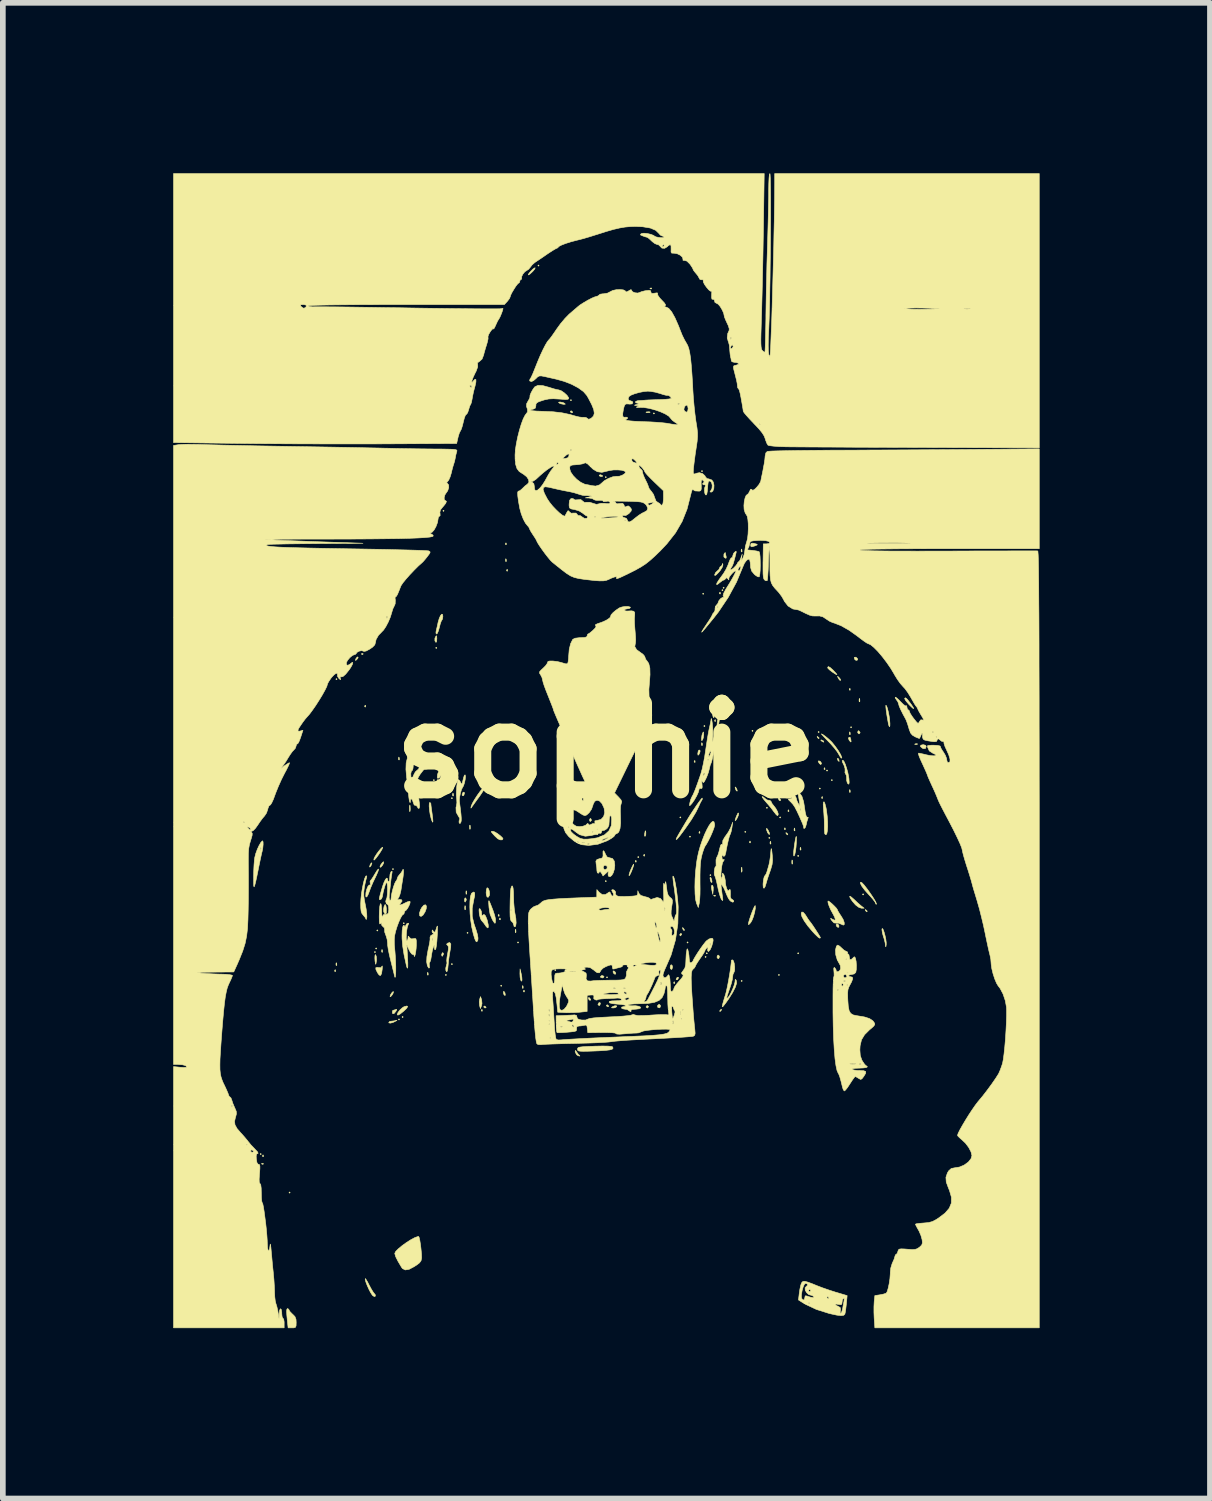
<source format=kicad_pcb>
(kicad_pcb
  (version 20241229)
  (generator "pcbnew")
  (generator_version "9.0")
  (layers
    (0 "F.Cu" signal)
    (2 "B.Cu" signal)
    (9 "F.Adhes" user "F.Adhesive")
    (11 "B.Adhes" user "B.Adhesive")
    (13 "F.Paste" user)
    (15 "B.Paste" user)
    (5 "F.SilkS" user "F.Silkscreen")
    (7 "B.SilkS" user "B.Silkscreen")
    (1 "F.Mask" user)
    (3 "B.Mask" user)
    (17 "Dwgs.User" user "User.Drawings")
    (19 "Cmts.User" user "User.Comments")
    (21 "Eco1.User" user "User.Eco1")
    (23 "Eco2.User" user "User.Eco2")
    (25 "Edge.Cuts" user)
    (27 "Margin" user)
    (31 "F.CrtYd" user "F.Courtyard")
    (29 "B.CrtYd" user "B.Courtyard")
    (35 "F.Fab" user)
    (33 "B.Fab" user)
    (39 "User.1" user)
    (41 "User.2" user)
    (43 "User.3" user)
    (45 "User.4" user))
  (footprint "sophie"
    (layer "F.Cu")
    (at 7.625 10.165)
    (property "Reference" "sophie" (at 0 0 0) (layer "F.SilkS") (effects (font (size 1.524 1.524) (thickness 0.3))))
    (attr through_hole)
    (fp_poly (pts (xy -6.075 7.101) (xy -6.085 7.112) (xy -6.096 7.101) (xy -6.085 7.091) (xy -6.075 7.101)) (stroke (width 0.01) (type solid)) (fill yes) (layer "F.SilkS"))
    (fp_poly (pts (xy -5.567 7.779) (xy -5.577 7.789) (xy -5.588 7.779) (xy -5.577 7.768) (xy -5.567 7.779)) (stroke (width 0.01) (type solid)) (fill yes) (layer "F.SilkS"))
    (fp_poly (pts (xy -4.741 -1.259) (xy -4.752 -1.249) (xy -4.763 -1.259) (xy -4.752 -1.27) (xy -4.741 -1.259)) (stroke (width 0.01) (type solid)) (fill yes) (layer "F.SilkS"))
    (fp_poly (pts (xy -4.064 3.545) (xy -4.075 3.556) (xy -4.085 3.545) (xy -4.075 3.535) (xy -4.064 3.545)) (stroke (width 0.01) (type solid)) (fill yes) (layer "F.SilkS"))
    (fp_poly (pts (xy -4.043 3.482) (xy -4.053 3.493) (xy -4.064 3.482) (xy -4.053 3.471) (xy -4.043 3.482)) (stroke (width 0.01) (type solid)) (fill yes) (layer "F.SilkS"))
    (fp_poly (pts (xy -4.022 3.164) (xy -4.032 3.175) (xy -4.043 3.164) (xy -4.032 3.154) (xy -4.022 3.164)) (stroke (width 0.01) (type solid)) (fill yes) (layer "F.SilkS"))
    (fp_poly (pts (xy -3.747 2.085) (xy -3.757 2.095) (xy -3.768 2.085) (xy -3.757 2.074) (xy -3.747 2.085)) (stroke (width 0.01) (type solid)) (fill yes) (layer "F.SilkS"))
    (fp_poly (pts (xy -3.641 4.731) (xy -3.651 4.741) (xy -3.662 4.731) (xy -3.651 4.72) (xy -3.641 4.731)) (stroke (width 0.01) (type solid)) (fill yes) (layer "F.SilkS"))
    (fp_poly (pts (xy -3.577 4.688) (xy -3.588 4.699) (xy -3.598 4.688) (xy -3.588 4.678) (xy -3.577 4.688)) (stroke (width 0.01) (type solid)) (fill yes) (layer "F.SilkS"))
    (fp_poly (pts (xy -3.556 3.037) (xy -3.567 3.048) (xy -3.577 3.037) (xy -3.567 3.027) (xy -3.556 3.037)) (stroke (width 0.01) (type solid)) (fill yes) (layer "F.SilkS"))
    (fp_poly (pts (xy -3.26 0.18) (xy -3.27 0.191) (xy -3.281 0.18) (xy -3.27 0.169) (xy -3.26 0.18)) (stroke (width 0.01) (type solid)) (fill yes) (layer "F.SilkS"))
    (fp_poly (pts (xy -3.027 0.519) (xy -3.037 0.529) (xy -3.048 0.519) (xy -3.037 0.508) (xy -3.027 0.519)) (stroke (width 0.01) (type solid)) (fill yes) (layer "F.SilkS"))
    (fp_poly (pts (xy -2.985 -1.81) (xy -2.995 -1.799) (xy -3.006 -1.81) (xy -2.995 -1.82) (xy -2.985 -1.81)) (stroke (width 0.01) (type solid)) (fill yes) (layer "F.SilkS"))
    (fp_poly (pts (xy -2.857 -4.223) (xy -2.868 -4.212) (xy -2.879 -4.223) (xy -2.868 -4.233) (xy -2.857 -4.223)) (stroke (width 0.01) (type solid)) (fill yes) (layer "F.SilkS"))
    (fp_poly (pts (xy -2.815 3.948) (xy -2.826 3.958) (xy -2.836 3.948) (xy -2.826 3.937) (xy -2.815 3.948)) (stroke (width 0.01) (type solid)) (fill yes) (layer "F.SilkS"))
    (fp_poly (pts (xy -2.709 0.836) (xy -2.72 0.847) (xy -2.731 0.836) (xy -2.72 0.826) (xy -2.709 0.836)) (stroke (width 0.01) (type solid)) (fill yes) (layer "F.SilkS"))
    (fp_poly (pts (xy -2.709 3.757) (xy -2.72 3.768) (xy -2.731 3.757) (xy -2.72 3.747) (xy -2.709 3.757)) (stroke (width 0.01) (type solid)) (fill yes) (layer "F.SilkS"))
    (fp_poly (pts (xy -2.434 3.207) (xy -2.445 3.217) (xy -2.455 3.207) (xy -2.445 3.196) (xy -2.434 3.207)) (stroke (width 0.01) (type solid)) (fill yes) (layer "F.SilkS"))
    (fp_poly (pts (xy -1.841 4.138) (xy -1.852 4.149) (xy -1.863 4.138) (xy -1.852 4.128) (xy -1.841 4.138)) (stroke (width 0.01) (type solid)) (fill yes) (layer "F.SilkS"))
    (fp_poly (pts (xy -1.545 3.376) (xy -1.556 3.387) (xy -1.566 3.376) (xy -1.556 3.365) (xy -1.545 3.376)) (stroke (width 0.01) (type solid)) (fill yes) (layer "F.SilkS"))
    (fp_poly (pts (xy -1.376 -0.074) (xy -1.386 -0.064) (xy -1.397 -0.074) (xy -1.386 -0.085) (xy -1.376 -0.074)) (stroke (width 0.01) (type solid)) (fill yes) (layer "F.SilkS"))
    (fp_poly (pts (xy -1.185 -8.541) (xy -1.196 -8.53) (xy -1.206 -8.541) (xy -1.196 -8.551) (xy -1.185 -8.541)) (stroke (width 0.01) (type solid)) (fill yes) (layer "F.SilkS"))
    (fp_poly (pts (xy -0.889 3.863) (xy -0.9 3.873) (xy -0.91 3.863) (xy -0.9 3.852) (xy -0.889 3.863)) (stroke (width 0.01) (type solid)) (fill yes) (layer "F.SilkS"))
    (fp_poly (pts (xy -0.614 -6.17) (xy -0.624 -6.16) (xy -0.635 -6.17) (xy -0.624 -6.181) (xy -0.614 -6.17)) (stroke (width 0.01) (type solid)) (fill yes) (layer "F.SilkS"))
    (fp_poly (pts (xy 0 -4.815) (xy -0.011 -4.805) (xy -0.021 -4.815) (xy -0.011 -4.826) (xy 0 -4.815)) (stroke (width 0.01) (type solid)) (fill yes) (layer "F.SilkS"))
    (fp_poly (pts (xy 0 2.297) (xy -0.011 2.307) (xy -0.021 2.297) (xy -0.011 2.286) (xy 0 2.297)) (stroke (width 0.01) (type solid)) (fill yes) (layer "F.SilkS"))
    (fp_poly (pts (xy 0.021 3.99) (xy 0.011 4) (xy 0 3.99) (xy 0.011 3.979) (xy 0.021 3.99)) (stroke (width 0.01) (type solid)) (fill yes) (layer "F.SilkS"))
    (fp_poly (pts (xy 0.572 1.873) (xy 0.561 1.884) (xy 0.55 1.873) (xy 0.561 1.863) (xy 0.572 1.873)) (stroke (width 0.01) (type solid)) (fill yes) (layer "F.SilkS"))
    (fp_poly (pts (xy 0.847 -5.937) (xy 0.836 -5.927) (xy 0.826 -5.937) (xy 0.836 -5.948) (xy 0.847 -5.937)) (stroke (width 0.01) (type solid)) (fill yes) (layer "F.SilkS"))
    (fp_poly (pts (xy 1.312 1.175) (xy 1.302 1.185) (xy 1.291 1.175) (xy 1.302 1.164) (xy 1.312 1.175)) (stroke (width 0.01) (type solid)) (fill yes) (layer "F.SilkS"))
    (fp_poly (pts (xy 1.439 3.376) (xy 1.429 3.387) (xy 1.418 3.376) (xy 1.429 3.365) (xy 1.439 3.376)) (stroke (width 0.01) (type solid)) (fill yes) (layer "F.SilkS"))
    (fp_poly (pts (xy 1.482 1.513) (xy 1.471 1.524) (xy 1.46 1.513) (xy 1.471 1.503) (xy 1.482 1.513)) (stroke (width 0.01) (type solid)) (fill yes) (layer "F.SilkS"))
    (fp_poly (pts (xy 1.693 -4.921) (xy 1.683 -4.911) (xy 1.672 -4.921) (xy 1.683 -4.932) (xy 1.693 -4.921)) (stroke (width 0.01) (type solid)) (fill yes) (layer "F.SilkS"))
    (fp_poly (pts (xy 1.714 -2.762) (xy 1.704 -2.752) (xy 1.693 -2.762) (xy 1.704 -2.773) (xy 1.714 -2.762)) (stroke (width 0.01) (type solid)) (fill yes) (layer "F.SilkS"))
    (fp_poly (pts (xy 1.736 -0.434) (xy 1.725 -0.423) (xy 1.714 -0.434) (xy 1.725 -0.445) (xy 1.736 -0.434)) (stroke (width 0.01) (type solid)) (fill yes) (layer "F.SilkS"))
    (fp_poly (pts (xy 1.757 3.63) (xy 1.746 3.641) (xy 1.736 3.63) (xy 1.746 3.619) (xy 1.757 3.63)) (stroke (width 0.01) (type solid)) (fill yes) (layer "F.SilkS"))
    (fp_poly (pts (xy 1.778 3.567) (xy 1.767 3.577) (xy 1.757 3.567) (xy 1.767 3.556) (xy 1.778 3.567)) (stroke (width 0.01) (type solid)) (fill yes) (layer "F.SilkS"))
    (fp_poly (pts (xy 1.841 2.191) (xy 1.831 2.201) (xy 1.82 2.191) (xy 1.831 2.18) (xy 1.841 2.191)) (stroke (width 0.01) (type solid)) (fill yes) (layer "F.SilkS"))
    (fp_poly (pts (xy 1.99 0.159) (xy 1.979 0.169) (xy 1.968 0.159) (xy 1.979 0.148) (xy 1.99 0.159)) (stroke (width 0.01) (type solid)) (fill yes) (layer "F.SilkS"))
    (fp_poly (pts (xy 2.053 -2.826) (xy 2.043 -2.815) (xy 2.032 -2.826) (xy 2.043 -2.836) (xy 2.053 -2.826)) (stroke (width 0.01) (type solid)) (fill yes) (layer "F.SilkS"))
    (fp_poly (pts (xy 2.074 -2.868) (xy 2.064 -2.857) (xy 2.053 -2.868) (xy 2.064 -2.879) (xy 2.074 -2.868)) (stroke (width 0.01) (type solid)) (fill yes) (layer "F.SilkS"))
    (fp_poly (pts (xy 2.392 4.053) (xy 2.381 4.064) (xy 2.371 4.053) (xy 2.381 4.043) (xy 2.392 4.053)) (stroke (width 0.01) (type solid)) (fill yes) (layer "F.SilkS"))
    (fp_poly (pts (xy 2.455 1.429) (xy 2.445 1.439) (xy 2.434 1.429) (xy 2.445 1.418) (xy 2.455 1.429)) (stroke (width 0.01) (type solid)) (fill yes) (layer "F.SilkS"))
    (fp_poly (pts (xy 2.582 -0.349) (xy 2.572 -0.339) (xy 2.561 -0.349) (xy 2.572 -0.36) (xy 2.582 -0.349)) (stroke (width 0.01) (type solid)) (fill yes) (layer "F.SilkS"))
    (fp_poly (pts (xy 2.709 0.497) (xy 2.699 0.508) (xy 2.688 0.497) (xy 2.699 0.487) (xy 2.709 0.497)) (stroke (width 0.01) (type solid)) (fill yes) (layer "F.SilkS"))
    (fp_poly (pts (xy 2.836 1.005) (xy 2.826 1.016) (xy 2.815 1.005) (xy 2.826 0.995) (xy 2.836 1.005)) (stroke (width 0.01) (type solid)) (fill yes) (layer "F.SilkS"))
    (fp_poly (pts (xy 2.879 1.535) (xy 2.868 1.545) (xy 2.857 1.535) (xy 2.868 1.524) (xy 2.879 1.535)) (stroke (width 0.01) (type solid)) (fill yes) (layer "F.SilkS"))
    (fp_poly (pts (xy 3.048 3.948) (xy 3.037 3.958) (xy 3.027 3.948) (xy 3.037 3.937) (xy 3.048 3.948)) (stroke (width 0.01) (type solid)) (fill yes) (layer "F.SilkS"))
    (fp_poly (pts (xy 3.069 1.175) (xy 3.059 1.185) (xy 3.048 1.175) (xy 3.059 1.164) (xy 3.069 1.175)) (stroke (width 0.01) (type solid)) (fill yes) (layer "F.SilkS"))
    (fp_poly (pts (xy 3.387 1.852) (xy 3.376 1.863) (xy 3.365 1.852) (xy 3.376 1.841) (xy 3.387 1.852)) (stroke (width 0.01) (type solid)) (fill yes) (layer "F.SilkS"))
    (fp_poly (pts (xy 3.387 3.567) (xy 3.376 3.577) (xy 3.365 3.567) (xy 3.376 3.556) (xy 3.387 3.567)) (stroke (width 0.01) (type solid)) (fill yes) (layer "F.SilkS"))
    (fp_poly (pts (xy 3.747 -0.328) (xy 3.736 -0.318) (xy 3.725 -0.328) (xy 3.736 -0.339) (xy 3.747 -0.328)) (stroke (width 0.01) (type solid)) (fill yes) (layer "F.SilkS"))
    (fp_poly (pts (xy 3.768 0.667) (xy 3.757 0.677) (xy 3.747 0.667) (xy 3.757 0.656) (xy 3.768 0.667)) (stroke (width 0.01) (type solid)) (fill yes) (layer "F.SilkS"))
    (fp_poly (pts (xy 3.895 0.349) (xy 3.884 0.36) (xy 3.873 0.349) (xy 3.884 0.339) (xy 3.895 0.349)) (stroke (width 0.01) (type solid)) (fill yes) (layer "F.SilkS"))
    (fp_poly (pts (xy 3.979 0.519) (xy 3.969 0.529) (xy 3.958 0.519) (xy 3.969 0.508) (xy 3.979 0.519)) (stroke (width 0.01) (type solid)) (fill yes) (layer "F.SilkS"))
    (fp_poly (pts (xy 4.318 -0.413) (xy 4.307 -0.402) (xy 4.297 -0.413) (xy 4.307 -0.423) (xy 4.318 -0.413)) (stroke (width 0.01) (type solid)) (fill yes) (layer "F.SilkS"))
    (fp_poly (pts (xy 4.53 2.529) (xy 4.519 2.54) (xy 4.508 2.529) (xy 4.519 2.519) (xy 4.53 2.529)) (stroke (width 0.01) (type solid)) (fill yes) (layer "F.SilkS"))
    (fp_poly (pts (xy -6.04 7.119) (xy -6.037 7.144) (xy -6.04 7.147) (xy -6.052 7.144) (xy -6.054 7.133) (xy -6.046 7.116) (xy -6.04 7.119)) (stroke (width 0.01) (type solid)) (fill yes) (layer "F.SilkS"))
    (fp_poly (pts (xy -6.04 7.267) (xy -6.042 7.28) (xy -6.054 7.281) (xy -6.071 7.274) (xy -6.068 7.267) (xy -6.043 7.265) (xy -6.04 7.267)) (stroke (width 0.01) (type solid)) (fill yes) (layer "F.SilkS"))
    (fp_poly (pts (xy -4.77 3.859) (xy -4.767 3.885) (xy -4.77 3.888) (xy -4.782 3.885) (xy -4.784 3.873) (xy -4.776 3.856) (xy -4.77 3.859)) (stroke (width 0.01) (type solid)) (fill yes) (layer "F.SilkS"))
    (fp_poly (pts (xy -4.748 3.743) (xy -4.746 3.776) (xy -4.75 3.783) (xy -4.759 3.777) (xy -4.761 3.755) (xy -4.756 3.733) (xy -4.748 3.743)) (stroke (width 0.01) (type solid)) (fill yes) (layer "F.SilkS"))
    (fp_poly (pts (xy -4.283 -1.707) (xy -4.286 -1.695) (xy -4.297 -1.693) (xy -4.314 -1.701) (xy -4.311 -1.707) (xy -4.286 -1.71) (xy -4.283 -1.707)) (stroke (width 0.01) (type solid)) (fill yes) (layer "F.SilkS"))
    (fp_poly (pts (xy -4.24 -0.797) (xy -4.238 -0.772) (xy -4.24 -0.769) (xy -4.253 -0.772) (xy -4.255 -0.783) (xy -4.247 -0.801) (xy -4.24 -0.797)) (stroke (width 0.01) (type solid)) (fill yes) (layer "F.SilkS"))
    (fp_poly (pts (xy -3.944 3.51) (xy -3.941 3.543) (xy -3.945 3.55) (xy -3.955 3.544) (xy -3.956 3.522) (xy -3.951 3.5) (xy -3.944 3.51)) (stroke (width 0.01) (type solid)) (fill yes) (layer "F.SilkS"))
    (fp_poly (pts (xy -3.647 0.123) (xy -3.645 0.156) (xy -3.649 0.164) (xy -3.659 0.157) (xy -3.66 0.136) (xy -3.655 0.113) (xy -3.647 0.123)) (stroke (width 0.01) (type solid)) (fill yes) (layer "F.SilkS"))
    (fp_poly (pts (xy -3.139 3.912) (xy -3.137 3.945) (xy -3.141 3.952) (xy -3.151 3.946) (xy -3.152 3.925) (xy -3.147 3.902) (xy -3.139 3.912)) (stroke (width 0.01) (type solid)) (fill yes) (layer "F.SilkS"))
    (fp_poly (pts (xy -3.055 0.557) (xy -3.053 0.583) (xy -3.055 0.586) (xy -3.068 0.583) (xy -3.069 0.572) (xy -3.061 0.554) (xy -3.055 0.557)) (stroke (width 0.01) (type solid)) (fill yes) (layer "F.SilkS"))
    (fp_poly (pts (xy -2.886 0.261) (xy -2.883 0.286) (xy -2.886 0.289) (xy -2.898 0.286) (xy -2.9 0.275) (xy -2.892 0.258) (xy -2.886 0.261)) (stroke (width 0.01) (type solid)) (fill yes) (layer "F.SilkS"))
    (fp_poly (pts (xy -2.695 0.758) (xy -2.692 0.791) (xy -2.697 0.799) (xy -2.706 0.792) (xy -2.708 0.771) (xy -2.702 0.748) (xy -2.695 0.758)) (stroke (width 0.01) (type solid)) (fill yes) (layer "F.SilkS"))
    (fp_poly (pts (xy -2.462 2.471) (xy -2.46 2.515) (xy -2.462 2.524) (xy -2.47 2.527) (xy -2.473 2.498) (xy -2.47 2.468) (xy -2.462 2.471)) (stroke (width 0.01) (type solid)) (fill yes) (layer "F.SilkS"))
    (fp_poly (pts (xy -2.187 4.558) (xy -2.185 4.583) (xy -2.187 4.586) (xy -2.2 4.583) (xy -2.201 4.572) (xy -2.194 4.555) (xy -2.187 4.558)) (stroke (width 0.01) (type solid)) (fill yes) (layer "F.SilkS"))
    (fp_poly (pts (xy -1.891 2.886) (xy -1.888 2.911) (xy -1.891 2.914) (xy -1.903 2.911) (xy -1.905 2.9) (xy -1.897 2.882) (xy -1.891 2.886)) (stroke (width 0.01) (type solid)) (fill yes) (layer "F.SilkS"))
    (fp_poly (pts (xy -1.87 2.949) (xy -1.867 2.974) (xy -1.87 2.977) (xy -1.882 2.975) (xy -1.884 2.963) (xy -1.876 2.946) (xy -1.87 2.949)) (stroke (width 0.01) (type solid)) (fill yes) (layer "F.SilkS"))
    (fp_poly (pts (xy -1.764 -3.655) (xy -1.761 -3.63) (xy -1.764 -3.627) (xy -1.776 -3.629) (xy -1.778 -3.641) (xy -1.77 -3.658) (xy -1.764 -3.655)) (stroke (width 0.01) (type solid)) (fill yes) (layer "F.SilkS"))
    (fp_poly (pts (xy -1.764 -3.369) (xy -1.761 -3.336) (xy -1.765 -3.329) (xy -1.775 -3.335) (xy -1.776 -3.357) (xy -1.771 -3.379) (xy -1.764 -3.369)) (stroke (width 0.01) (type solid)) (fill yes) (layer "F.SilkS"))
    (fp_poly (pts (xy -1.743 -3.189) (xy -1.74 -3.164) (xy -1.743 -3.161) (xy -1.755 -3.164) (xy -1.757 -3.175) (xy -1.749 -3.192) (xy -1.743 -3.189)) (stroke (width 0.01) (type solid)) (fill yes) (layer "F.SilkS"))
    (fp_poly (pts (xy -1.595 3.149) (xy -1.592 3.192) (xy -1.595 3.201) (xy -1.602 3.204) (xy -1.605 3.175) (xy -1.602 3.145) (xy -1.595 3.149)) (stroke (width 0.01) (type solid)) (fill yes) (layer "F.SilkS"))
    (fp_poly (pts (xy -1.467 4.145) (xy -1.465 4.178) (xy -1.469 4.185) (xy -1.478 4.179) (xy -1.48 4.157) (xy -1.475 4.135) (xy -1.467 4.145)) (stroke (width 0.01) (type solid)) (fill yes) (layer "F.SilkS"))
    (fp_poly (pts (xy -1.446 4.219) (xy -1.444 4.244) (xy -1.446 4.247) (xy -1.459 4.245) (xy -1.46 4.233) (xy -1.453 4.216) (xy -1.446 4.219)) (stroke (width 0.01) (type solid)) (fill yes) (layer "F.SilkS"))
    (fp_poly (pts (xy 0.522 1.933) (xy 0.525 1.958) (xy 0.522 1.961) (xy 0.51 1.959) (xy 0.508 1.947) (xy 0.516 1.93) (xy 0.522 1.933)) (stroke (width 0.01) (type solid)) (fill yes) (layer "F.SilkS"))
    (fp_poly (pts (xy 0.67 1.827) (xy 0.673 1.853) (xy 0.67 1.856) (xy 0.658 1.853) (xy 0.656 1.841) (xy 0.664 1.824) (xy 0.67 1.827)) (stroke (width 0.01) (type solid)) (fill yes) (layer "F.SilkS"))
    (fp_poly (pts (xy 0.797 -8.142) (xy 0.794 -8.13) (xy 0.783 -8.128) (xy 0.766 -8.136) (xy 0.769 -8.142) (xy 0.794 -8.145) (xy 0.797 -8.142)) (stroke (width 0.01) (type solid)) (fill yes) (layer "F.SilkS"))
    (fp_poly (pts (xy 1.199 4.071) (xy 1.202 4.096) (xy 1.199 4.099) (xy 1.187 4.096) (xy 1.185 4.085) (xy 1.193 4.068) (xy 1.199 4.071)) (stroke (width 0.01) (type solid)) (fill yes) (layer "F.SilkS"))
    (fp_poly (pts (xy 1.559 0.176) (xy 1.562 0.202) (xy 1.559 0.205) (xy 1.547 0.202) (xy 1.545 0.191) (xy 1.553 0.173) (xy 1.559 0.176)) (stroke (width 0.01) (type solid)) (fill yes) (layer "F.SilkS"))
    (fp_poly (pts (xy 1.644 1.425) (xy 1.646 1.45) (xy 1.644 1.453) (xy 1.631 1.451) (xy 1.63 1.439) (xy 1.638 1.422) (xy 1.644 1.425)) (stroke (width 0.01) (type solid)) (fill yes) (layer "F.SilkS"))
    (fp_poly (pts (xy 1.687 -0.131) (xy 1.689 -0.098) (xy 1.685 -0.09) (xy 1.675 -0.097) (xy 1.674 -0.118) (xy 1.679 -0.141) (xy 1.687 -0.131)) (stroke (width 0.01) (type solid)) (fill yes) (layer "F.SilkS"))
    (fp_poly (pts (xy 1.919 -0.543) (xy 1.922 -0.518) (xy 1.919 -0.515) (xy 1.907 -0.518) (xy 1.905 -0.529) (xy 1.913 -0.547) (xy 1.919 -0.543)) (stroke (width 0.01) (type solid)) (fill yes) (layer "F.SilkS"))
    (fp_poly (pts (xy 1.919 2.547) (xy 1.916 2.56) (xy 1.905 2.561) (xy 1.888 2.553) (xy 1.891 2.547) (xy 1.916 2.545) (xy 1.919 2.547)) (stroke (width 0.01) (type solid)) (fill yes) (layer "F.SilkS"))
    (fp_poly (pts (xy 2.004 -2.787) (xy 2.006 -2.762) (xy 2.004 -2.759) (xy 1.991 -2.762) (xy 1.99 -2.773) (xy 1.997 -2.79) (xy 2.004 -2.787)) (stroke (width 0.01) (type solid)) (fill yes) (layer "F.SilkS"))
    (fp_poly (pts (xy 2.385 -3.539) (xy 2.388 -3.506) (xy 2.383 -3.498) (xy 2.374 -3.505) (xy 2.372 -3.526) (xy 2.378 -3.549) (xy 2.385 -3.539)) (stroke (width 0.01) (type solid)) (fill yes) (layer "F.SilkS"))
    (fp_poly (pts (xy 2.533 1.595) (xy 2.535 1.62) (xy 2.533 1.623) (xy 2.52 1.62) (xy 2.519 1.609) (xy 2.527 1.591) (xy 2.533 1.595)) (stroke (width 0.01) (type solid)) (fill yes) (layer "F.SilkS"))
    (fp_poly (pts (xy 2.893 1.605) (xy 2.896 1.638) (xy 2.891 1.645) (xy 2.882 1.639) (xy 2.88 1.617) (xy 2.886 1.595) (xy 2.893 1.605)) (stroke (width 0.01) (type solid)) (fill yes) (layer "F.SilkS"))
    (fp_poly (pts (xy 3.041 0.663) (xy 3.038 0.676) (xy 3.027 0.677) (xy 3.009 0.67) (xy 3.013 0.663) (xy 3.038 0.661) (xy 3.041 0.663)) (stroke (width 0.01) (type solid)) (fill yes) (layer "F.SilkS"))
    (fp_poly (pts (xy 3.147 1.362) (xy 3.149 1.387) (xy 3.147 1.39) (xy 3.134 1.387) (xy 3.133 1.376) (xy 3.14 1.358) (xy 3.147 1.362)) (stroke (width 0.01) (type solid)) (fill yes) (layer "F.SilkS"))
    (fp_poly (pts (xy 3.21 1.044) (xy 3.213 1.069) (xy 3.21 1.072) (xy 3.198 1.07) (xy 3.196 1.058) (xy 3.204 1.041) (xy 3.21 1.044)) (stroke (width 0.01) (type solid)) (fill yes) (layer "F.SilkS"))
    (fp_poly (pts (xy 3.316 1.372) (xy 3.319 1.405) (xy 3.315 1.412) (xy 3.305 1.406) (xy 3.304 1.385) (xy 3.309 1.362) (xy 3.316 1.372)) (stroke (width 0.01) (type solid)) (fill yes) (layer "F.SilkS"))
    (fp_poly (pts (xy 3.422 1.711) (xy 3.425 1.744) (xy 3.421 1.751) (xy 3.411 1.745) (xy 3.41 1.723) (xy 3.415 1.701) (xy 3.422 1.711)) (stroke (width 0.01) (type solid)) (fill yes) (layer "F.SilkS"))
    (fp_poly (pts (xy 3.803 0.811) (xy 3.805 0.837) (xy 3.803 0.84) (xy 3.79 0.837) (xy 3.789 0.826) (xy 3.797 0.808) (xy 3.803 0.811)) (stroke (width 0.01) (type solid)) (fill yes) (layer "F.SilkS"))
    (fp_poly (pts (xy 3.845 0.303) (xy 3.848 0.329) (xy 3.845 0.332) (xy 3.833 0.329) (xy 3.831 0.318) (xy 3.839 0.3) (xy 3.845 0.303)) (stroke (width 0.01) (type solid)) (fill yes) (layer "F.SilkS"))
    (fp_poly (pts (xy 4.29 -1.094) (xy 4.292 -1.068) (xy 4.29 -1.065) (xy 4.277 -1.068) (xy 4.276 -1.079) (xy 4.283 -1.097) (xy 4.29 -1.094)) (stroke (width 0.01) (type solid)) (fill yes) (layer "F.SilkS"))
    (fp_poly (pts (xy 4.29 -0.321) (xy 4.293 -0.288) (xy 4.288 -0.281) (xy 4.279 -0.287) (xy 4.277 -0.309) (xy 4.283 -0.331) (xy 4.29 -0.321)) (stroke (width 0.01) (type solid)) (fill yes) (layer "F.SilkS"))
    (fp_poly (pts (xy 4.29 0.695) (xy 4.293 0.728) (xy 4.288 0.735) (xy 4.279 0.729) (xy 4.277 0.707) (xy 4.283 0.685) (xy 4.29 0.695)) (stroke (width 0.01) (type solid)) (fill yes) (layer "F.SilkS"))
    (fp_poly (pts (xy 4.459 -0.915) (xy 4.462 -0.872) (xy 4.459 -0.863) (xy 4.451 -0.86) (xy 4.448 -0.889) (xy 4.452 -0.919) (xy 4.459 -0.915)) (stroke (width 0.01) (type solid)) (fill yes) (layer "F.SilkS"))
    (fp_poly (pts (xy 5.476 -0.119) (xy 5.47 -0.109) (xy 5.449 -0.108) (xy 5.426 -0.113) (xy 5.436 -0.12) (xy 5.469 -0.123) (xy 5.476 -0.119)) (stroke (width 0.01) (type solid)) (fill yes) (layer "F.SilkS"))
    (fp_poly (pts (xy -2.466 2.62) (xy -2.469 2.636) (xy -2.486 2.665) (xy -2.496 2.652) (xy -2.498 2.623) (xy -2.49 2.594) (xy -2.477 2.592) (xy -2.466 2.62)) (stroke (width 0.01) (type solid)) (fill yes) (layer "F.SilkS"))
    (fp_poly (pts (xy -0.275 1.196) (xy -0.263 1.221) (xy -0.265 1.229) (xy -0.286 1.248) (xy -0.296 1.227) (xy -0.296 1.216) (xy -0.286 1.194) (xy -0.275 1.196)) (stroke (width 0.01) (type solid)) (fill yes) (layer "F.SilkS"))
    (fp_poly (pts (xy 1.355 3.124) (xy 1.357 3.127) (xy 1.374 3.155) (xy 1.372 3.165) (xy 1.356 3.159) (xy 1.345 3.139) (xy 1.339 3.114) (xy 1.355 3.124)) (stroke (width 0.01) (type solid)) (fill yes) (layer "F.SilkS"))
    (fp_poly (pts (xy 2.289 0.663) (xy 2.303 0.698) (xy 2.301 0.712) (xy 2.287 0.704) (xy 2.278 0.687) (xy 2.266 0.647) (xy 2.271 0.639) (xy 2.289 0.663)) (stroke (width 0.01) (type solid)) (fill yes) (layer "F.SilkS"))
    (fp_poly (pts (xy 3.172 1.448) (xy 3.194 1.469) (xy 3.19 1.481) (xy 3.187 1.482) (xy 3.169 1.467) (xy 3.162 1.457) (xy 3.16 1.443) (xy 3.172 1.448)) (stroke (width 0.01) (type solid)) (fill yes) (layer "F.SilkS"))
    (fp_poly (pts (xy 3.722 -0.245) (xy 3.745 -0.224) (xy 3.74 -0.212) (xy 3.737 -0.212) (xy 3.719 -0.227) (xy 3.713 -0.236) (xy 3.71 -0.251) (xy 3.722 -0.245)) (stroke (width 0.01) (type solid)) (fill yes) (layer "F.SilkS"))
    (fp_poly (pts (xy 3.766 0.189) (xy 3.786 0.219) (xy 3.785 0.233) (xy 3.771 0.244) (xy 3.748 0.224) (xy 3.728 0.19) (xy 3.738 0.178) (xy 3.766 0.189)) (stroke (width 0.01) (type solid)) (fill yes) (layer "F.SilkS"))
    (fp_poly (pts (xy 3.816 -0.175) (xy 3.821 -0.169) (xy 3.828 -0.15) (xy 3.808 -0.157) (xy 3.789 -0.169) (xy 3.773 -0.186) (xy 3.782 -0.19) (xy 3.816 -0.175)) (stroke (width 0.01) (type solid)) (fill yes) (layer "F.SilkS"))
    (fp_poly (pts (xy 4.075 -1.307) (xy 4.097 -1.286) (xy 4.122 -1.255) (xy 4.123 -1.237) (xy 4.105 -1.243) (xy 4.084 -1.273) (xy 4.068 -1.307) (xy 4.075 -1.307)) (stroke (width 0.01) (type solid)) (fill yes) (layer "F.SilkS"))
    (fp_poly (pts (xy 4.085 0.142) (xy 4.092 0.158) (xy 4.098 0.188) (xy 4.084 0.182) (xy 4.074 0.168) (xy 4.067 0.14) (xy 4.07 0.135) (xy 4.085 0.142)) (stroke (width 0.01) (type solid)) (fill yes) (layer "F.SilkS"))
    (fp_poly (pts (xy 4.302 -0.203) (xy 4.308 -0.159) (xy 4.301 -0.153) (xy 4.275 -0.181) (xy 4.26 -0.218) (xy 4.27 -0.235) (xy 4.289 -0.238) (xy 4.302 -0.203)) (stroke (width 0.01) (type solid)) (fill yes) (layer "F.SilkS"))
    (fp_poly (pts (xy 4.569 2.803) (xy 4.591 2.824) (xy 4.587 2.836) (xy 4.584 2.836) (xy 4.566 2.821) (xy 4.559 2.812) (xy 4.557 2.797) (xy 4.569 2.803)) (stroke (width 0.01) (type solid)) (fill yes) (layer "F.SilkS"))
    (fp_poly (pts (xy -4.37 -1.638) (xy -4.381 -1.619) (xy -4.407 -1.593) (xy -4.415 -1.587) (xy -4.415 -1.604) (xy -4.41 -1.619) (xy -4.388 -1.647) (xy -4.377 -1.651) (xy -4.37 -1.638)) (stroke (width 0.01) (type solid)) (fill yes) (layer "F.SilkS"))
    (fp_poly (pts (xy -4.128 1.979) (xy -4.139 2.014) (xy -4.149 2.032) (xy -4.165 2.049) (xy -4.169 2.043) (xy -4.159 2.008) (xy -4.149 1.99) (xy -4.132 1.973) (xy -4.128 1.979)) (stroke (width 0.01) (type solid)) (fill yes) (layer "F.SilkS"))
    (fp_poly (pts (xy -3.747 4.245) (xy -3.758 4.278) (xy -3.778 4.309) (xy -3.801 4.332) (xy -3.809 4.327) (xy -3.798 4.294) (xy -3.779 4.264) (xy -3.756 4.241) (xy -3.747 4.245)) (stroke (width 0.01) (type solid)) (fill yes) (layer "F.SilkS"))
    (fp_poly (pts (xy -3.456 0.968) (xy -3.453 1.03) (xy -3.456 1.064) (xy -3.462 1.074) (xy -3.465 1.047) (xy -3.466 1.016) (xy -3.464 0.97) (xy -3.46 0.958) (xy -3.456 0.968)) (stroke (width 0.01) (type solid)) (fill yes) (layer "F.SilkS"))
    (fp_poly (pts (xy -2.868 3.572) (xy -2.871 3.588) (xy -2.886 3.616) (xy -2.892 3.619) (xy -2.899 3.602) (xy -2.9 3.588) (xy -2.889 3.56) (xy -2.879 3.556) (xy -2.868 3.572)) (stroke (width 0.01) (type solid)) (fill yes) (layer "F.SilkS"))
    (fp_poly (pts (xy -2.501 0.735) (xy -2.498 0.749) (xy -2.51 0.785) (xy -2.519 0.794) (xy -2.537 0.789) (xy -2.54 0.775) (xy -2.528 0.739) (xy -2.519 0.73) (xy -2.501 0.735)) (stroke (width 0.01) (type solid)) (fill yes) (layer "F.SilkS"))
    (fp_poly (pts (xy -2.484 2.733) (xy -2.483 2.736) (xy -2.48 2.782) (xy -2.484 2.8) (xy -2.491 2.8) (xy -2.494 2.767) (xy -2.494 2.762) (xy -2.49 2.729) (xy -2.484 2.733)) (stroke (width 0.01) (type solid)) (fill yes) (layer "F.SilkS"))
    (fp_poly (pts (xy -2.399 1.314) (xy -2.398 1.318) (xy -2.395 1.364) (xy -2.399 1.382) (xy -2.406 1.382) (xy -2.409 1.349) (xy -2.409 1.344) (xy -2.406 1.311) (xy -2.399 1.314)) (stroke (width 0.01) (type solid)) (fill yes) (layer "F.SilkS"))
    (fp_poly (pts (xy -2.197 4.383) (xy -2.19 4.451) (xy -2.198 4.489) (xy -2.218 4.54) (xy -2.233 4.484) (xy -2.238 4.422) (xy -2.232 4.378) (xy -2.216 4.329) (xy -2.197 4.383)) (stroke (width 0.01) (type solid)) (fill yes) (layer "F.SilkS"))
    (fp_poly (pts (xy -2.138 4.498) (xy -2.118 4.517) (xy -2.117 4.52) (xy -2.133 4.529) (xy -2.138 4.53) (xy -2.158 4.513) (xy -2.159 4.507) (xy -2.146 4.495) (xy -2.138 4.498)) (stroke (width 0.01) (type solid)) (fill yes) (layer "F.SilkS"))
    (fp_poly (pts (xy -1.796 4.245) (xy -1.786 4.263) (xy -1.78 4.298) (xy -1.783 4.309) (xy -1.798 4.302) (xy -1.808 4.284) (xy -1.814 4.249) (xy -1.811 4.238) (xy -1.796 4.245)) (stroke (width 0.01) (type solid)) (fill yes) (layer "F.SilkS"))
    (fp_poly (pts (xy -0.614 -5.98) (xy -0.594 -5.961) (xy -0.593 -5.957) (xy -0.609 -5.948) (xy -0.614 -5.948) (xy -0.634 -5.964) (xy -0.635 -5.97) (xy -0.622 -5.983) (xy -0.614 -5.98)) (stroke (width 0.01) (type solid)) (fill yes) (layer "F.SilkS"))
    (fp_poly (pts (xy -0.292 4.356) (xy -0.276 4.383) (xy -0.278 4.392) (xy -0.3 4.391) (xy -0.303 4.389) (xy -0.317 4.356) (xy -0.318 4.353) (xy -0.307 4.345) (xy -0.292 4.356)) (stroke (width 0.01) (type solid)) (fill yes) (layer "F.SilkS"))
    (fp_poly (pts (xy -0.109 4.439) (xy -0.106 4.454) (xy -0.117 4.483) (xy -0.127 4.487) (xy -0.148 4.472) (xy -0.148 4.467) (xy -0.133 4.439) (xy -0.127 4.434) (xy -0.109 4.439)) (stroke (width 0.01) (type solid)) (fill yes) (layer "F.SilkS"))
    (fp_poly (pts (xy -0.095 -4.855) (xy -0.067 -4.84) (xy -0.064 -4.834) (xy -0.081 -4.827) (xy -0.095 -4.826) (xy -0.123 -4.837) (xy -0.127 -4.847) (xy -0.111 -4.858) (xy -0.095 -4.855)) (stroke (width 0.01) (type solid)) (fill yes) (layer "F.SilkS"))
    (fp_poly (pts (xy -0.046 3.97) (xy -0.042 3.979) (xy -0.059 3.998) (xy -0.074 4) (xy -0.102 3.989) (xy -0.106 3.979) (xy -0.089 3.961) (xy -0.074 3.958) (xy -0.046 3.97)) (stroke (width 0.01) (type solid)) (fill yes) (layer "F.SilkS"))
    (fp_poly (pts (xy 0.021 4.477) (xy 0.041 4.496) (xy 0.042 4.499) (xy 0.026 4.508) (xy 0.021 4.508) (xy 0.001 4.492) (xy 0 4.486) (xy 0.013 4.473) (xy 0.021 4.477)) (stroke (width 0.01) (type solid)) (fill yes) (layer "F.SilkS"))
    (fp_poly (pts (xy 0.156 3.898) (xy 0.166 3.923) (xy 0.154 3.937) (xy 0.152 3.937) (xy 0.128 3.92) (xy 0.119 3.903) (xy 0.118 3.879) (xy 0.131 3.878) (xy 0.156 3.898)) (stroke (width 0.01) (type solid)) (fill yes) (layer "F.SilkS"))
    (fp_poly (pts (xy 0.694 1.436) (xy 0.693 1.483) (xy 0.683 1.506) (xy 0.672 1.503) (xy 0.673 1.464) (xy 0.675 1.456) (xy 0.683 1.414) (xy 0.689 1.411) (xy 0.694 1.436)) (stroke (width 0.01) (type solid)) (fill yes) (layer "F.SilkS"))
    (fp_poly (pts (xy 0.74 4.503) (xy 0.741 4.508) (xy 0.725 4.529) (xy 0.72 4.53) (xy 0.699 4.514) (xy 0.699 4.508) (xy 0.715 4.488) (xy 0.72 4.487) (xy 0.74 4.503)) (stroke (width 0.01) (type solid)) (fill yes) (layer "F.SilkS"))
    (fp_poly (pts (xy 0.768 -5.962) (xy 0.768 -5.955) (xy 0.735 -5.952) (xy 0.73 -5.952) (xy 0.697 -5.955) (xy 0.701 -5.961) (xy 0.704 -5.963) (xy 0.75 -5.966) (xy 0.768 -5.962)) (stroke (width 0.01) (type solid)) (fill yes) (layer "F.SilkS"))
    (fp_poly (pts (xy 0.95 4.483) (xy 0.953 4.498) (xy 0.94 4.527) (xy 0.91 4.522) (xy 0.904 4.516) (xy 0.899 4.49) (xy 0.921 4.468) (xy 0.933 4.466) (xy 0.95 4.483)) (stroke (width 0.01) (type solid)) (fill yes) (layer "F.SilkS"))
    (fp_poly (pts (xy 1.16 3.785) (xy 1.164 3.81) (xy 1.155 3.844) (xy 1.143 3.852) (xy 1.126 3.835) (xy 1.122 3.81) (xy 1.131 3.776) (xy 1.143 3.768) (xy 1.16 3.785)) (stroke (width 0.01) (type solid)) (fill yes) (layer "F.SilkS"))
    (fp_poly (pts (xy 1.268 3.991) (xy 1.27 3.998) (xy 1.255 4.028) (xy 1.249 4.032) (xy 1.229 4.031) (xy 1.228 4.024) (xy 1.243 3.994) (xy 1.249 3.99) (xy 1.268 3.991)) (stroke (width 0.01) (type solid)) (fill yes) (layer "F.SilkS"))
    (fp_poly (pts (xy 1.326 3.23) (xy 1.323 3.239) (xy 1.304 3.259) (xy 1.3 3.26) (xy 1.291 3.243) (xy 1.291 3.239) (xy 1.307 3.218) (xy 1.314 3.217) (xy 1.326 3.23)) (stroke (width 0.01) (type solid)) (fill yes) (layer "F.SilkS"))
    (fp_poly (pts (xy 1.841 2.238) (xy 1.852 2.265) (xy 1.859 2.305) (xy 1.856 2.321) (xy 1.842 2.312) (xy 1.831 2.286) (xy 1.824 2.246) (xy 1.827 2.23) (xy 1.841 2.238)) (stroke (width 0.01) (type solid)) (fill yes) (layer "F.SilkS"))
    (fp_poly (pts (xy 1.881 2.404) (xy 1.88 2.459) (xy 1.873 2.529) (xy 1.857 2.457) (xy 1.849 2.406) (xy 1.851 2.376) (xy 1.852 2.374) (xy 1.871 2.371) (xy 1.881 2.404)) (stroke (width 0.01) (type solid)) (fill yes) (layer "F.SilkS"))
    (fp_poly (pts (xy 1.944 0.36) (xy 1.936 0.405) (xy 1.926 0.434) (xy 1.912 0.457) (xy 1.908 0.445) (xy 1.916 0.399) (xy 1.926 0.37) (xy 1.94 0.347) (xy 1.944 0.36)) (stroke (width 0.01) (type solid)) (fill yes) (layer "F.SilkS"))
    (fp_poly (pts (xy 1.987 3.615) (xy 1.99 3.63) (xy 1.978 3.658) (xy 1.968 3.662) (xy 1.95 3.645) (xy 1.947 3.63) (xy 1.959 3.602) (xy 1.968 3.598) (xy 1.987 3.615)) (stroke (width 0.01) (type solid)) (fill yes) (layer "F.SilkS"))
    (fp_poly (pts (xy 2.025 4.565) (xy 2.021 4.572) (xy 2.001 4.592) (xy 1.998 4.593) (xy 1.996 4.579) (xy 2 4.572) (xy 2.02 4.552) (xy 2.024 4.551) (xy 2.025 4.565)) (stroke (width 0.01) (type solid)) (fill yes) (layer "F.SilkS"))
    (fp_poly (pts (xy 2.385 2.058) (xy 2.389 2.112) (xy 2.385 2.133) (xy 2.379 2.139) (xy 2.376 2.11) (xy 2.376 2.095) (xy 2.378 2.057) (xy 2.383 2.052) (xy 2.385 2.058)) (stroke (width 0.01) (type solid)) (fill yes) (layer "F.SilkS"))
    (fp_poly (pts (xy 2.772 0.525) (xy 2.78 0.54) (xy 2.787 0.567) (xy 2.785 0.572) (xy 2.768 0.558) (xy 2.752 0.54) (xy 2.739 0.514) (xy 2.747 0.508) (xy 2.772 0.525)) (stroke (width 0.01) (type solid)) (fill yes) (layer "F.SilkS"))
    (fp_poly (pts (xy 2.798 0.419) (xy 2.814 0.446) (xy 2.812 0.455) (xy 2.79 0.454) (xy 2.787 0.452) (xy 2.773 0.419) (xy 2.773 0.416) (xy 2.784 0.408) (xy 2.798 0.419)) (stroke (width 0.01) (type solid)) (fill yes) (layer "F.SilkS"))
    (fp_poly (pts (xy 2.962 0.608) (xy 2.963 0.614) (xy 2.956 0.634) (xy 2.954 0.635) (xy 2.936 0.62) (xy 2.932 0.614) (xy 2.933 0.594) (xy 2.941 0.593) (xy 2.962 0.608)) (stroke (width 0.01) (type solid)) (fill yes) (layer "F.SilkS"))
    (fp_poly (pts (xy 3.052 0.842) (xy 3.068 0.869) (xy 3.066 0.878) (xy 3.044 0.877) (xy 3.041 0.875) (xy 3.027 0.842) (xy 3.027 0.839) (xy 3.038 0.831) (xy 3.052 0.842)) (stroke (width 0.01) (type solid)) (fill yes) (layer "F.SilkS"))
    (fp_poly (pts (xy 3.196 0.779) (xy 3.204 0.794) (xy 3.203 0.822) (xy 3.181 0.821) (xy 3.168 0.811) (xy 3.154 0.782) (xy 3.167 0.763) (xy 3.173 0.762) (xy 3.196 0.779)) (stroke (width 0.01) (type solid)) (fill yes) (layer "F.SilkS"))
    (fp_poly (pts (xy 3.252 0.69) (xy 3.249 0.699) (xy 3.23 0.719) (xy 3.227 0.72) (xy 3.218 0.703) (xy 3.217 0.699) (xy 3.234 0.678) (xy 3.24 0.677) (xy 3.252 0.69)) (stroke (width 0.01) (type solid)) (fill yes) (layer "F.SilkS"))
    (fp_poly (pts (xy 3.273 1.928) (xy 3.274 1.932) (xy 3.277 1.978) (xy 3.274 1.995) (xy 3.267 1.996) (xy 3.264 1.963) (xy 3.264 1.958) (xy 3.267 1.925) (xy 3.273 1.928)) (stroke (width 0.01) (type solid)) (fill yes) (layer "F.SilkS"))
    (fp_poly (pts (xy 4.085 3.065) (xy 4.093 3.08) (xy 4.092 3.108) (xy 4.07 3.107) (xy 4.057 3.097) (xy 4.043 3.068) (xy 4.056 3.049) (xy 4.062 3.048) (xy 4.085 3.065)) (stroke (width 0.01) (type solid)) (fill yes) (layer "F.SilkS"))
    (fp_poly (pts (xy 4.417 -1.625) (xy 4.424 -1.607) (xy 4.411 -1.589) (xy 4.384 -1.595) (xy 4.37 -1.61) (xy 4.364 -1.639) (xy 4.367 -1.644) (xy 4.392 -1.646) (xy 4.417 -1.625)) (stroke (width 0.01) (type solid)) (fill yes) (layer "F.SilkS"))
    (fp_poly (pts (xy 4.445 -0.349) (xy 4.465 -0.322) (xy 4.466 -0.316) (xy 4.45 -0.297) (xy 4.445 -0.296) (xy 4.426 -0.314) (xy 4.424 -0.329) (xy 4.434 -0.351) (xy 4.445 -0.349)) (stroke (width 0.01) (type solid)) (fill yes) (layer "F.SilkS"))
    (fp_poly (pts (xy 5.619 -0.095) (xy 5.63 -0.075) (xy 5.617 -0.039) (xy 5.581 -0.036) (xy 5.561 -0.045) (xy 5.528 -0.075) (xy 5.535 -0.097) (xy 5.577 -0.106) (xy 5.619 -0.095)) (stroke (width 0.01) (type solid)) (fill yes) (layer "F.SilkS"))
    (fp_poly (pts (xy -2.987 -2.01) (xy -2.985 -1.974) (xy -2.989 -1.921) (xy -3 -1.906) (xy -3.017 -1.931) (xy -3.019 -1.935) (xy -3.019 -1.978) (xy -3.008 -2.004) (xy -2.993 -2.024) (xy -2.987 -2.01)) (stroke (width 0.01) (type solid)) (fill yes) (layer "F.SilkS"))
    (fp_poly (pts (xy 0.182 4.504) (xy 0.18 4.508) (xy 0.15 4.525) (xy 0.12 4.529) (xy 0.09 4.526) (xy 0.099 4.513) (xy 0.106 4.508) (xy 0.145 4.491) (xy 0.175 4.49) (xy 0.182 4.504)) (stroke (width 0.01) (type solid)) (fill yes) (layer "F.SilkS"))
    (fp_poly (pts (xy 1.647 -0.009) (xy 1.649 0.018) (xy 1.634 0.057) (xy 1.63 0.064) (xy 1.614 0.08) (xy 1.609 0.06) (xy 1.609 0.049) (xy 1.617 0.006) (xy 1.63 -0.011) (xy 1.647 -0.009)) (stroke (width 0.01) (type solid)) (fill yes) (layer "F.SilkS"))
    (fp_poly (pts (xy -3.922 1.955) (xy -3.922 1.98) (xy -3.941 2.016) (xy -3.966 2.046) (xy -3.981 2.053) (xy -3.985 2.038) (xy -3.968 2.002) (xy -3.966 2) (xy -3.939 1.965) (xy -3.922 1.955) (xy -3.922 1.955)) (stroke (width 0.01) (type solid)) (fill yes) (layer "F.SilkS"))
    (fp_poly (pts (xy -3.695 4.57) (xy -3.707 4.59) (xy -3.739 4.628) (xy -3.761 4.631) (xy -3.768 4.604) (xy -3.763 4.576) (xy -3.759 4.572) (xy -3.734 4.565) (xy -3.714 4.558) (xy -3.691 4.553) (xy -3.695 4.57)) (stroke (width 0.01) (type solid)) (fill yes) (layer "F.SilkS"))
    (fp_poly (pts (xy -1.5 3.926) (xy -1.489 3.986) (xy -1.486 4.033) (xy -1.49 4.057) (xy -1.501 4.052) (xy -1.509 4.036) (xy -1.519 3.989) (xy -1.522 3.926) (xy -1.522 3.919) (xy -1.52 3.842) (xy -1.5 3.926)) (stroke (width 0.01) (type solid)) (fill yes) (layer "F.SilkS"))
    (fp_poly (pts (xy -0.763 -6.128) (xy -0.741 -6.117) (xy -0.723 -6.101) (xy -0.744 -6.097) (xy -0.751 -6.097) (xy -0.803 -6.107) (xy -0.826 -6.117) (xy -0.843 -6.133) (xy -0.823 -6.138) (xy -0.815 -6.138) (xy -0.763 -6.128)) (stroke (width 0.01) (type solid)) (fill yes) (layer "F.SilkS"))
    (fp_poly (pts (xy 1.711 -0.318) (xy 1.713 -0.286) (xy 1.707 -0.229) (xy 1.693 -0.191) (xy 1.679 -0.175) (xy 1.674 -0.197) (xy 1.674 -0.212) (xy 1.682 -0.272) (xy 1.693 -0.307) (xy 1.706 -0.33) (xy 1.711 -0.318)) (stroke (width 0.01) (type solid)) (fill yes) (layer "F.SilkS"))
    (fp_poly (pts (xy 2.095 -3.478) (xy 2.103 -3.437) (xy 2.108 -3.42) (xy 2.109 -3.392) (xy 2.1 -3.387) (xy 2.074 -3.403) (xy 2.068 -3.415) (xy 2.069 -3.457) (xy 2.076 -3.473) (xy 2.092 -3.488) (xy 2.095 -3.478)) (stroke (width 0.01) (type solid)) (fill yes) (layer "F.SilkS"))
    (fp_poly (pts (xy 2.598 -3.649) (xy 2.648 -3.635) (xy 2.657 -3.624) (xy 2.627 -3.61) (xy 2.605 -3.602) (xy 2.56 -3.589) (xy 2.543 -3.597) (xy 2.54 -3.621) (xy 2.547 -3.649) (xy 2.576 -3.653) (xy 2.598 -3.649)) (stroke (width 0.01) (type solid)) (fill yes) (layer "F.SilkS"))
    (fp_poly (pts (xy 2.845 1.397) (xy 2.849 1.404) (xy 2.869 1.448) (xy 2.872 1.474) (xy 2.871 1.475) (xy 2.855 1.467) (xy 2.838 1.443) (xy 2.82 1.396) (xy 2.816 1.372) (xy 2.825 1.369) (xy 2.845 1.397)) (stroke (width 0.01) (type solid)) (fill yes) (layer "F.SilkS"))
    (fp_poly (pts (xy 3.33 0.614) (xy 3.334 0.622) (xy 3.354 0.667) (xy 3.358 0.692) (xy 3.357 0.693) (xy 3.342 0.684) (xy 3.325 0.659) (xy 3.306 0.613) (xy 3.302 0.589) (xy 3.31 0.586) (xy 3.33 0.614)) (stroke (width 0.01) (type solid)) (fill yes) (layer "F.SilkS"))
    (fp_poly (pts (xy -4.062 3.592) (xy -4.05 3.626) (xy -4.047 3.682) (xy -4.048 3.696) (xy -4.055 3.742) (xy -4.061 3.76) (xy -4.063 3.757) (xy -4.073 3.704) (xy -4.076 3.65) (xy -4.074 3.608) (xy -4.066 3.59) (xy -4.062 3.592)) (stroke (width 0.01) (type solid)) (fill yes) (layer "F.SilkS"))
    (fp_poly (pts (xy -3.7 4.756) (xy -3.704 4.758) (xy -3.756 4.784) (xy -3.801 4.796) (xy -3.829 4.792) (xy -3.831 4.785) (xy -3.814 4.766) (xy -3.791 4.763) (xy -3.734 4.756) (xy -3.711 4.75) (xy -3.687 4.744) (xy -3.7 4.756)) (stroke (width 0.01) (type solid)) (fill yes) (layer "F.SilkS"))
    (fp_poly (pts (xy -2.075 2.431) (xy -2.061 2.474) (xy -2.056 2.523) (xy -2.061 2.551) (xy -2.081 2.581) (xy -2.101 2.575) (xy -2.114 2.536) (xy -2.117 2.498) (xy -2.112 2.445) (xy -2.101 2.415) (xy -2.096 2.413) (xy -2.075 2.431)) (stroke (width 0.01) (type solid)) (fill yes) (layer "F.SilkS"))
    (fp_poly (pts (xy -1.261 -8.48) (xy -1.291 -8.443) (xy -1.31 -8.424) (xy -1.349 -8.388) (xy -1.373 -8.375) (xy -1.376 -8.377) (xy -1.363 -8.403) (xy -1.332 -8.44) (xy -1.296 -8.476) (xy -1.265 -8.498) (xy -1.254 -8.5) (xy -1.261 -8.48)) (stroke (width 0.01) (type solid)) (fill yes) (layer "F.SilkS"))
    (fp_poly (pts (xy -0.527 5.298) (xy -0.525 5.302) (xy -0.496 5.343) (xy -0.478 5.36) (xy -0.467 5.374) (xy -0.477 5.376) (xy -0.51 5.363) (xy -0.525 5.351) (xy -0.547 5.31) (xy -0.55 5.293) (xy -0.544 5.276) (xy -0.527 5.298)) (stroke (width 0.01) (type solid)) (fill yes) (layer "F.SilkS"))
    (fp_poly (pts (xy 2.328 1.112) (xy 2.321 1.144) (xy 2.304 1.183) (xy 2.285 1.216) (xy 2.27 1.232) (xy 2.266 1.225) (xy 2.273 1.198) (xy 2.291 1.15) (xy 2.296 1.14) (xy 2.316 1.099) (xy 2.326 1.097) (xy 2.328 1.112)) (stroke (width 0.01) (type solid)) (fill yes) (layer "F.SilkS"))
    (fp_poly (pts (xy -3.881 2.728) (xy -3.874 2.775) (xy -3.873 2.794) (xy -3.874 2.85) (xy -3.879 2.873) (xy -3.893 2.872) (xy -3.908 2.862) (xy -3.92 2.835) (xy -3.922 2.789) (xy -3.914 2.742) (xy -3.9 2.712) (xy -3.892 2.709) (xy -3.881 2.728)) (stroke (width 0.01) (type solid)) (fill yes) (layer "F.SilkS"))
    (fp_poly (pts (xy -3.498 4.504) (xy -3.517 4.536) (xy -3.567 4.584) (xy -3.632 4.636) (xy -3.67 4.656) (xy -3.683 4.645) (xy -3.683 4.645) (xy -3.668 4.608) (xy -3.632 4.562) (xy -3.587 4.522) (xy -3.56 4.506) (xy -3.512 4.494) (xy -3.498 4.504)) (stroke (width 0.01) (type solid)) (fill yes) (layer "F.SilkS"))
    (fp_poly (pts (xy -3.168 2.736) (xy -3.172 2.783) (xy -3.192 2.838) (xy -3.228 2.894) (xy -3.262 2.918) (xy -3.286 2.907) (xy -3.287 2.906) (xy -3.291 2.861) (xy -3.271 2.799) (xy -3.25 2.761) (xy -3.213 2.719) (xy -3.184 2.713) (xy -3.168 2.736)) (stroke (width 0.01) (type solid)) (fill yes) (layer "F.SilkS"))
    (fp_poly (pts (xy 0.479 2.02) (xy 0.464 2.067) (xy 0.443 2.122) (xy 0.421 2.171) (xy 0.403 2.199) (xy 0.399 2.201) (xy 0.399 2.184) (xy 0.412 2.139) (xy 0.429 2.096) (xy 0.455 2.039) (xy 0.474 2.004) (xy 0.48 1.997) (xy 0.479 2.02)) (stroke (width 0.01) (type solid)) (fill yes) (layer "F.SilkS"))
    (fp_poly (pts (xy 3.937 -1.466) (xy 3.992 -1.417) (xy 4 -1.408) (xy 4.046 -1.359) (xy 4.059 -1.338) (xy 4.041 -1.344) (xy 3.99 -1.376) (xy 3.974 -1.387) (xy 3.926 -1.424) (xy 3.898 -1.453) (xy 3.895 -1.461) (xy 3.905 -1.481) (xy 3.937 -1.466)) (stroke (width 0.01) (type solid)) (fill yes) (layer "F.SilkS"))
    (fp_poly (pts (xy 5.285 -0.917) (xy 5.306 -0.894) (xy 5.365 -0.816) (xy 5.4 -0.764) (xy 5.41 -0.741) (xy 5.395 -0.747) (xy 5.355 -0.784) (xy 5.322 -0.818) (xy 5.27 -0.879) (xy 5.25 -0.917) (xy 5.261 -0.931) (xy 5.263 -0.931) (xy 5.285 -0.917)) (stroke (width 0.01) (type solid)) (fill yes) (layer "F.SilkS"))
    (fp_poly (pts (xy -3.945 3.821) (xy -3.947 3.85) (xy -3.958 3.924) (xy -3.976 3.958) (xy -4 3.95) (xy -4.027 3.913) (xy -4.057 3.853) (xy -4.06 3.821) (xy -4.034 3.814) (xy -4.013 3.818) (xy -3.969 3.82) (xy -3.95 3.794) (xy -3.945 3.79) (xy -3.945 3.821)) (stroke (width 0.01) (type solid)) (fill yes) (layer "F.SilkS"))
    (fp_poly (pts (xy -2.669 0.556) (xy -2.669 0.566) (xy -2.676 0.62) (xy -2.697 0.635) (xy -2.732 0.651) (xy -2.739 0.661) (xy -2.744 0.664) (xy -2.738 0.635) (xy -2.723 0.591) (xy -2.71 0.572) (xy -2.689 0.544) (xy -2.682 0.529) (xy -2.674 0.525) (xy -2.669 0.556)) (stroke (width 0.01) (type solid)) (fill yes) (layer "F.SilkS"))
    (fp_poly (pts (xy -3.937 1.703) (xy -3.948 1.732) (xy -3.976 1.78) (xy -4.013 1.835) (xy -4.051 1.886) (xy -4.08 1.919) (xy -4.091 1.926) (xy -4.094 1.91) (xy -4.078 1.872) (xy -4.075 1.868) (xy -4.044 1.818) (xy -4.007 1.768) (xy -3.972 1.726) (xy -3.946 1.702) (xy -3.937 1.703)) (stroke (width 0.01) (type solid)) (fill yes) (layer "F.SilkS"))
    (fp_poly (pts (xy -2.866 0.342) (xy -2.864 0.356) (xy -2.875 0.351) (xy -2.895 0.355) (xy -2.9 0.386) (xy -2.913 0.44) (xy -2.944 0.478) (xy -2.969 0.487) (xy -2.978 0.469) (xy -2.974 0.425) (xy -2.973 0.418) (xy -2.95 0.356) (xy -2.919 0.323) (xy -2.886 0.322) (xy -2.866 0.342)) (stroke (width 0.01) (type solid)) (fill yes) (layer "F.SilkS"))
    (fp_poly (pts (xy -1.964 1.431) (xy -1.916 1.46) (xy -1.867 1.498) (xy -1.831 1.532) (xy -1.82 1.551) (xy -1.836 1.57) (xy -1.873 1.569) (xy -1.913 1.55) (xy -1.916 1.547) (xy -1.963 1.503) (xy -1.998 1.465) (xy -2.025 1.432) (xy -2.024 1.42) (xy -1.998 1.419) (xy -1.964 1.431)) (stroke (width 0.01) (type solid)) (fill yes) (layer "F.SilkS"))
    (fp_poly (pts (xy 1.91 -0.828) (xy 1.913 -0.778) (xy 1.91 -0.725) (xy 1.904 -0.64) (xy 1.897 -0.592) (xy 1.89 -0.579) (xy 1.88 -0.594) (xy 1.874 -0.611) (xy 1.868 -0.656) (xy 1.869 -0.717) (xy 1.877 -0.778) (xy 1.888 -0.826) (xy 1.902 -0.847) (xy 1.903 -0.847) (xy 1.91 -0.828)) (stroke (width 0.01) (type solid)) (fill yes) (layer "F.SilkS"))
    (fp_poly (pts (xy 3.347 1.547) (xy 3.344 1.619) (xy 3.338 1.701) (xy 3.328 1.773) (xy 3.317 1.827) (xy 3.305 1.853) (xy 3.298 1.852) (xy 3.295 1.822) (xy 3.298 1.762) (xy 3.308 1.683) (xy 3.312 1.651) (xy 3.327 1.562) (xy 3.338 1.515) (xy 3.344 1.51) (xy 3.347 1.547)) (stroke (width 0.01) (type solid)) (fill yes) (layer "F.SilkS"))
    (fp_poly (pts (xy 4.309 2.575) (xy 4.349 2.609) (xy 4.372 2.63) (xy 4.426 2.681) (xy 4.478 2.726) (xy 4.49 2.736) (xy 4.538 2.773) (xy 4.49 2.773) (xy 4.444 2.758) (xy 4.391 2.719) (xy 4.378 2.706) (xy 4.33 2.65) (xy 4.297 2.602) (xy 4.282 2.57) (xy 4.288 2.561) (xy 4.309 2.575)) (stroke (width 0.01) (type solid)) (fill yes) (layer "F.SilkS"))
    (fp_poly (pts (xy -2.053 2.67) (xy -2.045 2.688) (xy -1.997 2.809) (xy -1.967 2.899) (xy -1.952 2.964) (xy -1.952 3.004) (xy -1.957 3.035) (xy -1.966 3.037) (xy -1.987 3.009) (xy -2.008 2.974) (xy -2.048 2.878) (xy -2.067 2.756) (xy -2.067 2.752) (xy -2.072 2.679) (xy -2.072 2.644) (xy -2.066 2.642) (xy -2.053 2.67)) (stroke (width 0.01) (type solid)) (fill yes) (layer "F.SilkS"))
    (fp_poly (pts (xy 2.62 2.728) (xy 2.622 2.775) (xy 2.61 2.844) (xy 2.589 2.921) (xy 2.562 2.989) (xy 2.54 3.027) (xy 2.512 3.057) (xy 2.498 3.06) (xy 2.498 3.059) (xy 2.504 3.024) (xy 2.52 2.968) (xy 2.542 2.902) (xy 2.567 2.834) (xy 2.591 2.776) (xy 2.61 2.737) (xy 2.62 2.727) (xy 2.62 2.728)) (stroke (width 0.01) (type solid)) (fill yes) (layer "F.SilkS"))
    (fp_poly (pts (xy 4.874 3.153) (xy 4.89 3.199) (xy 4.906 3.258) (xy 4.919 3.32) (xy 4.926 3.376) (xy 4.926 3.412) (xy 4.92 3.452) (xy 4.916 3.451) (xy 4.914 3.427) (xy 4.905 3.374) (xy 4.887 3.304) (xy 4.877 3.275) (xy 4.859 3.209) (xy 4.851 3.155) (xy 4.851 3.139) (xy 4.86 3.13) (xy 4.874 3.153)) (stroke (width 0.01) (type solid)) (fill yes) (layer "F.SilkS"))
    (fp_poly (pts (xy 4.931 -0.789) (xy 4.947 -0.747) (xy 4.963 -0.682) (xy 4.978 -0.605) (xy 4.986 -0.545) (xy 4.991 -0.478) (xy 4.99 -0.435) (xy 4.983 -0.421) (xy 4.973 -0.441) (xy 4.965 -0.471) (xy 4.951 -0.547) (xy 4.937 -0.629) (xy 4.926 -0.706) (xy 4.92 -0.765) (xy 4.919 -0.797) (xy 4.92 -0.799) (xy 4.931 -0.789)) (stroke (width 0.01) (type solid)) (fill yes) (layer "F.SilkS"))
    (fp_poly (pts (xy -3.091 0.927) (xy -3.09 0.937) (xy -3.087 0.97) (xy -3.079 1.032) (xy -3.068 1.109) (xy -3.068 1.109) (xy -3.057 1.198) (xy -3.054 1.248) (xy -3.06 1.259) (xy -3.073 1.23) (xy -3.086 1.191) (xy -3.103 1.121) (xy -3.114 1.046) (xy -3.12 0.979) (xy -3.118 0.93) (xy -3.109 0.91) (xy -3.109 0.91) (xy -3.091 0.927)) (stroke (width 0.01) (type solid)) (fill yes) (layer "F.SilkS"))
    (fp_poly (pts (xy 2.05 -3.278) (xy 2.051 -3.269) (xy 2.039 -3.229) (xy 2.005 -3.174) (xy 1.979 -3.142) (xy 1.934 -3.096) (xy 1.911 -3.083) (xy 1.905 -3.095) (xy 1.922 -3.135) (xy 1.947 -3.159) (xy 1.981 -3.19) (xy 1.99 -3.212) (xy 2.002 -3.237) (xy 2.009 -3.239) (xy 2.03 -3.256) (xy 2.039 -3.276) (xy 2.046 -3.297) (xy 2.05 -3.278)) (stroke (width 0.01) (type solid)) (fill yes) (layer "F.SilkS"))
    (fp_poly (pts (xy -4.23 9.31) (xy -4.203 9.355) (xy -4.171 9.418) (xy -4.135 9.484) (xy -4.104 9.534) (xy -4.086 9.556) (xy -4.066 9.582) (xy -4.07 9.605) (xy -4.083 9.61) (xy -4.111 9.595) (xy -4.122 9.583) (xy -4.151 9.539) (xy -4.182 9.479) (xy -4.211 9.414) (xy -4.234 9.354) (xy -4.246 9.31) (xy -4.243 9.292) (xy -4.243 9.292) (xy -4.23 9.31)) (stroke (width 0.01) (type solid)) (fill yes) (layer "F.SilkS"))
    (fp_poly (pts (xy -2.884 -2.399) (xy -2.879 -2.364) (xy -2.885 -2.319) (xy -2.896 -2.299) (xy -2.91 -2.274) (xy -2.928 -2.22) (xy -2.94 -2.171) (xy -2.958 -2.107) (xy -2.977 -2.064) (xy -2.988 -2.053) (xy -3.001 -2.07) (xy -2.998 -2.101) (xy -2.987 -2.15) (xy -2.971 -2.219) (xy -2.963 -2.259) (xy -2.943 -2.327) (xy -2.921 -2.377) (xy -2.9 -2.403) (xy -2.884 -2.399)) (stroke (width 0.01) (type solid)) (fill yes) (layer "F.SilkS"))
    (fp_poly (pts (xy -2.14 0.653) (xy -2.16 0.693) (xy -2.203 0.759) (xy -2.238 0.81) (xy -2.29 0.88) (xy -2.334 0.942) (xy -2.363 0.982) (xy -2.366 0.987) (xy -2.384 1.011) (xy -2.385 1) (xy -2.379 0.974) (xy -2.358 0.925) (xy -2.319 0.857) (xy -2.271 0.783) (xy -2.222 0.715) (xy -2.181 0.666) (xy -2.172 0.658) (xy -2.143 0.64) (xy -2.14 0.653)) (stroke (width 0.01) (type solid)) (fill yes) (layer "F.SilkS"))
    (fp_poly (pts (xy 4.495 2.321) (xy 4.537 2.365) (xy 4.599 2.445) (xy 4.666 2.541) (xy 4.711 2.61) (xy 4.742 2.665) (xy 4.755 2.698) (xy 4.755 2.703) (xy 4.743 2.7) (xy 4.741 2.69) (xy 4.728 2.663) (xy 4.691 2.615) (xy 4.64 2.556) (xy 4.628 2.544) (xy 4.551 2.458) (xy 4.498 2.388) (xy 4.472 2.338) (xy 4.473 2.315) (xy 4.495 2.321)) (stroke (width 0.01) (type solid)) (fill yes) (layer "F.SilkS"))
    (fp_poly (pts (xy -5.589 9.838) (xy -5.588 9.844) (xy -5.573 9.871) (xy -5.536 9.91) (xy -5.524 9.92) (xy -5.482 9.964) (xy -5.464 10.012) (xy -5.461 10.067) (xy -5.463 10.124) (xy -5.474 10.151) (xy -5.503 10.16) (xy -5.532 10.16) (xy -5.603 10.16) (xy -5.617 10.03) (xy -5.626 9.933) (xy -5.629 9.871) (xy -5.626 9.837) (xy -5.617 9.823) (xy -5.609 9.821) (xy -5.589 9.838)) (stroke (width 0.01) (type solid)) (fill yes) (layer "F.SilkS"))
    (fp_poly (pts (xy -2.943 0.524) (xy -2.942 0.529) (xy -2.95 0.566) (xy -2.969 0.618) (xy -2.993 0.671) (xy -3.016 0.709) (xy -3.028 0.72) (xy -3.045 0.738) (xy -3.054 0.767) (xy -3.062 0.794) (xy -3.066 0.778) (xy -3.066 0.778) (xy -3.059 0.736) (xy -3.036 0.679) (xy -3.027 0.662) (xy -3 0.603) (xy -2.985 0.555) (xy -2.985 0.545) (xy -2.975 0.514) (xy -2.963 0.508) (xy -2.943 0.524)) (stroke (width 0.01) (type solid)) (fill yes) (layer "F.SilkS"))
    (fp_poly (pts (xy 3.848 0.935) (xy 3.866 1.005) (xy 3.874 1.049) (xy 3.887 1.152) (xy 3.894 1.251) (xy 3.895 1.339) (xy 3.89 1.412) (xy 3.88 1.461) (xy 3.865 1.481) (xy 3.846 1.466) (xy 3.845 1.466) (xy 3.841 1.438) (xy 3.837 1.38) (xy 3.837 1.312) (xy 3.835 1.214) (xy 3.828 1.102) (xy 3.822 1.027) (xy 3.817 0.945) (xy 3.821 0.904) (xy 3.833 0.901) (xy 3.848 0.935)) (stroke (width 0.01) (type solid)) (fill yes) (layer "F.SilkS"))
    (fp_poly (pts (xy 3.812 -0.283) (xy 3.858 -0.25) (xy 3.911 -0.206) (xy 3.959 -0.161) (xy 3.978 -0.14) (xy 4.035 -0.068) (xy 4.086 0.005) (xy 4.124 0.07) (xy 4.143 0.116) (xy 4.144 0.13) (xy 4.131 0.129) (xy 4.109 0.096) (xy 4.096 0.073) (xy 4.064 0.02) (xy 4.01 -0.05) (xy 3.944 -0.125) (xy 3.917 -0.153) (xy 3.857 -0.215) (xy 3.812 -0.263) (xy 3.787 -0.291) (xy 3.784 -0.296) (xy 3.812 -0.283)) (stroke (width 0.01) (type solid)) (fill yes) (layer "F.SilkS"))
    (fp_poly (pts (xy 3.462 2.843) (xy 3.496 2.88) (xy 3.513 2.905) (xy 3.546 2.958) (xy 3.574 2.998) (xy 3.577 3.001) (xy 3.603 3.034) (xy 3.64 3.087) (xy 3.681 3.149) (xy 3.721 3.211) (xy 3.752 3.261) (xy 3.767 3.288) (xy 3.768 3.29) (xy 3.758 3.302) (xy 3.727 3.283) (xy 3.673 3.231) (xy 3.631 3.186) (xy 3.547 3.087) (xy 3.483 2.997) (xy 3.442 2.922) (xy 3.429 2.873) (xy 3.438 2.841) (xy 3.462 2.843)) (stroke (width 0.01) (type solid)) (fill yes) (layer "F.SilkS"))
    (fp_poly (pts (xy -2.224 2.786) (xy -2.222 2.787) (xy -2.202 2.826) (xy -2.196 2.869) (xy -2.192 2.903) (xy -2.18 2.899) (xy -2.155 2.882) (xy -2.129 2.906) (xy -2.103 2.97) (xy -2.096 2.993) (xy -2.08 3.066) (xy -2.079 3.11) (xy -2.092 3.12) (xy -2.118 3.094) (xy -2.127 3.079) (xy -2.163 3.029) (xy -2.196 2.992) (xy -2.197 2.991) (xy -2.217 2.956) (xy -2.233 2.896) (xy -2.238 2.864) (xy -2.242 2.805) (xy -2.238 2.781) (xy -2.224 2.786)) (stroke (width 0.01) (type solid)) (fill yes) (layer "F.SilkS"))
    (fp_poly (pts (xy 4.182 0.188) (xy 4.205 0.238) (xy 4.228 0.307) (xy 4.25 0.385) (xy 4.265 0.462) (xy 4.269 0.487) (xy 4.274 0.559) (xy 4.268 0.59) (xy 4.251 0.581) (xy 4.241 0.567) (xy 4.23 0.527) (xy 4.229 0.484) (xy 4.225 0.436) (xy 4.212 0.412) (xy 4.199 0.384) (xy 4.202 0.359) (xy 4.201 0.314) (xy 4.183 0.258) (xy 4.182 0.256) (xy 4.156 0.203) (xy 4.15 0.176) (xy 4.164 0.169) (xy 4.165 0.169) (xy 4.182 0.188)) (stroke (width 0.01) (type solid)) (fill yes) (layer "F.SilkS"))
    (fp_poly (pts (xy -2.739 3.403) (xy -2.741 3.464) (xy -2.749 3.507) (xy -2.763 3.586) (xy -2.777 3.682) (xy -2.783 3.745) (xy -2.792 3.833) (xy -2.802 3.881) (xy -2.813 3.892) (xy -2.826 3.87) (xy -2.828 3.827) (xy -2.817 3.784) (xy -2.806 3.74) (xy -2.809 3.718) (xy -2.811 3.692) (xy -2.806 3.638) (xy -2.795 3.575) (xy -2.782 3.5) (xy -2.781 3.456) (xy -2.79 3.432) (xy -2.798 3.426) (xy -2.814 3.407) (xy -2.794 3.388) (xy -2.758 3.377) (xy -2.739 3.403)) (stroke (width 0.01) (type solid)) (fill yes) (layer "F.SilkS"))
    (fp_poly (pts (xy 0.033 5.201) (xy 0.091 5.207) (xy 0.11 5.215) (xy 0.117 5.238) (xy 0.102 5.255) (xy 0.061 5.267) (xy -0.011 5.276) (xy -0.117 5.283) (xy -0.21 5.287) (xy -0.328 5.291) (xy -0.41 5.292) (xy -0.462 5.29) (xy -0.491 5.285) (xy -0.505 5.275) (xy -0.508 5.26) (xy -0.508 5.255) (xy -0.506 5.238) (xy -0.494 5.226) (xy -0.467 5.218) (xy -0.418 5.212) (xy -0.34 5.207) (xy -0.227 5.203) (xy -0.206 5.202) (xy -0.066 5.199) (xy 0.033 5.201)) (stroke (width 0.01) (type solid)) (fill yes) (layer "F.SilkS"))
    (fp_poly (pts (xy 2.76 0.814) (xy 2.784 0.834) (xy 2.819 0.862) (xy 2.838 0.87) (xy 2.877 0.876) (xy 2.879 0.876) (xy 2.9 0.895) (xy 2.901 0.9) (xy 2.915 0.93) (xy 2.941 0.963) (xy 2.983 1.018) (xy 3.013 1.073) (xy 3.026 1.117) (xy 3.018 1.141) (xy 3.011 1.143) (xy 2.99 1.127) (xy 2.958 1.087) (xy 2.948 1.074) (xy 2.907 1.019) (xy 2.852 0.952) (xy 2.816 0.911) (xy 2.773 0.86) (xy 2.746 0.823) (xy 2.741 0.808) (xy 2.76 0.814)) (stroke (width 0.01) (type solid)) (fill yes) (layer "F.SilkS"))
    (fp_poly (pts (xy -2.318 2.504) (xy -2.319 2.556) (xy -2.331 2.607) (xy -2.362 2.772) (xy -2.362 2.916) (xy -2.332 3.045) (xy -2.293 3.159) (xy -2.269 3.241) (xy -2.26 3.298) (xy -2.263 3.336) (xy -2.273 3.355) (xy -2.286 3.365) (xy -2.3 3.351) (xy -2.318 3.309) (xy -2.341 3.232) (xy -2.346 3.213) (xy -2.37 3.108) (xy -2.388 2.99) (xy -2.4 2.868) (xy -2.404 2.752) (xy -2.402 2.648) (xy -2.393 2.566) (xy -2.376 2.515) (xy -2.369 2.507) (xy -2.335 2.487) (xy -2.318 2.504)) (stroke (width 0.01) (type solid)) (fill yes) (layer "F.SilkS"))
    (fp_poly (pts (xy -4.01 2.091) (xy -4.022 2.129) (xy -4.051 2.197) (xy -4.07 2.236) (xy -4.11 2.32) (xy -4.146 2.403) (xy -4.169 2.465) (xy -4.169 2.466) (xy -4.194 2.531) (xy -4.215 2.57) (xy -4.231 2.577) (xy -4.236 2.56) (xy -4.233 2.5) (xy -4.219 2.44) (xy -4.199 2.391) (xy -4.176 2.364) (xy -4.159 2.366) (xy -4.151 2.363) (xy -4.157 2.341) (xy -4.161 2.302) (xy -4.154 2.288) (xy -4.134 2.264) (xy -4.102 2.215) (xy -4.077 2.173) (xy -4.038 2.11) (xy -4.015 2.083) (xy -4.01 2.091)) (stroke (width 0.01) (type solid)) (fill yes) (layer "F.SilkS"))
    (fp_poly (pts (xy -3.296 8.571) (xy -3.284 8.624) (xy -3.272 8.7) (xy -3.265 8.758) (xy -3.255 8.86) (xy -3.253 8.93) (xy -3.263 8.979) (xy -3.29 9.016) (xy -3.335 9.051) (xy -3.386 9.084) (xy -3.473 9.13) (xy -3.54 9.141) (xy -3.589 9.117) (xy -3.605 9.096) (xy -3.669 8.988) (xy -3.708 8.91) (xy -3.724 8.858) (xy -3.725 8.847) (xy -3.708 8.814) (xy -3.662 8.768) (xy -3.597 8.714) (xy -3.521 8.659) (xy -3.444 8.61) (xy -3.373 8.572) (xy -3.319 8.553) (xy -3.306 8.551) (xy -3.296 8.571)) (stroke (width 0.01) (type solid)) (fill yes) (layer "F.SilkS"))
    (fp_poly (pts (xy 1.688 0.835) (xy 1.687 0.858) (xy 1.679 0.873) (xy 1.657 0.91) (xy 1.632 0.965) (xy 1.629 0.974) (xy 1.576 1.082) (xy 1.497 1.214) (xy 1.392 1.365) (xy 1.357 1.413) (xy 1.298 1.492) (xy 1.259 1.54) (xy 1.238 1.562) (xy 1.229 1.563) (xy 1.228 1.557) (xy 1.237 1.535) (xy 1.262 1.49) (xy 1.275 1.467) (xy 1.313 1.402) (xy 1.348 1.342) (xy 1.355 1.331) (xy 1.41 1.238) (xy 1.469 1.142) (xy 1.53 1.048) (xy 1.586 0.964) (xy 1.634 0.897) (xy 1.669 0.851) (xy 1.687 0.834) (xy 1.688 0.835)) (stroke (width 0.01) (type solid)) (fill yes) (layer "F.SilkS"))
    (fp_poly (pts (xy 2.907 1.732) (xy 2.914 1.782) (xy 2.92 1.841) (xy 2.925 1.93) (xy 2.917 2.004) (xy 2.894 2.085) (xy 2.883 2.117) (xy 2.854 2.199) (xy 2.829 2.276) (xy 2.815 2.326) (xy 2.794 2.393) (xy 2.775 2.422) (xy 2.762 2.411) (xy 2.758 2.361) (xy 2.759 2.331) (xy 2.767 2.265) (xy 2.779 2.218) (xy 2.788 2.204) (xy 2.809 2.175) (xy 2.824 2.138) (xy 2.841 2.08) (xy 2.86 2.013) (xy 2.861 2.011) (xy 2.875 1.943) (xy 2.887 1.861) (xy 2.89 1.831) (xy 2.896 1.757) (xy 2.901 1.724) (xy 2.907 1.732)) (stroke (width 0.01) (type solid)) (fill yes) (layer "F.SilkS"))
    (fp_poly (pts (xy -4.218 2.217) (xy -4.223 2.238) (xy -4.234 2.278) (xy -4.249 2.344) (xy -4.261 2.406) (xy -4.271 2.485) (xy -4.271 2.556) (xy -4.259 2.638) (xy -4.246 2.702) (xy -4.229 2.79) (xy -4.219 2.869) (xy -4.217 2.926) (xy -4.217 2.932) (xy -4.225 2.968) (xy -4.23 2.971) (xy -4.23 2.969) (xy -4.246 2.936) (xy -4.28 2.896) (xy -4.304 2.865) (xy -4.318 2.827) (xy -4.324 2.768) (xy -4.325 2.69) (xy -4.321 2.606) (xy -4.311 2.512) (xy -4.295 2.417) (xy -4.277 2.329) (xy -4.258 2.258) (xy -4.239 2.213) (xy -4.227 2.201) (xy -4.218 2.217)) (stroke (width 0.01) (type solid)) (fill yes) (layer "F.SilkS"))
    (fp_poly (pts (xy 3.928 2.659) (xy 3.968 2.692) (xy 4.012 2.734) (xy 4.048 2.772) (xy 4.064 2.795) (xy 4.064 2.796) (xy 4.075 2.822) (xy 4.104 2.87) (xy 4.129 2.907) (xy 4.167 2.97) (xy 4.186 3.023) (xy 4.188 3.059) (xy 4.17 3.071) (xy 4.138 3.056) (xy 4.087 3.036) (xy 4.05 3.036) (xy 4.007 3.032) (xy 3.97 2.994) (xy 3.947 2.958) (xy 3.95 2.951) (xy 3.977 2.967) (xy 4.018 2.985) (xy 4.031 2.971) (xy 4.016 2.926) (xy 3.984 2.865) (xy 3.947 2.797) (xy 3.919 2.731) (xy 3.902 2.679) (xy 3.9 2.649) (xy 3.904 2.646) (xy 3.928 2.659)) (stroke (width 0.01) (type solid)) (fill yes) (layer "F.SilkS"))
    (fp_poly (pts (xy -1.643 2.418) (xy -1.636 2.487) (xy -1.634 2.577) (xy -1.631 2.675) (xy -1.623 2.771) (xy -1.613 2.845) (xy -1.611 2.857) (xy -1.594 2.953) (xy -1.589 3.032) (xy -1.597 3.085) (xy -1.609 3.101) (xy -1.625 3.095) (xy -1.63 3.071) (xy -1.646 3.027) (xy -1.664 3.01) (xy -1.679 2.995) (xy -1.689 2.968) (xy -1.695 2.919) (xy -1.697 2.843) (xy -1.697 2.805) (xy -1.693 2.805) (xy -1.683 2.815) (xy -1.672 2.805) (xy -1.683 2.794) (xy -1.693 2.805) (xy -1.697 2.805) (xy -1.696 2.733) (xy -1.694 2.628) (xy -1.691 2.534) (xy -1.686 2.462) (xy -1.681 2.423) (xy -1.666 2.383) (xy -1.653 2.382) (xy -1.643 2.418)) (stroke (width 0.01) (type solid)) (fill yes) (layer "F.SilkS"))
    (fp_poly (pts (xy -6.044 1.606) (xy -6.043 1.652) (xy -6.049 1.714) (xy -6.061 1.776) (xy -6.067 1.797) (xy -6.074 1.829) (xy -6.088 1.893) (xy -6.106 1.98) (xy -6.127 2.08) (xy -6.127 2.083) (xy -6.155 2.22) (xy -6.176 2.317) (xy -6.192 2.376) (xy -6.202 2.397) (xy -6.208 2.383) (xy -6.21 2.334) (xy -6.21 2.252) (xy -6.21 2.217) (xy -6.208 2.109) (xy -6.203 2.007) (xy -6.196 1.924) (xy -6.191 1.884) (xy -6.174 1.815) (xy -6.147 1.741) (xy -6.139 1.723) (xy -6.094 1.723) (xy -6.09 1.751) (xy -6.083 1.751) (xy -6.078 1.723) (xy -6.082 1.711) (xy -6.091 1.703) (xy -6.094 1.723) (xy -6.139 1.723) (xy -6.115 1.671) (xy -6.084 1.617) (xy -6.058 1.589) (xy -6.053 1.587) (xy -6.044 1.606)) (stroke (width 0.01) (type solid)) (fill yes) (layer "F.SilkS"))
    (fp_poly (pts (xy 1.893 1.25) (xy 1.904 1.29) (xy 1.905 1.314) (xy 1.895 1.356) (xy 1.87 1.423) (xy 1.836 1.502) (xy 1.797 1.581) (xy 1.759 1.649) (xy 1.736 1.683) (xy 1.722 1.713) (xy 1.701 1.771) (xy 1.684 1.827) (xy 1.671 1.88) (xy 1.661 1.936) (xy 1.654 2.001) (xy 1.65 2.084) (xy 1.648 2.19) (xy 1.648 2.328) (xy 1.649 2.434) (xy 1.648 2.528) (xy 1.643 2.614) (xy 1.636 2.678) (xy 1.634 2.688) (xy 1.618 2.761) (xy 1.587 2.688) (xy 1.57 2.621) (xy 1.561 2.522) (xy 1.558 2.399) (xy 1.561 2.261) (xy 1.571 2.117) (xy 1.587 1.976) (xy 1.598 1.905) (xy 1.621 1.794) (xy 1.652 1.683) (xy 1.689 1.575) (xy 1.728 1.475) (xy 1.769 1.388) (xy 1.808 1.317) (xy 1.843 1.268) (xy 1.872 1.244) (xy 1.893 1.25)) (stroke (width 0.01) (type solid)) (fill yes) (layer "F.SilkS"))
    (fp_poly (pts (xy 2.036 -0.323) (xy 2.045 -0.278) (xy 2.05 -0.208) (xy 2.05 -0.206) (xy 2.052 -0.118) (xy 2.058 -0.057) (xy 2.069 -0.011) (xy 2.081 0.021) (xy 2.09 0.059) (xy 2.103 0.134) (xy 2.118 0.24) (xy 2.135 0.374) (xy 2.152 0.524) (xy 2.157 0.586) (xy 2.156 0.626) (xy 2.152 0.635) (xy 2.136 0.617) (xy 2.112 0.574) (xy 2.104 0.556) (xy 2.063 0.455) (xy 2.038 0.381) (xy 2.027 0.324) (xy 2.027 0.272) (xy 2.033 0.231) (xy 2.046 0.146) (xy 2.051 0.075) (xy 2.049 0.026) (xy 2.038 0.008) (xy 2.033 0.01) (xy 2.007 0.006) (xy 1.998 -0.003) (xy 1.996 -0.018) (xy 2.009 -0.012) (xy 2.024 -0.011) (xy 2.025 -0.042) (xy 2.02 -0.072) (xy 2.01 -0.136) (xy 2.005 -0.186) (xy 2.006 -0.246) (xy 2.007 -0.27) (xy 2.014 -0.324) (xy 2.024 -0.34) (xy 2.036 -0.323)) (stroke (width 0.01) (type solid)) (fill yes) (layer "F.SilkS"))
    (fp_poly (pts (xy -2.486 0.428) (xy -2.481 0.457) (xy -2.486 0.509) (xy -2.499 0.569) (xy -2.516 0.62) (xy -2.53 0.643) (xy -2.549 0.68) (xy -2.568 0.741) (xy -2.583 0.811) (xy -2.589 0.872) (xy -2.588 0.889) (xy -2.571 1.021) (xy -2.56 1.117) (xy -2.555 1.184) (xy -2.555 1.228) (xy -2.56 1.256) (xy -2.561 1.258) (xy -2.576 1.283) (xy -2.592 1.272) (xy -2.594 1.236) (xy -2.587 1.224) (xy -2.581 1.192) (xy -2.6 1.162) (xy -2.644 1.084) (xy -2.648 1.001) (xy -2.641 0.975) (xy -2.632 0.919) (xy -2.635 0.85) (xy -2.636 0.842) (xy -2.641 0.783) (xy -2.64 0.711) (xy -2.635 0.635) (xy -2.626 0.568) (xy -2.615 0.522) (xy -2.605 0.508) (xy -2.585 0.525) (xy -2.567 0.556) (xy -2.551 0.586) (xy -2.541 0.582) (xy -2.53 0.54) (xy -2.512 0.469) (xy -2.5 0.433) (xy -2.489 0.426) (xy -2.486 0.428)) (stroke (width 0.01) (type solid)) (fill yes) (layer "F.SilkS"))
    (fp_poly (pts (xy -0.03 1.789) (xy -0.018 1.82) (xy 0.011 1.87) (xy 0.051 1.884) (xy 0.107 1.898) (xy 0.139 1.944) (xy 0.148 2.016) (xy 0.14 2.087) (xy 0.121 2.15) (xy 0.094 2.196) (xy 0.064 2.219) (xy 0.038 2.21) (xy 0.033 2.203) (xy 0.029 2.169) (xy 0.035 2.145) (xy 0.039 2.124) (xy 0.024 2.13) (xy -0.005 2.156) (xy -0.06 2.205) (xy -0.086 2.156) (xy -0.109 2.127) (xy -0.122 2.133) (xy -0.141 2.158) (xy -0.16 2.149) (xy -0.167 2.111) (xy -0.17 2.059) (xy -0.057 2.059) (xy -0.041 2.089) (xy -0.021 2.095) (xy 0.006 2.08) (xy 0.012 2.072) (xy 0.014 2.04) (xy -0.008 2.019) (xy -0.039 2.021) (xy -0.045 2.026) (xy -0.057 2.059) (xy -0.17 2.059) (xy -0.17 2.056) (xy -0.18 1.995) (xy -0.185 1.945) (xy -0.167 1.917) (xy -0.118 1.9) (xy -0.092 1.896) (xy -0.065 1.881) (xy -0.058 1.84) (xy -0.06 1.823) (xy -0.06 1.772) (xy -0.049 1.76) (xy -0.03 1.789)) (stroke (width 0.01) (type solid)) (fill yes) (layer "F.SilkS"))
    (fp_poly (pts (xy 2.238 3.702) (xy 2.251 3.747) (xy 2.258 3.805) (xy 2.258 3.86) (xy 2.249 3.897) (xy 2.246 3.9) (xy 2.228 3.939) (xy 2.223 3.98) (xy 2.216 4.03) (xy 2.198 4.102) (xy 2.179 4.161) (xy 2.147 4.254) (xy 2.127 4.313) (xy 2.119 4.345) (xy 2.12 4.357) (xy 2.13 4.355) (xy 2.137 4.35) (xy 2.162 4.32) (xy 2.193 4.263) (xy 2.225 4.193) (xy 2.251 4.124) (xy 2.265 4.069) (xy 2.265 4.058) (xy 2.268 4.026) (xy 2.279 4.034) (xy 2.288 4.049) (xy 2.292 4.094) (xy 2.269 4.165) (xy 2.222 4.258) (xy 2.153 4.368) (xy 2.114 4.424) (xy 2.07 4.482) (xy 2.047 4.509) (xy 2.039 4.506) (xy 2.043 4.477) (xy 2.043 4.477) (xy 2.058 4.421) (xy 2.08 4.346) (xy 2.098 4.291) (xy 2.113 4.232) (xy 2.132 4.144) (xy 2.152 4.038) (xy 2.171 3.927) (xy 2.187 3.821) (xy 2.197 3.735) (xy 2.201 3.688) (xy 2.218 3.683) (xy 2.221 3.683) (xy 2.238 3.702)) (stroke (width 0.01) (type solid)) (fill yes) (layer "F.SilkS"))
    (fp_poly (pts (xy -3.488 3.061) (xy -3.491 3.067) (xy -3.505 3.109) (xy -3.516 3.17) (xy -3.522 3.236) (xy -3.524 3.296) (xy -3.519 3.335) (xy -3.512 3.344) (xy -3.497 3.326) (xy -3.492 3.297) (xy -3.489 3.265) (xy -3.478 3.272) (xy -3.47 3.286) (xy -3.436 3.313) (xy -3.396 3.31) (xy -3.367 3.305) (xy -3.352 3.315) (xy -3.346 3.347) (xy -3.346 3.412) (xy -3.346 3.421) (xy -3.349 3.479) (xy -3.356 3.537) (xy -3.365 3.586) (xy -3.375 3.618) (xy -3.382 3.623) (xy -3.385 3.602) (xy -3.399 3.585) (xy -3.408 3.588) (xy -3.428 3.578) (xy -3.456 3.54) (xy -3.472 3.51) (xy -3.514 3.418) (xy -3.501 3.625) (xy -3.496 3.733) (xy -3.496 3.801) (xy -3.501 3.829) (xy -3.511 3.816) (xy -3.523 3.773) (xy -3.562 3.593) (xy -3.586 3.442) (xy -3.597 3.311) (xy -3.598 3.256) (xy -3.595 3.167) (xy -3.586 3.105) (xy -3.573 3.075) (xy -3.557 3.08) (xy -3.549 3.095) (xy -3.539 3.105) (xy -3.537 3.087) (xy -3.518 3.05) (xy -3.503 3.04) (xy -3.481 3.037) (xy -3.488 3.061)) (stroke (width 0.01) (type solid)) (fill yes) (layer "F.SilkS"))
    (fp_poly (pts (xy -2.973 3.094) (xy -2.973 3.135) (xy -2.975 3.214) (xy -2.978 3.26) (xy -2.984 3.354) (xy -2.993 3.432) (xy -3.002 3.485) (xy -3.008 3.502) (xy -3.023 3.501) (xy -3.028 3.47) (xy -3.03 3.418) (xy -3.049 3.466) (xy -3.063 3.515) (xy -3.077 3.585) (xy -3.082 3.619) (xy -3.092 3.68) (xy -3.105 3.718) (xy -3.111 3.725) (xy -3.119 3.743) (xy -3.117 3.778) (xy -3.114 3.822) (xy -3.127 3.827) (xy -3.147 3.795) (xy -3.152 3.784) (xy -3.164 3.719) (xy -3.16 3.629) (xy -3.139 3.507) (xy -3.126 3.452) (xy -3.111 3.378) (xy -3.104 3.323) (xy -3.069 3.323) (xy -3.061 3.341) (xy -3.055 3.337) (xy -3.053 3.312) (xy -3.055 3.309) (xy -3.068 3.312) (xy -3.069 3.323) (xy -3.104 3.323) (xy -3.104 3.319) (xy -3.105 3.288) (xy -3.096 3.26) (xy -3.066 3.24) (xy -3.038 3.225) (xy -3.043 3.219) (xy -3.065 3.2) (xy -3.069 3.18) (xy -3.065 3.156) (xy -3.05 3.172) (xy -3.049 3.174) (xy -3.031 3.195) (xy -3.015 3.187) (xy -2.998 3.145) (xy -2.988 3.111) (xy -2.978 3.087) (xy -2.973 3.094)) (stroke (width 0.01) (type solid)) (fill yes) (layer "F.SilkS"))
    (fp_poly (pts (xy 3.402 0.747) (xy 3.442 0.804) (xy 3.471 0.896) (xy 3.484 0.974) (xy 3.499 1.077) (xy 3.514 1.142) (xy 3.529 1.171) (xy 3.541 1.171) (xy 3.553 1.173) (xy 3.546 1.198) (xy 3.529 1.25) (xy 3.519 1.297) (xy 3.505 1.344) (xy 3.49 1.367) (xy 3.474 1.367) (xy 3.475 1.362) (xy 3.47 1.332) (xy 3.453 1.283) (xy 3.452 1.281) (xy 3.396 1.153) (xy 3.352 1.059) (xy 3.34 1.037) (xy 3.408 1.037) (xy 3.416 1.055) (xy 3.422 1.051) (xy 3.424 1.026) (xy 3.422 1.023) (xy 3.409 1.026) (xy 3.408 1.037) (xy 3.34 1.037) (xy 3.316 0.991) (xy 3.283 0.943) (xy 3.251 0.908) (xy 3.249 0.906) (xy 3.211 0.869) (xy 3.203 0.852) (xy 3.221 0.848) (xy 3.23 0.847) (xy 3.261 0.84) (xy 3.267 0.81) (xy 3.264 0.788) (xy 3.258 0.749) (xy 3.268 0.745) (xy 3.299 0.771) (xy 3.333 0.811) (xy 3.345 0.845) (xy 3.356 0.887) (xy 3.378 0.931) (xy 3.398 0.963) (xy 3.405 0.963) (xy 3.402 0.928) (xy 3.398 0.9) (xy 3.387 0.83) (xy 3.375 0.769) (xy 3.373 0.762) (xy 3.365 0.726) (xy 3.375 0.725) (xy 3.402 0.747)) (stroke (width 0.01) (type solid)) (fill yes) (layer "F.SilkS"))
    (fp_poly (pts (xy -3.395 0.133) (xy -3.398 0.237) (xy -3.404 0.308) (xy -3.413 0.344) (xy -3.418 0.346) (xy -3.433 0.359) (xy -3.443 0.402) (xy -3.443 0.413) (xy -3.44 0.469) (xy -3.426 0.484) (xy -3.405 0.459) (xy -3.39 0.423) (xy -3.364 0.374) (xy -3.335 0.347) (xy -3.335 0.347) (xy -3.306 0.323) (xy -3.301 0.31) (xy -3.287 0.282) (xy -3.252 0.237) (xy -3.206 0.186) (xy -3.16 0.141) (xy -3.123 0.111) (xy -3.111 0.106) (xy -3.089 0.12) (xy -3.097 0.16) (xy -3.133 0.224) (xy -3.195 0.309) (xy -3.232 0.354) (xy -3.279 0.415) (xy -3.312 0.469) (xy -3.324 0.502) (xy -3.321 0.542) (xy -3.318 0.609) (xy -3.314 0.689) (xy -3.308 0.78) (xy -3.3 0.868) (xy -3.292 0.927) (xy -3.288 0.983) (xy -3.297 1.015) (xy -3.313 1.015) (xy -3.331 0.983) (xy -3.352 0.961) (xy -3.366 0.963) (xy -3.384 0.955) (xy -3.399 0.915) (xy -3.4 0.912) (xy -3.416 0.866) (xy -3.434 0.847) (xy -3.448 0.859) (xy -3.45 0.882) (xy -3.453 0.913) (xy -3.46 0.909) (xy -3.469 0.878) (xy -3.477 0.827) (xy -3.482 0.78) (xy -3.489 0.706) (xy -3.493 0.667) (xy -3.408 0.667) (xy -3.397 0.677) (xy -3.387 0.667) (xy -3.397 0.656) (xy -3.408 0.667) (xy -3.493 0.667) (xy -3.5 0.608) (xy -3.512 0.502) (xy -3.517 0.469) (xy -3.529 0.329) (xy -3.525 0.215) (xy -3.5 0.115) (xy -3.454 0.016) (xy -3.441 -0.005) (xy -3.392 -0.088) (xy -3.395 0.133)) (stroke (width 0.01) (type solid)) (fill yes) (layer "F.SilkS"))
    (fp_poly (pts (xy 2.21 1.355) (xy 2.198 1.417) (xy 2.185 1.462) (xy 2.18 1.471) (xy 2.166 1.504) (xy 2.148 1.57) (xy 2.128 1.657) (xy 2.108 1.758) (xy 2.102 1.794) (xy 2.087 1.846) (xy 2.068 1.862) (xy 2.047 1.84) (xy 2.046 1.836) (xy 2.038 1.835) (xy 2.034 1.867) (xy 2.034 1.869) (xy 2.039 1.909) (xy 2.053 1.916) (xy 2.073 1.916) (xy 2.074 1.923) (xy 2.058 1.949) (xy 2.055 1.951) (xy 2.044 1.974) (xy 2.032 2.028) (xy 2.023 2.103) (xy 2.021 2.117) (xy 2.016 2.201) (xy 2.018 2.244) (xy 2.028 2.246) (xy 2.028 2.246) (xy 2.041 2.204) (xy 2.038 2.187) (xy 2.04 2.162) (xy 2.048 2.159) (xy 2.066 2.178) (xy 2.082 2.225) (xy 2.093 2.286) (xy 2.095 2.33) (xy 2.103 2.377) (xy 2.118 2.427) (xy 2.136 2.464) (xy 2.152 2.465) (xy 2.16 2.455) (xy 2.175 2.44) (xy 2.181 2.463) (xy 2.182 2.477) (xy 2.183 2.534) (xy 2.181 2.567) (xy 2.194 2.605) (xy 2.211 2.616) (xy 2.238 2.637) (xy 2.242 2.659) (xy 2.224 2.667) (xy 2.194 2.654) (xy 2.173 2.636) (xy 2.147 2.598) (xy 2.118 2.537) (xy 2.104 2.503) (xy 2.08 2.444) (xy 2.059 2.402) (xy 2.052 2.392) (xy 2.032 2.365) (xy 2.024 2.349) (xy 2.018 2.344) (xy 2.018 2.371) (xy 2.025 2.433) (xy 2.038 2.533) (xy 2.044 2.572) (xy 2.05 2.623) (xy 2.046 2.639) (xy 2.03 2.625) (xy 2.026 2.62) (xy 2.009 2.583) (xy 1.988 2.517) (xy 1.967 2.433) (xy 1.96 2.398) (xy 1.942 2.315) (xy 1.925 2.248) (xy 1.911 2.208) (xy 1.907 2.202) (xy 1.899 2.178) (xy 1.898 2.135) (xy 1.904 2.087) (xy 1.913 2.051) (xy 1.924 2.041) (xy 1.931 2.029) (xy 1.931 1.988) (xy 1.93 1.977) (xy 1.93 1.92) (xy 1.943 1.879) (xy 1.944 1.877) (xy 1.962 1.841) (xy 1.981 1.78) (xy 1.991 1.737) (xy 2.008 1.673) (xy 2.022 1.647) (xy 2.036 1.654) (xy 2.049 1.665) (xy 2.047 1.64) (xy 2.046 1.632) (xy 2.05 1.581) (xy 2.086 1.518) (xy 2.098 1.502) (xy 2.146 1.434) (xy 2.185 1.361) (xy 2.193 1.341) (xy 2.223 1.259) (xy 2.21 1.355)) (stroke (width 0.01) (type solid)) (fill yes) (layer "F.SilkS"))
    (fp_poly (pts (xy 1.993 -0.7) (xy 1.998 -0.667) (xy 1.996 -0.611) (xy 1.986 -0.528) (xy 1.969 -0.414) (xy 1.943 -0.268) (xy 1.91 -0.084) (xy 1.89 0.021) (xy 1.873 0.105) (xy 1.857 0.174) (xy 1.844 0.216) (xy 1.841 0.222) (xy 1.827 0.256) (xy 1.814 0.311) (xy 1.812 0.32) (xy 1.794 0.387) (xy 1.765 0.464) (xy 1.753 0.489) (xy 1.726 0.542) (xy 1.709 0.562) (xy 1.696 0.552) (xy 1.69 0.54) (xy 1.68 0.526) (xy 1.679 0.553) (xy 1.683 0.587) (xy 1.687 0.642) (xy 1.68 0.665) (xy 1.662 0.664) (xy 1.635 0.667) (xy 1.63 0.687) (xy 1.619 0.73) (xy 1.59 0.794) (xy 1.551 0.863) (xy 1.51 0.923) (xy 1.495 0.941) (xy 1.47 0.967) (xy 1.462 0.964) (xy 1.468 0.926) (xy 1.471 0.91) (xy 1.487 0.853) (xy 1.505 0.814) (xy 1.506 0.811) (xy 1.528 0.771) (xy 1.561 0.693) (xy 1.604 0.577) (xy 1.651 0.442) (xy 1.699 0.442) (xy 1.714 0.432) (xy 1.717 0.429) (xy 1.734 0.401) (xy 1.732 0.391) (xy 1.716 0.397) (xy 1.705 0.417) (xy 1.699 0.442) (xy 1.651 0.442) (xy 1.657 0.426) (xy 1.661 0.413) (xy 1.684 0.331) (xy 1.708 0.222) (xy 1.72 0.159) (xy 1.778 0.159) (xy 1.789 0.169) (xy 1.799 0.159) (xy 1.789 0.148) (xy 1.778 0.159) (xy 1.72 0.159) (xy 1.731 0.101) (xy 1.733 0.085) (xy 1.8 0.085) (xy 1.803 0.106) (xy 1.817 0.09) (xy 1.82 0.085) (xy 1.839 0.039) (xy 1.841 0.021) (xy 1.838 0.000095) (xy 1.824 0.016) (xy 1.82 0.021) (xy 1.802 0.066) (xy 1.8 0.085) (xy 1.733 0.085) (xy 1.746 0) (xy 1.763 -0.116) (xy 1.781 -0.23) (xy 1.798 -0.329) (xy 1.811 -0.393) (xy 1.828 -0.468) (xy 1.84 -0.531) (xy 1.844 -0.562) (xy 1.849 -0.566) (xy 1.856 -0.535) (xy 1.864 -0.487) (xy 1.872 -0.396) (xy 1.874 -0.293) (xy 1.872 -0.243) (xy 1.869 -0.18) (xy 1.87 -0.157) (xy 1.876 -0.172) (xy 1.881 -0.191) (xy 1.899 -0.255) (xy 1.922 -0.31) (xy 1.922 -0.311) (xy 1.939 -0.363) (xy 1.947 -0.43) (xy 1.947 -0.438) (xy 1.953 -0.515) (xy 1.968 -0.59) (xy 1.968 -0.592) (xy 1.979 -0.65) (xy 1.967 -0.679) (xy 1.966 -0.679) (xy 1.955 -0.698) (xy 1.964 -0.706) (xy 1.982 -0.712) (xy 1.993 -0.7)) (stroke (width 0.01) (type solid)) (fill yes) (layer "F.SilkS"))
    (fp_poly (pts (xy 3.544 9.355) (xy 3.621 9.383) (xy 3.704 9.417) (xy 3.803 9.455) (xy 3.921 9.496) (xy 4.033 9.532) (xy 4.051 9.537) (xy 4.238 9.593) (xy 4.224 9.741) (xy 4.215 9.819) (xy 4.206 9.883) (xy 4.198 9.919) (xy 4.198 9.919) (xy 4.177 9.939) (xy 4.132 9.945) (xy 4.058 9.937) (xy 3.951 9.914) (xy 3.918 9.906) (xy 3.696 9.836) (xy 3.514 9.75) (xy 4.024 9.75) (xy 4.053 9.77) (xy 4.077 9.78) (xy 4.116 9.803) (xy 4.122 9.837) (xy 4.119 9.853) (xy 4.115 9.892) (xy 4.125 9.906) (xy 4.14 9.887) (xy 4.155 9.841) (xy 4.158 9.827) (xy 4.17 9.755) (xy 4.183 9.69) (xy 4.183 9.686) (xy 4.187 9.644) (xy 4.173 9.639) (xy 4.172 9.64) (xy 4.154 9.67) (xy 4.149 9.708) (xy 4.144 9.744) (xy 4.122 9.753) (xy 4.085 9.747) (xy 4.035 9.741) (xy 4.024 9.75) (xy 3.514 9.75) (xy 3.507 9.747) (xy 3.472 9.726) (xy 3.556 9.726) (xy 3.567 9.737) (xy 3.577 9.726) (xy 3.567 9.716) (xy 3.556 9.726) (xy 3.472 9.726) (xy 3.464 9.722) (xy 3.381 9.669) (xy 3.387 9.623) (xy 3.432 9.623) (xy 3.436 9.64) (xy 3.46 9.67) (xy 3.483 9.664) (xy 3.493 9.629) (xy 3.5 9.597) (xy 3.529 9.599) (xy 3.53 9.6) (xy 3.59 9.62) (xy 3.635 9.628) (xy 3.651 9.623) (xy 3.881 9.623) (xy 3.884 9.631) (xy 3.903 9.651) (xy 3.906 9.652) (xy 3.916 9.636) (xy 3.916 9.631) (xy 3.9 9.61) (xy 3.893 9.61) (xy 3.881 9.623) (xy 3.651 9.623) (xy 3.655 9.621) (xy 3.653 9.613) (xy 3.621 9.59) (xy 3.608 9.588) (xy 3.561 9.574) (xy 3.523 9.539) (xy 3.504 9.504) (xy 3.556 9.504) (xy 3.572 9.524) (xy 3.577 9.525) (xy 3.598 9.509) (xy 3.598 9.504) (xy 3.582 9.483) (xy 3.577 9.483) (xy 3.557 9.499) (xy 3.556 9.504) (xy 3.504 9.504) (xy 3.5 9.495) (xy 3.498 9.454) (xy 3.524 9.427) (xy 3.524 9.427) (xy 3.545 9.406) (xy 3.533 9.385) (xy 3.503 9.377) (xy 3.484 9.396) (xy 3.463 9.443) (xy 3.445 9.506) (xy 3.434 9.57) (xy 3.432 9.623) (xy 3.387 9.623) (xy 3.395 9.556) (xy 3.406 9.48) (xy 3.421 9.412) (xy 3.429 9.386) (xy 3.443 9.358) (xy 3.462 9.343) (xy 3.493 9.341) (xy 3.544 9.355)) (stroke (width 0.01) (type solid)) (fill yes) (layer "F.SilkS"))
    (fp_poly (pts (xy -3.572 2.098) (xy -3.571 2.138) (xy -3.577 2.201) (xy -3.581 2.233) (xy -3.596 2.323) (xy -3.61 2.414) (xy -3.617 2.459) (xy -3.633 2.527) (xy -3.654 2.581) (xy -3.663 2.595) (xy -3.681 2.621) (xy -3.667 2.625) (xy -3.646 2.62) (xy -3.608 2.623) (xy -3.596 2.647) (xy -3.618 2.676) (xy -3.619 2.678) (xy -3.64 2.706) (xy -3.641 2.712) (xy -3.625 2.715) (xy -3.583 2.7) (xy -3.556 2.686) (xy -3.503 2.661) (xy -3.465 2.651) (xy -3.457 2.653) (xy -3.456 2.679) (xy -3.473 2.724) (xy -3.498 2.772) (xy -3.524 2.807) (xy -3.538 2.815) (xy -3.554 2.832) (xy -3.556 2.847) (xy -3.565 2.875) (xy -3.573 2.879) (xy -3.595 2.897) (xy -3.624 2.947) (xy -3.656 3.019) (xy -3.687 3.102) (xy -3.712 3.185) (xy -3.728 3.256) (xy -3.734 3.326) (xy -3.733 3.409) (xy -3.724 3.518) (xy -3.723 3.524) (xy -3.716 3.615) (xy -3.711 3.709) (xy -3.708 3.799) (xy -3.708 3.879) (xy -3.71 3.942) (xy -3.715 3.981) (xy -3.721 3.991) (xy -3.729 3.969) (xy -3.74 3.921) (xy -3.759 3.845) (xy -3.782 3.753) (xy -3.797 3.694) (xy -3.821 3.594) (xy -3.84 3.499) (xy -3.851 3.424) (xy -3.852 3.394) (xy -3.86 3.321) (xy -3.88 3.255) (xy -3.884 3.246) (xy -3.903 3.193) (xy -3.904 3.151) (xy -3.904 3.151) (xy -3.911 3.115) (xy -3.926 3.104) (xy -3.954 3.075) (xy -3.958 3.054) (xy -3.962 3.029) (xy -3.977 3.044) (xy -3.979 3.048) (xy -3.99 3.05) (xy -3.997 3.013) (xy -3.999 2.935) (xy -3.999 2.91) (xy -3.996 2.815) (xy -3.99 2.744) (xy -3.981 2.702) (xy -3.972 2.691) (xy -3.964 2.714) (xy -3.958 2.776) (xy -3.957 2.815) (xy -3.954 2.883) (xy -3.949 2.924) (xy -3.945 2.931) (xy -3.943 2.926) (xy -3.927 2.89) (xy -3.909 2.881) (xy -3.861 2.88) (xy -3.838 2.857) (xy -3.831 2.803) (xy -3.831 2.794) (xy -3.835 2.741) (xy -3.846 2.711) (xy -3.85 2.709) (xy -3.874 2.692) (xy -3.885 2.655) (xy -3.877 2.62) (xy -3.874 2.617) (xy -3.863 2.585) (xy -3.856 2.527) (xy -3.853 2.456) (xy -3.854 2.388) (xy -3.86 2.337) (xy -3.868 2.32) (xy -3.879 2.331) (xy -3.896 2.372) (xy -3.914 2.432) (xy -3.931 2.499) (xy -3.942 2.563) (xy -3.943 2.57) (xy -3.96 2.609) (xy -3.977 2.62) (xy -3.991 2.623) (xy -3.998 2.614) (xy -3.995 2.588) (xy -3.983 2.537) (xy -3.96 2.457) (xy -3.942 2.393) (xy -3.916 2.321) (xy -3.891 2.269) (xy -3.87 2.243) (xy -3.856 2.249) (xy -3.852 2.274) (xy -3.842 2.303) (xy -3.832 2.307) (xy -3.819 2.289) (xy -3.814 2.243) (xy -3.814 2.232) (xy -3.809 2.175) (xy -3.793 2.134) (xy -3.791 2.132) (xy -3.773 2.121) (xy -3.773 2.144) (xy -3.776 2.159) (xy -3.784 2.21) (xy -3.794 2.283) (xy -3.799 2.328) (xy -3.808 2.414) (xy -3.818 2.5) (xy -3.822 2.533) (xy -3.824 2.592) (xy -3.815 2.63) (xy -3.811 2.635) (xy -3.794 2.628) (xy -3.789 2.592) (xy -3.783 2.538) (xy -3.768 2.469) (xy -3.748 2.397) (xy -3.726 2.336) (xy -3.707 2.299) (xy -3.703 2.296) (xy -3.685 2.266) (xy -3.683 2.253) (xy -3.669 2.216) (xy -3.643 2.183) (xy -3.609 2.142) (xy -3.593 2.114) (xy -3.58 2.088) (xy -3.572 2.098)) (stroke (width 0.01) (type solid)) (fill yes) (layer "F.SilkS"))
    (fp_poly (pts (xy 4.106 3.441) (xy 4.139 3.472) (xy 4.183 3.512) (xy 4.221 3.533) (xy 4.228 3.535) (xy 4.247 3.546) (xy 4.244 3.556) (xy 4.246 3.576) (xy 4.253 3.577) (xy 4.27 3.595) (xy 4.276 3.63) (xy 4.284 3.674) (xy 4.308 3.678) (xy 4.341 3.649) (xy 4.364 3.627) (xy 4.379 3.642) (xy 4.384 3.654) (xy 4.396 3.708) (xy 4.401 3.781) (xy 4.399 3.853) (xy 4.39 3.904) (xy 4.361 3.93) (xy 4.328 3.937) (xy 4.284 3.945) (xy 4.265 3.958) (xy 4.272 3.975) (xy 4.296 3.979) (xy 4.329 3.987) (xy 4.336 4.015) (xy 4.317 4.068) (xy 4.29 4.118) (xy 4.266 4.165) (xy 4.252 4.209) (xy 4.247 4.265) (xy 4.248 4.345) (xy 4.25 4.393) (xy 4.258 4.502) (xy 4.273 4.577) (xy 4.3 4.624) (xy 4.343 4.651) (xy 4.406 4.665) (xy 4.421 4.667) (xy 4.545 4.688) (xy 4.632 4.716) (xy 4.689 4.754) (xy 4.704 4.772) (xy 4.722 4.8) (xy 4.724 4.822) (xy 4.706 4.849) (xy 4.662 4.889) (xy 4.632 4.913) (xy 4.545 5) (xy 4.491 5.089) (xy 4.466 5.195) (xy 4.462 5.267) (xy 4.469 5.366) (xy 4.496 5.444) (xy 4.508 5.466) (xy 4.541 5.515) (xy 4.567 5.543) (xy 4.574 5.546) (xy 4.593 5.562) (xy 4.593 5.567) (xy 4.574 5.578) (xy 4.522 5.585) (xy 4.454 5.588) (xy 4.377 5.591) (xy 4.335 5.599) (xy 4.329 5.609) (xy 4.355 5.621) (xy 4.411 5.629) (xy 4.457 5.63) (xy 4.53 5.634) (xy 4.565 5.648) (xy 4.564 5.679) (xy 4.533 5.731) (xy 4.528 5.738) (xy 4.497 5.778) (xy 4.473 5.787) (xy 4.441 5.769) (xy 4.439 5.768) (xy 4.4 5.744) (xy 4.38 5.736) (xy 4.363 5.753) (xy 4.331 5.797) (xy 4.291 5.858) (xy 4.288 5.863) (xy 4.247 5.926) (xy 4.212 5.971) (xy 4.191 5.99) (xy 4.19 5.99) (xy 4.172 5.972) (xy 4.158 5.932) (xy 4.13 5.818) (xy 4.108 5.74) (xy 4.09 5.693) (xy 4.081 5.679) (xy 4.06 5.631) (xy 4.041 5.543) (xy 4.037 5.515) (xy 4.282 5.515) (xy 4.308 5.518) (xy 4.339 5.519) (xy 4.385 5.517) (xy 4.398 5.513) (xy 4.389 5.51) (xy 4.452 5.51) (xy 4.455 5.523) (xy 4.466 5.524) (xy 4.484 5.517) (xy 4.48 5.51) (xy 4.455 5.508) (xy 4.452 5.51) (xy 4.389 5.51) (xy 4.387 5.51) (xy 4.325 5.506) (xy 4.292 5.51) (xy 4.282 5.515) (xy 4.037 5.515) (xy 4.024 5.418) (xy 4.011 5.259) (xy 4 5.068) (xy 3.993 4.849) (xy 3.989 4.609) (xy 3.989 4.452) (xy 3.989 4.31) (xy 3.99 4.212) (xy 4.064 4.212) (xy 4.072 4.23) (xy 4.078 4.226) (xy 4.081 4.201) (xy 4.078 4.198) (xy 4.066 4.201) (xy 4.064 4.212) (xy 3.99 4.212) (xy 3.99 4.188) (xy 3.992 4.121) (xy 4.136 4.121) (xy 4.139 4.129) (xy 4.159 4.148) (xy 4.169 4.128) (xy 4.233 4.128) (xy 4.241 4.145) (xy 4.247 4.142) (xy 4.25 4.116) (xy 4.247 4.113) (xy 4.235 4.116) (xy 4.233 4.128) (xy 4.169 4.128) (xy 4.169 4.126) (xy 4.17 4.116) (xy 4.159 4.094) (xy 4.148 4.096) (xy 4.136 4.121) (xy 3.992 4.121) (xy 3.993 4.09) (xy 3.995 4.05) (xy 4.177 4.05) (xy 4.18 4.062) (xy 4.191 4.064) (xy 4.208 4.056) (xy 4.205 4.05) (xy 4.18 4.047) (xy 4.177 4.05) (xy 3.995 4.05) (xy 3.996 4.023) (xy 4 3.991) (xy 4.001 3.99) (xy 4.007 3.969) (xy 4.17 3.969) (xy 4.187 3.997) (xy 4.202 4) (xy 4.23 3.984) (xy 4.233 3.969) (xy 4.216 3.941) (xy 4.202 3.937) (xy 4.174 3.954) (xy 4.17 3.969) (xy 4.007 3.969) (xy 4.009 3.964) (xy 4.008 3.913) (xy 4.007 3.905) (xy 4.233 3.905) (xy 4.244 3.916) (xy 4.255 3.905) (xy 4.244 3.895) (xy 4.233 3.905) (xy 4.007 3.905) (xy 4.006 3.891) (xy 4.002 3.836) (xy 4.009 3.816) (xy 4.018 3.819) (xy 4.041 3.851) (xy 4.043 3.866) (xy 4.055 3.891) (xy 4.082 3.89) (xy 4.11 3.868) (xy 4.124 3.835) (xy 4.118 3.782) (xy 4.103 3.753) (xy 4.064 3.683) (xy 4.061 3.672) (xy 4.212 3.672) (xy 4.223 3.683) (xy 4.233 3.672) (xy 4.223 3.662) (xy 4.212 3.672) (xy 4.061 3.672) (xy 4.038 3.595) (xy 4.033 3.512) (xy 4.035 3.498) (xy 4.05 3.44) (xy 4.072 3.422) (xy 4.106 3.441)) (stroke (width 0.01) (type solid)) (fill yes) (layer "F.SilkS"))
    (fp_poly (pts (xy 0.385 -2.538) (xy 0.418 -2.528) (xy 0.423 -2.519) (xy 0.405 -2.503) (xy 0.37 -2.498) (xy 0.331 -2.49) (xy 0.318 -2.476) (xy 0.335 -2.46) (xy 0.365 -2.458) (xy 0.441 -2.462) (xy 0.483 -2.454) (xy 0.499 -2.429) (xy 0.498 -2.382) (xy 0.497 -2.376) (xy 0.493 -2.318) (xy 0.495 -2.234) (xy 0.502 -2.138) (xy 0.505 -2.106) (xy 0.512 -2.018) (xy 0.515 -1.944) (xy 0.512 -1.896) (xy 0.509 -1.886) (xy 0.5 -1.832) (xy 0.532 -1.778) (xy 0.595 -1.732) (xy 0.645 -1.696) (xy 0.674 -1.661) (xy 0.677 -1.65) (xy 0.693 -1.606) (xy 0.709 -1.588) (xy 0.745 -1.536) (xy 0.765 -1.454) (xy 0.768 -1.339) (xy 0.759 -1.217) (xy 0.748 -1.079) (xy 0.751 -0.963) (xy 0.762 -0.874) (xy 0.782 -0.762) (xy 0.794 -0.683) (xy 0.799 -0.627) (xy 0.796 -0.587) (xy 0.786 -0.554) (xy 0.769 -0.518) (xy 0.761 -0.503) (xy 0.702 -0.389) (xy 0.629 -0.245) (xy 0.547 -0.082) (xy 0.46 0.093) (xy 0.373 0.271) (xy 0.306 0.409) (xy 0.143 0.744) (xy 0.214 0.817) (xy 0.256 0.865) (xy 0.27 0.898) (xy 0.262 0.927) (xy 0.261 0.928) (xy 0.249 0.975) (xy 0.245 1.059) (xy 0.248 1.149) (xy 0.25 1.274) (xy 0.24 1.37) (xy 0.217 1.433) (xy 0.184 1.46) (xy 0.177 1.46) (xy 0.151 1.477) (xy 0.148 1.489) (xy 0.131 1.512) (xy 0.084 1.546) (xy 0.018 1.584) (xy 0.009 1.588) (xy -0.149 1.647) (xy -0.309 1.668) (xy -0.437 1.655) (xy -0.485 1.637) (xy -0.332 1.637) (xy -0.329 1.649) (xy -0.318 1.651) (xy -0.3 1.643) (xy -0.303 1.637) (xy -0.329 1.634) (xy -0.332 1.637) (xy -0.485 1.637) (xy -0.498 1.632) (xy -0.538 1.609) (xy -0.508 1.609) (xy -0.5 1.626) (xy -0.498 1.625) (xy -0.435 1.625) (xy -0.415 1.628) (xy -0.387 1.624) (xy -0.387 1.617) (xy -0.415 1.612) (xy -0.427 1.615) (xy -0.435 1.625) (xy -0.498 1.625) (xy -0.494 1.623) (xy -0.491 1.598) (xy -0.494 1.595) (xy -0.162 1.595) (xy -0.159 1.607) (xy -0.148 1.609) (xy -0.131 1.601) (xy -0.134 1.595) (xy -0.159 1.592) (xy -0.162 1.595) (xy -0.494 1.595) (xy -0.506 1.597) (xy -0.508 1.609) (xy -0.538 1.609) (xy -0.563 1.594) (xy -0.573 1.587) (xy -0.575 1.585) (xy -0.083 1.585) (xy -0.064 1.584) (xy -0.026 1.568) (xy 0 1.554) (xy 0.053 1.522) (xy 0 1.536) (xy -0.048 1.554) (xy -0.073 1.569) (xy -0.083 1.585) (xy -0.575 1.585) (xy -0.662 1.512) (xy -0.719 1.442) (xy -0.739 1.392) (xy -0.635 1.392) (xy -0.621 1.428) (xy -0.576 1.471) (xy -0.523 1.509) (xy -0.461 1.544) (xy -0.399 1.558) (xy -0.333 1.557) (xy -0.251 1.549) (xy -0.173 1.536) (xy -0.147 1.53) (xy -0.108 1.513) (xy 0.064 1.513) (xy 0.074 1.524) (xy 0.085 1.513) (xy 0.074 1.503) (xy 0.064 1.513) (xy -0.108 1.513) (xy -0.033 1.482) (xy 0.044 1.412) (xy 0.087 1.319) (xy 0.093 1.203) (xy 0.087 1.159) (xy 0.068 1.143) (xy 0.067 1.143) (xy 0.057 1.162) (xy 0.05 1.21) (xy 0.049 1.242) (xy 0.044 1.312) (xy 0.023 1.357) (xy 0.001 1.379) (xy -0.039 1.403) (xy -0.066 1.406) (xy -0.082 1.413) (xy -0.085 1.43) (xy -0.097 1.455) (xy -0.116 1.453) (xy -0.144 1.454) (xy -0.148 1.465) (xy -0.156 1.48) (xy -0.16 1.477) (xy -0.185 1.476) (xy -0.236 1.485) (xy -0.263 1.493) (xy -0.372 1.506) (xy -0.473 1.478) (xy -0.542 1.429) (xy -0.254 1.429) (xy -0.243 1.439) (xy -0.233 1.429) (xy -0.243 1.418) (xy -0.254 1.429) (xy -0.542 1.429) (xy -0.55 1.423) (xy -0.597 1.386) (xy -0.169 1.386) (xy -0.159 1.397) (xy -0.148 1.386) (xy -0.159 1.376) (xy -0.169 1.386) (xy -0.597 1.386) (xy -0.598 1.386) (xy -0.627 1.377) (xy -0.635 1.392) (xy -0.739 1.392) (xy -0.75 1.365) (xy -0.752 1.344) (xy -0.677 1.344) (xy -0.667 1.355) (xy -0.656 1.344) (xy -0.667 1.333) (xy -0.677 1.344) (xy -0.752 1.344) (xy -0.76 1.268) (xy -0.758 1.188) (xy -0.758 1.187) (xy -0.72 1.187) (xy -0.712 1.216) (xy -0.699 1.218) (xy -0.688 1.19) (xy -0.691 1.174) (xy -0.708 1.145) (xy -0.718 1.158) (xy -0.72 1.187) (xy -0.758 1.187) (xy -0.747 1.111) (xy -0.652 1.111) (xy -0.647 1.175) (xy -0.622 1.242) (xy -0.581 1.298) (xy -0.533 1.329) (xy -0.476 1.337) (xy -0.414 1.33) (xy -0.363 1.311) (xy -0.341 1.289) (xy -0.327 1.28) (xy -0.316 1.294) (xy -0.294 1.311) (xy -0.273 1.298) (xy -0.236 1.282) (xy -0.219 1.285) (xy -0.199 1.283) (xy -0.203 1.262) (xy -0.203 1.236) (xy -0.169 1.228) (xy -0.163 1.228) (xy -0.095 1.21) (xy -0.049 1.161) (xy -0.03 1.091) (xy -0.041 1.008) (xy -0.042 1.008) (xy -0.078 0.931) (xy -0.122 0.885) (xy -0.167 0.872) (xy -0.207 0.892) (xy -0.235 0.949) (xy -0.237 0.96) (xy -0.262 1.03) (xy -0.303 1.091) (xy -0.348 1.132) (xy -0.379 1.143) (xy -0.414 1.131) (xy -0.463 1.101) (xy -0.478 1.09) (xy -0.543 1.049) (xy -0.59 1.04) (xy -0.629 1.061) (xy -0.631 1.063) (xy -0.652 1.111) (xy -0.747 1.111) (xy -0.738 1.043) (xy -0.691 0.932) (xy -0.619 0.852) (xy -0.599 0.84) (xy -0.431 0.84) (xy -0.429 0.863) (xy -0.414 0.888) (xy -0.406 0.872) (xy -0.404 0.82) (xy -0.406 0.778) (xy -0.413 0.775) (xy -0.422 0.794) (xy -0.431 0.84) (xy -0.599 0.84) (xy -0.555 0.814) (xy -0.482 0.766) (xy -0.45 0.717) (xy -0.417 0.667) (xy -0.383 0.656) (xy -0.354 0.653) (xy -0.342 0.64) (xy -0.349 0.608) (xy -0.374 0.55) (xy -0.394 0.507) (xy -0.423 0.446) (xy -0.462 0.359) (xy -0.511 0.251) (xy -0.565 0.129) (xy -0.624 -0.003) (xy -0.684 -0.139) (xy -0.742 -0.273) (xy -0.797 -0.399) (xy -0.846 -0.512) (xy -0.886 -0.605) (xy -0.915 -0.674) (xy -0.93 -0.712) (xy -0.931 -0.718) (xy -0.939 -0.744) (xy -0.96 -0.8) (xy -0.991 -0.878) (xy -1.026 -0.966) (xy -1.064 -1.061) (xy -1.095 -1.144) (xy -1.115 -1.207) (xy -1.122 -1.239) (xy -1.134 -1.288) (xy -1.157 -1.333) (xy -1.177 -1.364) (xy -1.176 -1.389) (xy -1.151 -1.418) (xy -1.115 -1.451) (xy -1.069 -1.497) (xy -1.041 -1.537) (xy -1.037 -1.551) (xy -1.028 -1.571) (xy -0.996 -1.579) (xy -0.937 -1.578) (xy -0.859 -1.568) (xy -0.786 -1.55) (xy -0.768 -1.544) (xy -0.718 -1.529) (xy -0.686 -1.53) (xy -0.684 -1.532) (xy -0.674 -1.56) (xy -0.667 -1.617) (xy -0.664 -1.668) (xy -0.654 -1.786) (xy -0.629 -1.886) (xy -0.594 -1.956) (xy -0.591 -1.96) (xy -0.551 -1.98) (xy -0.477 -1.989) (xy -0.452 -1.99) (xy -0.383 -1.993) (xy -0.348 -2.003) (xy -0.339 -2.021) (xy -0.33 -2.05) (xy -0.323 -2.054) (xy -0.299 -2.067) (xy -0.257 -2.101) (xy -0.235 -2.12) (xy -0.192 -2.164) (xy -0.182 -2.191) (xy -0.191 -2.202) (xy -0.193 -2.218) (xy -0.153 -2.237) (xy -0.125 -2.246) (xy -0.053 -2.272) (xy 0.011 -2.304) (xy 0.057 -2.336) (xy 0.076 -2.363) (xy 0.075 -2.369) (xy 0.083 -2.392) (xy 0.117 -2.43) (xy 0.167 -2.472) (xy 0.224 -2.511) (xy 0.229 -2.514) (xy 0.275 -2.53) (xy 0.332 -2.539) (xy 0.385 -2.538)) (stroke (width 0.01) (type solid)) (fill yes) (layer "F.SilkS"))
    (fp_poly (pts (xy -7.292 -5.393) (xy -7.172 -5.391) (xy -7.105 -5.389) (xy -7.02 -5.386) (xy -6.898 -5.383) (xy -6.743 -5.379) (xy -6.562 -5.375) (xy -6.358 -5.371) (xy -6.138 -5.366) (xy -5.906 -5.362) (xy -5.668 -5.358) (xy -5.493 -5.355) (xy -5.251 -5.351) (xy -5.011 -5.347) (xy -4.778 -5.343) (xy -4.557 -5.339) (xy -4.354 -5.335) (xy -4.173 -5.331) (xy -4.021 -5.328) (xy -3.902 -5.325) (xy -3.842 -5.324) (xy -3.687 -5.32) (xy -3.508 -5.317) (xy -3.32 -5.314) (xy -3.141 -5.312) (xy -3.041 -5.311) (xy -2.898 -5.31) (xy -2.792 -5.308) (xy -2.718 -5.306) (xy -2.67 -5.302) (xy -2.643 -5.296) (xy -2.632 -5.287) (xy -2.632 -5.274) (xy -2.635 -5.263) (xy -2.65 -5.208) (xy -2.66 -5.154) (xy -2.673 -5.093) (xy -2.687 -5.048) (xy -2.701 -5.004) (xy -2.719 -4.937) (xy -2.73 -4.889) (xy -2.751 -4.82) (xy -2.775 -4.765) (xy -2.791 -4.744) (xy -2.812 -4.719) (xy -2.799 -4.705) (xy -2.777 -4.677) (xy -2.776 -4.629) (xy -2.794 -4.575) (xy -2.815 -4.546) (xy -2.843 -4.503) (xy -2.856 -4.455) (xy -2.854 -4.417) (xy -2.836 -4.403) (xy -2.816 -4.39) (xy -2.828 -4.355) (xy -2.871 -4.301) (xy -2.878 -4.294) (xy -2.921 -4.24) (xy -2.932 -4.194) (xy -2.929 -4.178) (xy -2.927 -4.138) (xy -2.94 -4.128) (xy -2.958 -4.11) (xy -2.963 -4.08) (xy -2.973 -4.018) (xy -2.999 -3.948) (xy -3.033 -3.886) (xy -3.068 -3.847) (xy -3.08 -3.841) (xy -3.108 -3.829) (xy -3.097 -3.82) (xy -3.085 -3.817) (xy -3.054 -3.796) (xy -3.048 -3.78) (xy -3.064 -3.769) (xy -3.112 -3.76) (xy -3.194 -3.752) (xy -3.31 -3.745) (xy -3.462 -3.739) (xy -3.651 -3.734) (xy -3.878 -3.731) (xy -4.143 -3.728) (xy -4.448 -3.726) (xy -4.794 -3.725) (xy -4.919 -3.725) (xy -5.129 -3.725) (xy -5.325 -3.725) (xy -5.504 -3.724) (xy -5.662 -3.723) (xy -5.795 -3.722) (xy -5.898 -3.721) (xy -5.969 -3.72) (xy -6.002 -3.719) (xy -6.004 -3.718) (xy -5.985 -3.716) (xy -5.928 -3.713) (xy -5.838 -3.708) (xy -5.719 -3.703) (xy -5.574 -3.697) (xy -5.41 -3.691) (xy -5.229 -3.684) (xy -5.149 -3.681) (xy -4.286 -3.651) (xy -5.112 -3.646) (xy -5.296 -3.644) (xy -5.467 -3.642) (xy -5.621 -3.64) (xy -5.752 -3.637) (xy -5.857 -3.635) (xy -5.93 -3.632) (xy -5.966 -3.629) (xy -5.969 -3.628) (xy -5.985 -3.618) (xy -5.981 -3.61) (xy -5.956 -3.602) (xy -5.906 -3.595) (xy -5.83 -3.588) (xy -5.725 -3.582) (xy -5.59 -3.577) (xy -5.422 -3.572) (xy -5.219 -3.567) (xy -4.98 -3.562) (xy -4.701 -3.557) (xy -4.535 -3.554) (xy -4.298 -3.55) (xy -4.072 -3.546) (xy -3.862 -3.542) (xy -3.672 -3.537) (xy -3.504 -3.533) (xy -3.362 -3.529) (xy -3.251 -3.525) (xy -3.174 -3.521) (xy -3.134 -3.518) (xy -3.13 -3.517) (xy -3.107 -3.505) (xy -3.104 -3.488) (xy -3.123 -3.456) (xy -3.152 -3.418) (xy -3.195 -3.364) (xy -3.23 -3.324) (xy -3.242 -3.313) (xy -3.31 -3.252) (xy -3.385 -3.177) (xy -3.46 -3.098) (xy -3.528 -3.021) (xy -3.582 -2.955) (xy -3.614 -2.907) (xy -3.618 -2.899) (xy -3.653 -2.81) (xy -3.677 -2.753) (xy -3.694 -2.722) (xy -3.706 -2.71) (xy -3.712 -2.709) (xy -3.721 -2.692) (xy -3.716 -2.654) (xy -3.718 -2.586) (xy -3.732 -2.553) (xy -3.758 -2.5) (xy -3.778 -2.435) (xy -3.778 -2.434) (xy -3.803 -2.353) (xy -3.84 -2.265) (xy -3.883 -2.183) (xy -3.925 -2.121) (xy -3.946 -2.1) (xy -4.013 -2.031) (xy -4.055 -1.956) (xy -4.065 -1.906) (xy -4.077 -1.864) (xy -4.116 -1.823) (xy -4.162 -1.791) (xy -4.228 -1.755) (xy -4.268 -1.747) (xy -4.28 -1.753) (xy -4.312 -1.761) (xy -4.356 -1.751) (xy -4.392 -1.73) (xy -4.403 -1.711) (xy -4.419 -1.695) (xy -4.429 -1.693) (xy -4.47 -1.677) (xy -4.517 -1.638) (xy -4.558 -1.589) (xy -4.577 -1.55) (xy -4.576 -1.512) (xy -4.551 -1.503) (xy -4.511 -1.525) (xy -4.499 -1.536) (xy -4.472 -1.556) (xy -4.464 -1.547) (xy -4.474 -1.514) (xy -4.5 -1.466) (xy -4.526 -1.427) (xy -4.59 -1.347) (xy -4.638 -1.305) (xy -4.673 -1.299) (xy -4.677 -1.301) (xy -4.689 -1.298) (xy -4.684 -1.276) (xy -4.677 -1.251) (xy -4.692 -1.257) (xy -4.707 -1.269) (xy -4.733 -1.307) (xy -4.735 -1.335) (xy -4.736 -1.362) (xy -4.758 -1.362) (xy -4.794 -1.337) (xy -4.837 -1.291) (xy -4.852 -1.271) (xy -4.887 -1.219) (xy -4.908 -1.18) (xy -4.911 -1.17) (xy -4.922 -1.131) (xy -4.954 -1.066) (xy -5 -0.983) (xy -5.056 -0.891) (xy -5.116 -0.797) (xy -5.176 -0.711) (xy -5.229 -0.64) (xy -5.271 -0.593) (xy -5.302 -0.557) (xy -5.343 -0.503) (xy -5.384 -0.443) (xy -5.416 -0.394) (xy -5.426 -0.373) (xy -5.43 -0.346) (xy -5.407 -0.343) (xy -5.391 -0.346) (xy -5.342 -0.359) (xy -5.383 -0.233) (xy -5.407 -0.169) (xy -5.429 -0.128) (xy -5.443 -0.118) (xy -5.457 -0.11) (xy -5.461 -0.087) (xy -5.477 -0.041) (xy -5.499 -0.017) (xy -5.53 0.016) (xy -5.57 0.073) (xy -5.597 0.116) (xy -5.639 0.186) (xy -5.681 0.247) (xy -5.702 0.274) (xy -5.727 0.303) (xy -5.727 0.309) (xy -5.7 0.29) (xy -5.671 0.268) (xy -5.621 0.234) (xy -5.586 0.214) (xy -5.579 0.212) (xy -5.582 0.229) (xy -5.602 0.275) (xy -5.635 0.342) (xy -5.665 0.397) (xy -5.72 0.506) (xy -5.775 0.629) (xy -5.822 0.746) (xy -5.832 0.773) (xy -5.862 0.855) (xy -5.891 0.918) (xy -5.913 0.953) (xy -5.921 0.958) (xy -5.941 0.973) (xy -5.958 1.017) (xy -5.961 1.031) (xy -5.983 1.096) (xy -6.018 1.149) (xy -6.021 1.152) (xy -6.057 1.194) (xy -6.103 1.257) (xy -6.136 1.307) (xy -6.178 1.366) (xy -6.217 1.406) (xy -6.241 1.418) (xy -6.263 1.423) (xy -6.248 1.436) (xy -6.235 1.454) (xy -6.236 1.488) (xy -6.253 1.549) (xy -6.264 1.583) (xy -6.284 1.652) (xy -6.297 1.724) (xy -6.303 1.81) (xy -6.304 1.923) (xy -6.304 1.962) (xy -6.302 2.19) (xy -6.302 2.412) (xy -6.303 2.619) (xy -6.306 2.807) (xy -6.31 2.968) (xy -6.316 3.095) (xy -6.318 3.133) (xy -6.334 3.266) (xy -6.36 3.393) (xy -6.402 3.526) (xy -6.463 3.678) (xy -6.495 3.752) (xy -6.56 3.895) (xy -6.926 3.898) (xy -7.052 3.9) (xy -7.139 3.901) (xy -7.188 3.904) (xy -7.202 3.907) (xy -7.183 3.911) (xy -7.133 3.916) (xy -7.133 3.916) (xy -7.034 3.924) (xy -6.915 3.93) (xy -6.799 3.934) (xy -6.779 3.934) (xy -6.693 3.937) (xy -6.627 3.944) (xy -6.589 3.952) (xy -6.583 3.956) (xy -6.592 3.985) (xy -6.614 4.037) (xy -6.634 4.078) (xy -6.657 4.129) (xy -6.677 4.185) (xy -6.693 4.252) (xy -6.709 4.336) (xy -6.723 4.441) (xy -6.737 4.573) (xy -6.752 4.737) (xy -6.768 4.932) (xy -6.783 5.131) (xy -6.794 5.294) (xy -6.802 5.426) (xy -6.804 5.531) (xy -6.803 5.615) (xy -6.796 5.684) (xy -6.784 5.743) (xy -6.766 5.797) (xy -6.744 5.851) (xy -6.725 5.889) (xy -6.689 5.966) (xy -6.662 6.029) (xy -6.648 6.068) (xy -6.646 6.075) (xy -6.632 6.095) (xy -6.627 6.096) (xy -6.609 6.114) (xy -6.594 6.153) (xy -6.576 6.209) (xy -6.547 6.277) (xy -6.54 6.292) (xy -6.516 6.349) (xy -6.513 6.394) (xy -6.528 6.451) (xy -6.531 6.459) (xy -6.546 6.526) (xy -6.538 6.587) (xy -6.502 6.652) (xy -6.435 6.73) (xy -6.43 6.734) (xy -6.374 6.797) (xy -6.319 6.863) (xy -6.308 6.878) (xy -6.258 6.939) (xy -6.197 7.003) (xy -6.181 7.02) (xy -6.14 7.064) (xy -6.131 7.088) (xy -6.138 7.091) (xy -6.158 7.101) (xy -6.165 7.136) (xy -6.163 7.186) (xy -6.152 7.251) (xy -6.133 7.279) (xy -6.123 7.281) (xy -6.108 7.287) (xy -6.1 7.311) (xy -6.1 7.359) (xy -6.106 7.441) (xy -6.107 7.451) (xy -6.113 7.544) (xy -6.111 7.599) (xy -6.1 7.62) (xy -6.098 7.62) (xy -6.085 7.641) (xy -6.077 7.701) (xy -6.075 7.789) (xy -6.073 7.868) (xy -6.068 7.927) (xy -6.06 7.957) (xy -6.058 7.959) (xy -6.049 7.978) (xy -6.038 8.032) (xy -6.025 8.112) (xy -6.012 8.21) (xy -5.998 8.318) (xy -5.986 8.428) (xy -5.977 8.532) (xy -5.971 8.621) (xy -5.969 8.684) (xy -5.965 8.756) (xy -5.954 8.796) (xy -5.941 8.801) (xy -5.929 8.768) (xy -5.922 8.715) (xy -5.918 8.686) (xy -5.913 8.695) (xy -5.906 8.746) (xy -5.9 8.816) (xy -5.889 8.933) (xy -5.877 9.066) (xy -5.864 9.188) (xy -5.863 9.201) (xy -5.853 9.308) (xy -5.846 9.42) (xy -5.842 9.514) (xy -5.842 9.533) (xy -5.838 9.615) (xy -5.829 9.689) (xy -5.819 9.73) (xy -5.801 9.787) (xy -5.784 9.863) (xy -5.779 9.895) (xy -5.763 10.001) (xy -5.76 9.911) (xy -5.752 9.849) (xy -5.738 9.824) (xy -5.724 9.837) (xy -5.715 9.889) (xy -5.715 9.906) (xy -5.71 9.959) (xy -5.699 9.989) (xy -5.694 9.991) (xy -5.681 10.009) (xy -5.673 10.056) (xy -5.673 10.075) (xy -5.673 10.16) (xy -7.62 10.16) (xy -7.62 7.048) (xy -6.265 7.048) (xy -6.248 7.067) (xy -6.232 7.07) (xy -6.21 7.059) (xy -6.212 7.048) (xy -6.239 7.028) (xy -6.245 7.027) (xy -6.265 7.043) (xy -6.265 7.048) (xy -7.62 7.048) (xy -7.62 6.929) (xy -6.343 6.929) (xy -6.34 6.941) (xy -6.329 6.943) (xy -6.311 6.935) (xy -6.315 6.929) (xy -6.34 6.926) (xy -6.343 6.929) (xy -7.62 6.929) (xy -7.62 6.255) (xy -6.604 6.255) (xy -6.593 6.265) (xy -6.583 6.255) (xy -6.593 6.244) (xy -6.604 6.255) (xy -7.62 6.255) (xy -7.62 5.561) (xy -7.504 5.573) (xy -7.44 5.577) (xy -7.398 5.574) (xy -7.387 5.568) (xy -7.407 5.544) (xy -7.463 5.529) (xy -7.537 5.524) (xy -7.62 5.524) (xy -7.62 1.34) (xy -6.323 1.34) (xy -6.313 1.358) (xy -6.308 1.365) (xy -6.278 1.394) (xy -6.266 1.387) (xy -6.265 1.378) (xy -6.282 1.355) (xy -6.3 1.346) (xy -6.323 1.34) (xy -7.62 1.34) (xy -7.62 1.259) (xy -6.392 1.259) (xy -6.382 1.27) (xy -6.371 1.259) (xy -6.382 1.249) (xy -6.392 1.259) (xy -7.62 1.259) (xy -7.62 -2.349) (xy -3.873 -2.349) (xy -3.866 -2.332) (xy -3.859 -2.335) (xy -3.857 -2.361) (xy -3.859 -2.364) (xy -3.872 -2.361) (xy -3.873 -2.349) (xy -7.62 -2.349) (xy -7.62 -5.373) (xy -7.533 -5.387) (xy -7.483 -5.391) (xy -7.399 -5.394) (xy -7.292 -5.393)) (stroke (width 0.01) (type solid)) (fill yes) (layer "F.SilkS"))
    (fp_poly (pts (xy 2.764 -9.181) (xy 2.76 -8.955) (xy 2.756 -8.72) (xy 2.751 -8.484) (xy 2.746 -8.256) (xy 2.741 -8.042) (xy 2.736 -7.852) (xy 2.732 -7.693) (xy 2.73 -7.642) (xy 2.725 -7.471) (xy 2.721 -7.338) (xy 2.719 -7.238) (xy 2.72 -7.164) (xy 2.723 -7.113) (xy 2.728 -7.079) (xy 2.736 -7.057) (xy 2.745 -7.044) (xy 2.775 -7.019) (xy 2.79 -7.016) (xy 2.793 -7.039) (xy 2.796 -7.1) (xy 2.799 -7.191) (xy 2.802 -7.309) (xy 2.805 -7.449) (xy 2.808 -7.604) (xy 2.808 -7.657) (xy 2.811 -7.859) (xy 2.815 -8.089) (xy 2.821 -8.331) (xy 2.826 -8.572) (xy 2.833 -8.797) (xy 2.837 -8.93) (xy 2.842 -9.109) (xy 2.847 -9.29) (xy 2.851 -9.464) (xy 2.854 -9.624) (xy 2.857 -9.759) (xy 2.857 -9.861) (xy 2.857 -9.867) (xy 2.859 -9.986) (xy 2.863 -10.078) (xy 2.869 -10.137) (xy 2.878 -10.16) (xy 2.878 -10.16) (xy 2.882 -10.14) (xy 2.885 -10.081) (xy 2.887 -9.988) (xy 2.889 -9.866) (xy 2.89 -9.719) (xy 2.89 -9.55) (xy 2.89 -9.364) (xy 2.889 -9.165) (xy 2.888 -8.957) (xy 2.886 -8.745) (xy 2.883 -8.533) (xy 2.881 -8.325) (xy 2.877 -8.125) (xy 2.874 -7.937) (xy 2.87 -7.766) (xy 2.866 -7.616) (xy 2.861 -7.491) (xy 2.859 -7.44) (xy 2.851 -7.266) (xy 2.849 -7.133) (xy 2.851 -7.036) (xy 2.858 -6.975) (xy 2.871 -6.946) (xy 2.878 -6.943) (xy 2.882 -6.963) (xy 2.887 -7.022) (xy 2.892 -7.116) (xy 2.897 -7.24) (xy 2.903 -7.391) (xy 2.91 -7.565) (xy 2.916 -7.758) (xy 2.917 -7.784) (xy 5.249 -7.784) (xy 5.269 -7.779) (xy 5.325 -7.775) (xy 5.408 -7.772) (xy 5.513 -7.771) (xy 5.593 -7.772) (xy 5.701 -7.773) (xy 5.785 -7.775) (xy 5.841 -7.778) (xy 5.842 -7.778) (xy 6.292 -7.778) (xy 6.319 -7.775) (xy 6.35 -7.774) (xy 6.396 -7.776) (xy 6.408 -7.78) (xy 6.398 -7.783) (xy 6.336 -7.787) (xy 6.302 -7.783) (xy 6.292 -7.778) (xy 5.842 -7.778) (xy 5.863 -7.78) (xy 5.853 -7.782) (xy 5.764 -7.787) (xy 5.662 -7.791) (xy 5.556 -7.793) (xy 5.454 -7.794) (xy 5.364 -7.793) (xy 5.295 -7.791) (xy 5.256 -7.787) (xy 5.249 -7.784) (xy 2.917 -7.784) (xy 2.922 -7.967) (xy 2.928 -8.186) (xy 2.934 -8.414) (xy 2.94 -8.644) (xy 2.946 -8.875) (xy 2.95 -9.101) (xy 2.955 -9.32) (xy 2.958 -9.526) (xy 2.961 -9.717) (xy 2.962 -9.888) (xy 2.963 -10.007) (xy 2.963 -10.16) (xy 7.62 -10.16) (xy 7.62 -5.331) (xy 5.509 -5.338) (xy 5.207 -5.339) (xy 4.913 -5.34) (xy 4.629 -5.341) (xy 4.36 -5.342) (xy 4.109 -5.344) (xy 3.878 -5.345) (xy 3.672 -5.346) (xy 3.493 -5.347) (xy 3.345 -5.348) (xy 3.231 -5.349) (xy 3.155 -5.35) (xy 3.134 -5.351) (xy 3.031 -5.354) (xy 2.943 -5.361) (xy 2.878 -5.369) (xy 2.846 -5.377) (xy 2.845 -5.378) (xy 2.825 -5.41) (xy 2.803 -5.466) (xy 2.797 -5.488) (xy 2.778 -5.538) (xy 2.744 -5.593) (xy 2.689 -5.661) (xy 2.609 -5.747) (xy 2.688 -5.747) (xy 2.699 -5.736) (xy 2.709 -5.747) (xy 2.699 -5.757) (xy 2.688 -5.747) (xy 2.609 -5.747) (xy 2.607 -5.748) (xy 2.594 -5.762) (xy 2.524 -5.836) (xy 2.466 -5.9) (xy 2.426 -5.948) (xy 2.41 -5.974) (xy 2.41 -5.974) (xy 2.404 -6.015) (xy 2.403 -6.022) (xy 2.398 -6.052) (xy 2.388 -6.111) (xy 2.374 -6.189) (xy 2.371 -6.207) (xy 2.356 -6.284) (xy 2.341 -6.342) (xy 2.328 -6.37) (xy 2.325 -6.371) (xy 2.311 -6.389) (xy 2.307 -6.416) (xy 2.302 -6.466) (xy 2.289 -6.531) (xy 2.284 -6.549) (xy 2.259 -6.648) (xy 2.242 -6.713) (xy 2.236 -6.752) (xy 2.241 -6.772) (xy 2.255 -6.781) (xy 2.28 -6.786) (xy 2.289 -6.788) (xy 2.326 -6.802) (xy 2.326 -6.819) (xy 2.293 -6.832) (xy 2.249 -6.837) (xy 2.211 -6.847) (xy 2.2 -6.863) (xy 2.193 -6.905) (xy 2.186 -6.932) (xy 2.178 -6.979) (xy 2.172 -7.046) (xy 2.171 -7.07) (xy 2.169 -7.091) (xy 2.181 -7.091) (xy 2.194 -7.079) (xy 2.211 -7.083) (xy 2.231 -7.109) (xy 2.229 -7.126) (xy 2.215 -7.146) (xy 2.199 -7.13) (xy 2.181 -7.091) (xy 2.169 -7.091) (xy 2.164 -7.14) (xy 2.148 -7.199) (xy 2.142 -7.212) (xy 2.131 -7.26) (xy 2.18 -7.26) (xy 2.188 -7.243) (xy 2.194 -7.246) (xy 2.197 -7.271) (xy 2.194 -7.274) (xy 2.182 -7.271) (xy 2.18 -7.26) (xy 2.131 -7.26) (xy 2.127 -7.273) (xy 2.136 -7.344) (xy 2.161 -7.399) (xy 2.162 -7.43) (xy 2.145 -7.484) (xy 2.126 -7.524) (xy 2.097 -7.587) (xy 2.078 -7.636) (xy 2.074 -7.655) (xy 2.064 -7.703) (xy 2.037 -7.762) (xy 2.003 -7.819) (xy 1.968 -7.86) (xy 1.943 -7.874) (xy 1.911 -7.891) (xy 1.905 -7.916) (xy 1.894 -7.946) (xy 1.876 -7.946) (xy 1.858 -7.949) (xy 1.852 -7.98) (xy 1.853 -8.026) (xy 1.855 -8.075) (xy 1.851 -8.094) (xy 1.848 -8.09) (xy 1.832 -8.089) (xy 1.801 -8.113) (xy 1.766 -8.154) (xy 1.732 -8.201) (xy 1.709 -8.244) (xy 1.704 -8.273) (xy 1.702 -8.293) (xy 1.682 -8.289) (xy 1.648 -8.295) (xy 1.636 -8.314) (xy 1.611 -8.36) (xy 1.599 -8.376) (xy 1.554 -8.43) (xy 1.531 -8.461) (xy 1.524 -8.479) (xy 1.524 -8.48) (xy 1.512 -8.504) (xy 1.483 -8.548) (xy 1.469 -8.567) (xy 1.418 -8.618) (xy 1.377 -8.63) (xy 1.376 -8.63) (xy 1.348 -8.632) (xy 1.348 -8.655) (xy 1.337 -8.689) (xy 1.299 -8.723) (xy 1.245 -8.749) (xy 1.19 -8.758) (xy 1.182 -8.758) (xy 1.15 -8.759) (xy 1.138 -8.778) (xy 1.139 -8.827) (xy 1.139 -8.832) (xy 1.138 -8.89) (xy 1.122 -8.909) (xy 1.088 -8.889) (xy 1.071 -8.871) (xy 1.026 -8.844) (xy 0.978 -8.847) (xy 0.945 -8.879) (xy 0.944 -8.882) (xy 0.935 -8.89) (xy 0.984 -8.89) (xy 0.986 -8.87) (xy 0.994 -8.869) (xy 1.015 -8.884) (xy 1.016 -8.89) (xy 1.009 -8.911) (xy 1.007 -8.911) (xy 0.989 -8.896) (xy 0.984 -8.89) (xy 0.935 -8.89) (xy 0.916 -8.907) (xy 0.894 -8.911) (xy 0.855 -8.926) (xy 0.807 -8.962) (xy 0.794 -8.975) (xy 0.752 -9.014) (xy 0.722 -9.036) (xy 0.717 -9.038) (xy 0.688 -9.045) (xy 0.642 -9.061) (xy 0.603 -9.078) (xy 0.601 -9.092) (xy 0.619 -9.104) (xy 0.659 -9.11) (xy 0.721 -9.104) (xy 0.785 -9.089) (xy 0.834 -9.069) (xy 0.847 -9.058) (xy 0.873 -9.045) (xy 0.92 -9.035) (xy 0.97 -9.03) (xy 1.007 -9.032) (xy 1.016 -9.039) (xy 0.999 -9.057) (xy 0.984 -9.059) (xy 0.95 -9.076) (xy 0.926 -9.104) (xy 0.868 -9.161) (xy 0.772 -9.201) (xy 0.64 -9.223) (xy 0.515 -9.229) (xy 0.419 -9.226) (xy 0.328 -9.218) (xy 0.234 -9.202) (xy 0.127 -9.177) (xy -0.001 -9.14) (xy -0.158 -9.09) (xy -0.191 -9.08) (xy -0.296 -9.047) (xy -0.408 -9.014) (xy -0.506 -8.989) (xy -0.519 -8.986) (xy -0.622 -8.959) (xy -0.714 -8.93) (xy -0.787 -8.902) (xy -0.834 -8.878) (xy -0.847 -8.864) (xy -0.863 -8.848) (xy -0.867 -8.848) (xy -0.893 -8.836) (xy -0.944 -8.806) (xy -1.012 -8.762) (xy -1.049 -8.737) (xy -1.127 -8.683) (xy -1.197 -8.636) (xy -1.248 -8.602) (xy -1.26 -8.594) (xy -1.308 -8.552) (xy -1.336 -8.515) (xy -1.37 -8.474) (xy -1.398 -8.456) (xy -1.436 -8.431) (xy -1.471 -8.389) (xy -1.492 -8.345) (xy -1.492 -8.318) (xy -1.494 -8.299) (xy -1.502 -8.297) (xy -1.521 -8.28) (xy -1.524 -8.266) (xy -1.534 -8.237) (xy -1.542 -8.234) (xy -1.562 -8.217) (xy -1.595 -8.175) (xy -1.631 -8.118) (xy -1.665 -8.061) (xy -1.688 -8.013) (xy -1.693 -7.992) (xy -1.707 -7.959) (xy -1.74 -7.915) (xy -1.745 -7.909) (xy -1.797 -7.853) (xy -3.523 -7.853) (xy -3.874 -7.853) (xy -4.184 -7.852) (xy -4.452 -7.851) (xy -4.68 -7.849) (xy -4.869 -7.847) (xy -5.019 -7.844) (xy -5.131 -7.841) (xy -5.206 -7.837) (xy -5.244 -7.833) (xy -5.249 -7.831) (xy -5.229 -7.819) (xy -5.173 -7.813) (xy -5.106 -7.814) (xy -5.062 -7.814) (xy -4.979 -7.814) (xy -4.861 -7.813) (xy -4.712 -7.812) (xy -4.535 -7.81) (xy -4.335 -7.807) (xy -4.115 -7.804) (xy -3.879 -7.8) (xy -3.631 -7.797) (xy -3.426 -7.793) (xy -3.174 -7.789) (xy -2.934 -7.786) (xy -2.709 -7.783) (xy -2.503 -7.781) (xy -2.32 -7.779) (xy -2.162 -7.778) (xy -2.032 -7.778) (xy -1.936 -7.778) (xy -1.875 -7.779) (xy -1.854 -7.781) (xy -1.825 -7.787) (xy -1.82 -7.784) (xy -1.828 -7.749) (xy -1.848 -7.694) (xy -1.871 -7.639) (xy -1.891 -7.602) (xy -1.892 -7.601) (xy -1.915 -7.564) (xy -1.942 -7.506) (xy -1.951 -7.485) (xy -1.973 -7.44) (xy -1.986 -7.422) (xy -1.988 -7.427) (xy -1.999 -7.429) (xy -2.025 -7.402) (xy -2.043 -7.378) (xy -2.073 -7.327) (xy -2.085 -7.289) (xy -2.084 -7.28) (xy -2.083 -7.25) (xy -2.095 -7.196) (xy -2.105 -7.16) (xy -2.131 -7.077) (xy -2.155 -6.992) (xy -2.16 -6.968) (xy -2.189 -6.894) (xy -2.232 -6.855) (xy -2.233 -6.854) (xy -2.269 -6.829) (xy -2.267 -6.799) (xy -2.267 -6.798) (xy -2.266 -6.756) (xy -2.293 -6.681) (xy -2.31 -6.649) (xy -2.343 -6.579) (xy -2.364 -6.524) (xy -2.372 -6.491) (xy -2.364 -6.484) (xy -2.341 -6.51) (xy -2.312 -6.54) (xy -2.297 -6.532) (xy -2.297 -6.49) (xy -2.313 -6.416) (xy -2.318 -6.4) (xy -2.34 -6.315) (xy -2.357 -6.233) (xy -2.364 -6.191) (xy -2.375 -6.135) (xy -2.387 -6.1) (xy -2.39 -6.096) (xy -2.404 -6.07) (xy -2.42 -6.02) (xy -2.425 -6.001) (xy -2.443 -5.949) (xy -2.462 -5.922) (xy -2.468 -5.92) (xy -2.483 -5.903) (xy -2.501 -5.855) (xy -2.517 -5.793) (xy -2.535 -5.719) (xy -2.554 -5.66) (xy -2.568 -5.633) (xy -2.588 -5.595) (xy -2.607 -5.534) (xy -2.614 -5.506) (xy -2.636 -5.408) (xy -3.937 -5.401) (xy -4.218 -5.4) (xy -4.526 -5.4) (xy -4.851 -5.4) (xy -5.184 -5.401) (xy -5.515 -5.402) (xy -5.834 -5.404) (xy -6.131 -5.406) (xy -6.397 -5.409) (xy -6.429 -5.409) (xy -7.62 -5.424) (xy -7.62 -6.422) (xy -2.406 -6.422) (xy -2.402 -6.413) (xy -2.383 -6.393) (xy -2.38 -6.392) (xy -2.371 -6.409) (xy -2.371 -6.413) (xy -2.387 -6.434) (xy -2.393 -6.435) (xy -2.406 -6.422) (xy -7.62 -6.422) (xy -7.62 -7.837) (xy -5.388 -7.837) (xy -5.376 -7.821) (xy -5.341 -7.794) (xy -5.323 -7.789) (xy -5.293 -7.806) (xy -5.284 -7.821) (xy -5.286 -7.844) (xy -5.32 -7.852) (xy -5.337 -7.853) (xy -5.38 -7.85) (xy -5.388 -7.837) (xy -7.62 -7.837) (xy -7.62 -10.16) (xy 2.778 -10.16) (xy 2.764 -9.181)) (stroke (width 0.01) (type solid)) (fill yes) (layer "F.SilkS"))
    (fp_poly (pts (xy 7.62 -3.556) (xy 6.043 -3.556) (xy 5.719 -3.556) (xy 5.437 -3.555) (xy 5.193 -3.554) (xy 4.987 -3.552) (xy 4.818 -3.55) (xy 4.684 -3.548) (xy 4.583 -3.545) (xy 4.514 -3.541) (xy 4.476 -3.537) (xy 4.466 -3.533) (xy 4.48 -3.528) (xy 4.523 -3.524) (xy 4.596 -3.521) (xy 4.702 -3.518) (xy 4.84 -3.516) (xy 5.014 -3.514) (xy 5.225 -3.514) (xy 5.473 -3.513) (xy 5.761 -3.514) (xy 6.017 -3.514) (xy 6.269 -3.515) (xy 6.51 -3.516) (xy 6.735 -3.516) (xy 6.942 -3.516) (xy 7.126 -3.517) (xy 7.284 -3.517) (xy 7.414 -3.517) (xy 7.511 -3.517) (xy 7.572 -3.517) (xy 7.594 -3.516) (xy 7.596 -3.509) (xy 7.598 -3.485) (xy 7.601 -3.446) (xy 7.603 -3.388) (xy 7.605 -3.311) (xy 7.607 -3.214) (xy 7.608 -3.096) (xy 7.61 -2.955) (xy 7.611 -2.791) (xy 7.612 -2.601) (xy 7.614 -2.386) (xy 7.615 -2.144) (xy 7.616 -1.873) (xy 7.616 -1.572) (xy 7.617 -1.241) (xy 7.618 -0.878) (xy 7.618 -0.483) (xy 7.619 -0.053) (xy 7.619 0.413) (xy 7.62 0.915) (xy 7.62 1.454) (xy 7.62 2.032) (xy 7.62 2.651) (xy 7.62 3.31) (xy 7.62 3.323) (xy 7.62 10.16) (xy 4.726 10.16) (xy 4.714 9.988) (xy 4.71 9.888) (xy 4.71 9.788) (xy 4.714 9.709) (xy 4.714 9.704) (xy 4.726 9.592) (xy 4.813 9.579) (xy 4.874 9.567) (xy 4.919 9.553) (xy 4.926 9.55) (xy 4.944 9.52) (xy 4.961 9.461) (xy 4.978 9.382) (xy 4.991 9.295) (xy 4.997 9.213) (xy 4.998 9.179) (xy 5.006 9.107) (xy 5.03 9.029) (xy 5.038 9.011) (xy 5.064 8.953) (xy 5.078 8.907) (xy 5.08 8.897) (xy 5.091 8.871) (xy 5.099 8.869) (xy 5.118 8.851) (xy 5.131 8.816) (xy 5.14 8.789) (xy 5.156 8.775) (xy 5.188 8.77) (xy 5.248 8.772) (xy 5.297 8.776) (xy 5.38 8.782) (xy 5.434 8.779) (xy 5.472 8.767) (xy 5.508 8.743) (xy 5.511 8.741) (xy 5.55 8.704) (xy 5.563 8.667) (xy 5.558 8.609) (xy 5.538 8.537) (xy 5.505 8.459) (xy 5.492 8.436) (xy 5.462 8.382) (xy 5.443 8.344) (xy 5.44 8.335) (xy 5.459 8.328) (xy 5.51 8.321) (xy 5.581 8.315) (xy 5.584 8.315) (xy 5.672 8.307) (xy 5.739 8.289) (xy 5.806 8.254) (xy 5.846 8.228) (xy 5.961 8.141) (xy 6.036 8.054) (xy 6.073 7.963) (xy 6.074 7.861) (xy 6.04 7.744) (xy 6.02 7.695) (xy 5.983 7.595) (xy 5.977 7.511) (xy 6.003 7.434) (xy 6.024 7.398) (xy 6.071 7.355) (xy 6.125 7.344) (xy 6.214 7.33) (xy 6.299 7.294) (xy 6.371 7.242) (xy 6.419 7.182) (xy 6.435 7.128) (xy 6.419 7.063) (xy 6.379 6.986) (xy 6.321 6.909) (xy 6.265 6.856) (xy 6.217 6.814) (xy 6.186 6.782) (xy 6.181 6.771) (xy 6.192 6.737) (xy 6.222 6.676) (xy 6.267 6.596) (xy 6.321 6.505) (xy 6.38 6.41) (xy 6.44 6.319) (xy 6.494 6.241) (xy 6.539 6.182) (xy 6.542 6.178) (xy 6.62 6.085) (xy 6.702 5.979) (xy 6.78 5.873) (xy 6.848 5.775) (xy 6.898 5.697) (xy 6.906 5.683) (xy 6.931 5.626) (xy 6.959 5.549) (xy 6.974 5.503) (xy 6.987 5.437) (xy 7 5.338) (xy 7.013 5.215) (xy 7.025 5.077) (xy 7.034 4.934) (xy 7.041 4.795) (xy 7.045 4.669) (xy 7.045 4.565) (xy 7.043 4.515) (xy 7.022 4.4) (xy 6.983 4.284) (xy 6.931 4.185) (xy 6.897 4.141) (xy 6.868 4.093) (xy 6.836 4.017) (xy 6.807 3.928) (xy 6.785 3.838) (xy 6.774 3.763) (xy 6.773 3.748) (xy 6.767 3.672) (xy 6.752 3.598) (xy 6.74 3.551) (xy 6.722 3.473) (xy 6.7 3.371) (xy 6.676 3.257) (xy 6.666 3.207) (xy 6.637 3.071) (xy 6.602 2.925) (xy 6.567 2.786) (xy 6.534 2.671) (xy 6.53 2.656) (xy 6.499 2.553) (xy 6.469 2.455) (xy 6.446 2.375) (xy 6.435 2.333) (xy 6.419 2.275) (xy 6.393 2.189) (xy 6.362 2.09) (xy 6.338 2.017) (xy 6.309 1.922) (xy 6.285 1.839) (xy 6.27 1.778) (xy 6.265 1.752) (xy 6.255 1.71) (xy 6.225 1.635) (xy 6.177 1.531) (xy 6.113 1.4) (xy 6.034 1.247) (xy 5.971 1.129) (xy 5.922 1.035) (xy 5.879 0.951) (xy 5.847 0.884) (xy 5.832 0.847) (xy 5.815 0.804) (xy 5.786 0.735) (xy 5.749 0.653) (xy 5.733 0.619) (xy 5.697 0.54) (xy 5.669 0.477) (xy 5.654 0.439) (xy 5.652 0.432) (xy 5.643 0.408) (xy 5.621 0.356) (xy 5.59 0.288) (xy 5.586 0.279) (xy 5.539 0.177) (xy 5.509 0.108) (xy 5.495 0.066) (xy 5.493 0.046) (xy 5.499 0.043) (xy 5.526 0.048) (xy 5.581 0.06) (xy 5.639 0.074) (xy 5.713 0.088) (xy 5.768 0.091) (xy 5.799 0.086) (xy 5.8 0.072) (xy 5.766 0.053) (xy 5.749 0.046) (xy 5.684 0.004) (xy 5.654 -0.063) (xy 5.652 -0.086) (xy 5.671 -0.092) (xy 5.72 -0.096) (xy 5.768 -0.096) (xy 5.832 -0.092) (xy 5.872 -0.083) (xy 5.879 -0.074) (xy 5.888 -0.046) (xy 5.916 0.001) (xy 5.932 0.023) (xy 5.968 0.083) (xy 5.989 0.14) (xy 5.99 0.155) (xy 6.001 0.2) (xy 6.022 0.212) (xy 6.048 0.195) (xy 6.049 0.147) (xy 6.026 0.071) (xy 5.99 -0.009) (xy 5.96 -0.075) (xy 5.943 -0.128) (xy 5.941 -0.155) (xy 5.941 -0.166) (xy 5.932 -0.162) (xy 5.903 -0.165) (xy 5.884 -0.18) (xy 5.849 -0.208) (xy 5.826 -0.203) (xy 5.821 -0.181) (xy 5.81 -0.162) (xy 5.77 -0.158) (xy 5.741 -0.161) (xy 5.656 -0.174) (xy 5.604 -0.186) (xy 5.578 -0.202) (xy 5.567 -0.227) (xy 5.566 -0.243) (xy 5.8 -0.243) (xy 5.81 -0.233) (xy 5.821 -0.243) (xy 5.81 -0.254) (xy 5.8 -0.243) (xy 5.566 -0.243) (xy 5.565 -0.26) (xy 5.564 -0.305) (xy 5.558 -0.311) (xy 5.542 -0.28) (xy 5.54 -0.275) (xy 5.521 -0.234) (xy 5.512 -0.216) (xy 5.493 -0.22) (xy 5.449 -0.238) (xy 5.432 -0.246) (xy 5.386 -0.274) (xy 5.356 -0.31) (xy 5.349 -0.328) (xy 5.736 -0.328) (xy 5.747 -0.318) (xy 5.757 -0.328) (xy 5.747 -0.339) (xy 5.736 -0.328) (xy 5.349 -0.328) (xy 5.332 -0.37) (xy 5.323 -0.401) (xy 5.301 -0.474) (xy 5.278 -0.535) (xy 5.266 -0.561) (xy 5.222 -0.641) (xy 5.183 -0.719) (xy 5.155 -0.782) (xy 5.144 -0.822) (xy 5.144 -0.824) (xy 5.13 -0.862) (xy 5.108 -0.893) (xy 5.086 -0.926) (xy 5.084 -0.942) (xy 5.103 -0.934) (xy 5.141 -0.901) (xy 5.182 -0.859) (xy 5.23 -0.812) (xy 5.265 -0.788) (xy 5.278 -0.79) (xy 5.286 -0.792) (xy 5.29 -0.767) (xy 5.299 -0.73) (xy 5.313 -0.72) (xy 5.332 -0.703) (xy 5.334 -0.691) (xy 5.346 -0.66) (xy 5.378 -0.609) (xy 5.412 -0.563) (xy 5.456 -0.508) (xy 5.481 -0.484) (xy 5.496 -0.485) (xy 5.508 -0.508) (xy 5.508 -0.508) (xy 5.533 -0.542) (xy 5.556 -0.543) (xy 5.58 -0.536) (xy 5.584 -0.548) (xy 5.567 -0.583) (xy 5.535 -0.635) (xy 5.504 -0.688) (xy 5.485 -0.725) (xy 5.482 -0.733) (xy 5.47 -0.76) (xy 5.453 -0.781) (xy 5.428 -0.817) (xy 5.393 -0.877) (xy 5.356 -0.942) (xy 5.309 -1.019) (xy 5.257 -1.091) (xy 5.219 -1.132) (xy 5.174 -1.183) (xy 5.122 -1.256) (xy 5.072 -1.337) (xy 5.069 -1.344) (xy 5.006 -1.449) (xy 4.934 -1.554) (xy 4.857 -1.655) (xy 4.781 -1.745) (xy 4.71 -1.817) (xy 4.651 -1.865) (xy 4.609 -1.884) (xy 4.607 -1.884) (xy 4.581 -1.897) (xy 4.531 -1.931) (xy 4.465 -1.98) (xy 4.425 -2.011) (xy 4.276 -2.118) (xy 4.134 -2.199) (xy 4.006 -2.249) (xy 3.991 -2.252) (xy 3.932 -2.277) (xy 3.872 -2.316) (xy 3.868 -2.319) (xy 3.812 -2.356) (xy 3.752 -2.372) (xy 3.669 -2.371) (xy 3.664 -2.371) (xy 3.624 -2.373) (xy 3.576 -2.386) (xy 3.509 -2.416) (xy 3.445 -2.448) (xy 3.401 -2.469) (xy 3.377 -2.478) (xy 3.377 -2.478) (xy 3.282 -2.495) (xy 3.198 -2.547) (xy 3.134 -2.629) (xy 3.12 -2.658) (xy 3.087 -2.715) (xy 3.038 -2.781) (xy 3.011 -2.811) (xy 2.962 -2.864) (xy 2.927 -2.909) (xy 2.903 -2.955) (xy 2.889 -3.01) (xy 2.882 -3.084) (xy 2.879 -3.185) (xy 2.879 -3.295) (xy 2.878 -3.403) (xy 2.877 -3.494) (xy 2.874 -3.56) (xy 2.871 -3.594) (xy 2.87 -3.597) (xy 2.866 -3.573) (xy 2.862 -3.516) (xy 2.857 -3.432) (xy 2.853 -3.329) (xy 2.852 -3.296) (xy 2.848 -3.189) (xy 2.842 -3.098) (xy 2.837 -3.031) (xy 2.831 -2.995) (xy 2.829 -2.992) (xy 2.805 -2.992) (xy 2.785 -3.005) (xy 2.772 -3.023) (xy 2.763 -3.056) (xy 2.758 -3.112) (xy 2.757 -3.196) (xy 2.757 -3.315) (xy 2.758 -3.336) (xy 2.762 -3.641) (xy 2.82 -3.641) (xy 2.863 -3.647) (xy 2.87 -3.654) (xy 4.589 -3.654) (xy 4.61 -3.652) (xy 4.667 -3.651) (xy 4.758 -3.651) (xy 4.879 -3.65) (xy 4.974 -3.65) (xy 5.115 -3.65) (xy 5.226 -3.651) (xy 5.305 -3.652) (xy 5.35 -3.653) (xy 5.358 -3.654) (xy 5.328 -3.655) (xy 5.286 -3.656) (xy 5.138 -3.659) (xy 4.969 -3.659) (xy 4.8 -3.658) (xy 4.662 -3.656) (xy 4.605 -3.655) (xy 4.589 -3.654) (xy 2.87 -3.654) (xy 2.879 -3.661) (xy 2.859 -3.684) (xy 2.801 -3.698) (xy 2.709 -3.702) (xy 2.656 -3.7) (xy 2.585 -3.695) (xy 2.546 -3.686) (xy 2.528 -3.668) (xy 2.522 -3.641) (xy 2.508 -3.589) (xy 2.493 -3.561) (xy 2.483 -3.538) (xy 2.49 -3.534) (xy 2.57 -3.526) (xy 2.639 -3.516) (xy 2.683 -3.506) (xy 2.689 -3.503) (xy 2.698 -3.477) (xy 2.705 -3.42) (xy 2.708 -3.343) (xy 2.709 -3.258) (xy 2.707 -3.176) (xy 2.701 -3.109) (xy 2.693 -3.067) (xy 2.688 -3.059) (xy 2.661 -3.064) (xy 2.619 -3.092) (xy 2.604 -3.105) (xy 2.557 -3.162) (xy 2.538 -3.227) (xy 2.537 -3.253) (xy 2.532 -3.314) (xy 2.523 -3.356) (xy 2.521 -3.363) (xy 2.497 -3.372) (xy 2.465 -3.348) (xy 2.43 -3.3) (xy 2.402 -3.236) (xy 2.29 -2.967) (xy 2.144 -2.698) (xy 1.973 -2.443) (xy 1.884 -2.329) (xy 1.833 -2.267) (xy 1.773 -2.194) (xy 1.747 -2.162) (xy 1.7 -2.107) (xy 1.678 -2.085) (xy 1.68 -2.096) (xy 1.706 -2.14) (xy 1.756 -2.215) (xy 1.767 -2.232) (xy 1.812 -2.299) (xy 1.846 -2.354) (xy 1.862 -2.386) (xy 1.863 -2.389) (xy 1.877 -2.417) (xy 1.892 -2.432) (xy 1.913 -2.472) (xy 1.912 -2.495) (xy 1.917 -2.529) (xy 1.947 -2.529) (xy 1.958 -2.519) (xy 1.968 -2.529) (xy 1.958 -2.54) (xy 1.947 -2.529) (xy 1.917 -2.529) (xy 1.918 -2.538) (xy 1.935 -2.56) (xy 1.963 -2.593) (xy 1.968 -2.61) (xy 1.983 -2.645) (xy 2.016 -2.681) (xy 2.051 -2.701) (xy 2.06 -2.701) (xy 2.073 -2.701) (xy 2.069 -2.704) (xy 2.054 -2.728) (xy 2.065 -2.772) (xy 2.102 -2.842) (xy 2.114 -2.861) (xy 2.168 -2.948) (xy 2.216 -3.03) (xy 2.253 -3.099) (xy 2.276 -3.147) (xy 2.281 -3.166) (xy 2.26 -3.162) (xy 2.226 -3.134) (xy 2.19 -3.094) (xy 2.162 -3.055) (xy 2.155 -3.03) (xy 2.156 -3.007) (xy 2.142 -3.021) (xy 2.137 -3.027) (xy 2.115 -3.046) (xy 2.103 -3.032) (xy 2.078 -3.008) (xy 2.069 -3.006) (xy 2.038 -2.992) (xy 1.997 -2.96) (xy 1.996 -2.96) (xy 1.956 -2.927) (xy 1.939 -2.926) (xy 1.946 -2.952) (xy 1.978 -3.003) (xy 1.995 -3.027) (xy 2.062 -3.119) (xy 2.107 -3.195) (xy 2.14 -3.267) (xy 2.158 -3.317) (xy 2.179 -3.368) (xy 2.198 -3.395) (xy 2.204 -3.395) (xy 2.219 -3.403) (xy 2.223 -3.425) (xy 2.238 -3.472) (xy 2.258 -3.495) (xy 2.282 -3.512) (xy 2.286 -3.497) (xy 2.28 -3.471) (xy 2.254 -3.367) (xy 2.234 -3.296) (xy 2.216 -3.251) (xy 2.2 -3.227) (xy 2.184 -3.196) (xy 2.185 -3.184) (xy 2.206 -3.189) (xy 2.211 -3.193) (xy 2.317 -3.193) (xy 2.32 -3.171) (xy 2.337 -3.163) (xy 2.352 -3.187) (xy 2.366 -3.229) (xy 2.369 -3.245) (xy 2.358 -3.247) (xy 2.338 -3.23) (xy 2.317 -3.193) (xy 2.211 -3.193) (xy 2.24 -3.216) (xy 2.276 -3.253) (xy 2.302 -3.288) (xy 2.307 -3.303) (xy 2.322 -3.323) (xy 2.325 -3.323) (xy 2.344 -3.341) (xy 2.365 -3.385) (xy 2.367 -3.392) (xy 2.391 -3.461) (xy 2.371 -3.334) (xy 2.401 -3.389) (xy 2.424 -3.448) (xy 2.437 -3.519) (xy 2.437 -3.527) (xy 2.448 -3.602) (xy 2.468 -3.673) (xy 2.47 -3.677) (xy 2.485 -3.735) (xy 2.494 -3.815) (xy 2.498 -3.906) (xy 2.497 -3.997) (xy 2.49 -4.075) (xy 2.478 -4.13) (xy 2.468 -4.147) (xy 2.444 -4.184) (xy 2.426 -4.241) (xy 2.424 -4.253) (xy 2.421 -4.316) (xy 2.427 -4.385) (xy 2.441 -4.449) (xy 2.46 -4.494) (xy 2.478 -4.508) (xy 2.5 -4.526) (xy 2.521 -4.566) (xy 2.539 -4.603) (xy 2.556 -4.601) (xy 2.56 -4.595) (xy 2.578 -4.583) (xy 2.608 -4.6) (xy 2.643 -4.633) (xy 2.686 -4.685) (xy 2.714 -4.735) (xy 2.718 -4.747) (xy 2.726 -4.79) (xy 2.741 -4.861) (xy 2.758 -4.944) (xy 2.76 -4.959) (xy 2.777 -5.046) (xy 2.789 -5.125) (xy 2.794 -5.181) (xy 2.794 -5.186) (xy 2.807 -5.242) (xy 2.831 -5.267) (xy 2.859 -5.271) (xy 2.925 -5.275) (xy 3.027 -5.278) (xy 3.161 -5.281) (xy 3.323 -5.284) (xy 3.51 -5.286) (xy 3.718 -5.288) (xy 3.943 -5.29) (xy 4.117 -5.29) (xy 4.392 -5.291) (xy 4.692 -5.293) (xy 5.01 -5.294) (xy 5.333 -5.296) (xy 5.654 -5.298) (xy 5.961 -5.3) (xy 6.246 -5.302) (xy 6.493 -5.304) (xy 7.62 -5.313) (xy 7.62 -3.556)) (stroke (width 0.01) (type solid)) (fill yes) (layer "F.SilkS"))
    (fp_poly (pts (xy 0.298 -8.112) (xy 0.331 -8.095) (xy 0.334 -8.09) (xy 0.348 -8.075) (xy 0.38 -8.087) (xy 0.394 -8.096) (xy 0.43 -8.116) (xy 0.443 -8.11) (xy 0.445 -8.099) (xy 0.463 -8.077) (xy 0.504 -8.061) (xy 0.552 -8.056) (xy 0.586 -8.066) (xy 0.587 -8.067) (xy 0.617 -8.08) (xy 0.671 -8.094) (xy 0.693 -8.098) (xy 0.75 -8.104) (xy 0.777 -8.098) (xy 0.783 -8.077) (xy 0.783 -8.076) (xy 0.791 -8.052) (xy 0.821 -8.049) (xy 0.849 -8.054) (xy 0.894 -8.06) (xy 0.903 -8.05) (xy 0.9 -8.044) (xy 0.906 -8.016) (xy 0.939 -7.969) (xy 0.973 -7.933) (xy 1.023 -7.88) (xy 1.042 -7.848) (xy 1.034 -7.829) (xy 1.033 -7.829) (xy 1.021 -7.815) (xy 1.048 -7.81) (xy 1.096 -7.788) (xy 1.149 -7.725) (xy 1.207 -7.621) (xy 1.27 -7.478) (xy 1.3 -7.4) (xy 1.335 -7.313) (xy 1.375 -7.232) (xy 1.408 -7.175) (xy 1.431 -7.134) (xy 1.451 -7.078) (xy 1.467 -7.005) (xy 1.482 -6.909) (xy 1.494 -6.786) (xy 1.506 -6.632) (xy 1.518 -6.441) (xy 1.522 -6.35) (xy 1.531 -6.212) (xy 1.544 -6.066) (xy 1.559 -5.928) (xy 1.574 -5.813) (xy 1.577 -5.793) (xy 1.595 -5.682) (xy 1.604 -5.598) (xy 1.604 -5.525) (xy 1.598 -5.448) (xy 1.59 -5.391) (xy 1.563 -5.213) (xy 1.545 -5.075) (xy 1.533 -4.974) (xy 1.529 -4.908) (xy 1.532 -4.876) (xy 1.533 -4.873) (xy 1.56 -4.872) (xy 1.586 -4.884) (xy 1.638 -4.894) (xy 1.694 -4.877) (xy 1.735 -4.839) (xy 1.743 -4.821) (xy 1.771 -4.79) (xy 1.804 -4.784) (xy 1.856 -4.765) (xy 1.88 -4.731) (xy 1.894 -4.674) (xy 1.891 -4.616) (xy 1.874 -4.57) (xy 1.846 -4.551) (xy 1.845 -4.551) (xy 1.824 -4.557) (xy 1.837 -4.576) (xy 1.859 -4.618) (xy 1.863 -4.672) (xy 1.851 -4.72) (xy 1.826 -4.746) (xy 1.804 -4.746) (xy 1.792 -4.724) (xy 1.785 -4.673) (xy 1.783 -4.639) (xy 1.777 -4.57) (xy 1.768 -4.52) (xy 1.76 -4.503) (xy 1.744 -4.504) (xy 1.732 -4.534) (xy 1.726 -4.578) (xy 1.728 -4.621) (xy 1.738 -4.649) (xy 1.748 -4.675) (xy 1.721 -4.682) (xy 1.709 -4.68) (xy 1.694 -4.694) (xy 1.693 -4.699) (xy 1.71 -4.719) (xy 1.715 -4.72) (xy 1.722 -4.732) (xy 1.71 -4.75) (xy 1.685 -4.77) (xy 1.671 -4.76) (xy 1.668 -4.713) (xy 1.67 -4.667) (xy 1.67 -4.607) (xy 1.661 -4.578) (xy 1.637 -4.569) (xy 1.637 -4.569) (xy 1.561 -4.573) (xy 1.521 -4.598) (xy 1.521 -4.598) (xy 1.51 -4.591) (xy 1.496 -4.552) (xy 1.482 -4.496) (xy 1.42 -4.253) (xy 1.333 -4.035) (xy 1.217 -3.835) (xy 1.066 -3.643) (xy 0.949 -3.519) (xy 0.849 -3.422) (xy 0.766 -3.348) (xy 0.692 -3.289) (xy 0.614 -3.238) (xy 0.522 -3.186) (xy 0.414 -3.131) (xy 0.309 -3.08) (xy 0.238 -3.047) (xy 0.195 -3.031) (xy 0.176 -3.031) (xy 0.178 -3.044) (xy 0.181 -3.05) (xy 0.177 -3.063) (xy 0.144 -3.058) (xy 0.087 -3.037) (xy 0.038 -3.014) (xy -0.002 -2.998) (xy -0.051 -2.99) (xy -0.117 -2.989) (xy -0.208 -2.995) (xy -0.33 -3.009) (xy -0.382 -3.015) (xy -0.485 -3.03) (xy -0.564 -3.049) (xy -0.631 -3.077) (xy -0.701 -3.121) (xy -0.786 -3.185) (xy -0.813 -3.207) (xy -0.877 -3.258) (xy -0.939 -3.308) (xy -0.954 -3.32) (xy -0.987 -3.353) (xy -1.032 -3.408) (xy -1.085 -3.476) (xy -1.137 -3.548) (xy -1.183 -3.615) (xy -1.215 -3.667) (xy -1.228 -3.695) (xy -1.228 -3.695) (xy -1.239 -3.718) (xy -1.267 -3.763) (xy -1.291 -3.799) (xy -1.327 -3.855) (xy -1.35 -3.898) (xy -1.355 -3.912) (xy -1.369 -3.94) (xy -1.389 -3.961) (xy -1.425 -4.006) (xy -1.45 -4.053) (xy 0.318 -4.053) (xy 0.328 -4.043) (xy 0.339 -4.053) (xy 0.328 -4.064) (xy 0.318 -4.053) (xy -1.45 -4.053) (xy -1.464 -4.08) (xy -1.499 -4.17) (xy -1.524 -4.261) (xy -1.527 -4.276) (xy -1.548 -4.393) (xy -1.56 -4.484) (xy -1.562 -4.544) (xy -1.554 -4.568) (xy -1.55 -4.568) (xy -1.523 -4.577) (xy -1.484 -4.61) (xy -1.478 -4.616) (xy -1.433 -4.66) (xy -1.393 -4.69) (xy -1.391 -4.691) (xy -1.364 -4.725) (xy -1.365 -4.736) (xy -1.333 -4.736) (xy -1.318 -4.73) (xy -1.307 -4.727) (xy -1.277 -4.699) (xy -1.27 -4.659) (xy -1.263 -4.597) (xy -1.243 -4.575) (xy -1.205 -4.591) (xy -1.2 -4.596) (xy -1.114 -4.596) (xy -1.092 -4.531) (xy -1.043 -4.437) (xy -1.04 -4.432) (xy -1 -4.372) (xy -0.947 -4.306) (xy -0.887 -4.243) (xy -0.828 -4.187) (xy -0.777 -4.147) (xy -0.742 -4.129) (xy -0.73 -4.132) (xy -0.718 -4.153) (xy -0.699 -4.189) (xy -0.678 -4.223) (xy -0.663 -4.221) (xy -0.652 -4.205) (xy -0.62 -4.18) (xy -0.581 -4.183) (xy -0.535 -4.183) (xy -0.517 -4.162) (xy -0.497 -4.138) (xy -0.484 -4.14) (xy -0.456 -4.136) (xy -0.432 -4.118) (xy -0.386 -4.089) (xy -0.344 -4.091) (xy -0.337 -4.098) (xy -0.087 -4.098) (xy -0.087 -4.093) (xy -0.05 -4.093) (xy 0.026 -4.096) (xy 0.029 -4.096) (xy 0.109 -4.101) (xy 0.171 -4.108) (xy 0.205 -4.115) (xy 0.207 -4.116) (xy 0.198 -4.124) (xy 0.158 -4.126) (xy 0.099 -4.125) (xy 0.032 -4.119) (xy -0.032 -4.111) (xy -0.053 -4.106) (xy -0.087 -4.098) (xy -0.337 -4.098) (xy -0.328 -4.106) (xy -0.329 -4.117) (xy -0.212 -4.117) (xy -0.201 -4.106) (xy -0.191 -4.117) (xy -0.201 -4.128) (xy -0.212 -4.117) (xy -0.329 -4.117) (xy -0.329 -4.126) (xy -0.336 -4.128) (xy -0.365 -4.141) (xy -0.407 -4.173) (xy -0.414 -4.179) (xy -0.479 -4.22) (xy -0.56 -4.245) (xy -0.563 -4.245) (xy -0.62 -4.256) (xy -0.648 -4.273) (xy -0.656 -4.308) (xy -0.656 -4.342) (xy -0.649 -4.406) (xy -0.624 -4.437) (xy -0.62 -4.439) (xy -0.587 -4.439) (xy -0.577 -4.428) (xy -0.551 -4.414) (xy -0.504 -4.417) (xy -0.45 -4.42) (xy -0.421 -4.397) (xy -0.42 -4.395) (xy -0.386 -4.37) (xy -0.349 -4.373) (xy -0.294 -4.373) (xy -0.236 -4.355) (xy -0.175 -4.336) (xy -0.138 -4.344) (xy -0.094 -4.355) (xy -0.032 -4.354) (xy -0.019 -4.352) (xy 0.036 -4.347) (xy 0.06 -4.356) (xy 0.064 -4.37) (xy 0.054 -4.389) (xy 0.118 -4.389) (xy 0.122 -4.388) (xy 0.159 -4.373) (xy 0.169 -4.357) (xy 0.187 -4.346) (xy 0.234 -4.35) (xy 0.281 -4.355) (xy 0.304 -4.339) (xy 0.311 -4.32) (xy 0.326 -4.289) (xy 0.349 -4.297) (xy 0.351 -4.298) (xy 0.383 -4.31) (xy 0.412 -4.29) (xy 0.44 -4.253) (xy 0.436 -4.219) (xy 0.398 -4.176) (xy 0.395 -4.173) (xy 0.342 -4.14) (xy 0.307 -4.141) (xy 0.28 -4.145) (xy 0.28 -4.126) (xy 0.306 -4.102) (xy 0.322 -4.101) (xy 0.353 -4.089) (xy 0.366 -4.064) (xy 0.38 -4.032) (xy 0.404 -4.026) (xy 0.445 -4.046) (xy 0.508 -4.096) (xy 0.511 -4.099) (xy 0.573 -4.146) (xy 0.632 -4.183) (xy 0.66 -4.195) (xy 0.715 -4.228) (xy 0.729 -4.271) (xy 0.703 -4.323) (xy 0.692 -4.334) (xy 0.674 -4.35) (xy 0.728 -4.35) (xy 0.73 -4.339) (xy 0.752 -4.32) (xy 0.784 -4.331) (xy 0.815 -4.353) (xy 0.842 -4.377) (xy 0.836 -4.379) (xy 0.818 -4.374) (xy 0.769 -4.362) (xy 0.748 -4.36) (xy 0.728 -4.35) (xy 0.674 -4.35) (xy 0.669 -4.354) (xy 0.643 -4.368) (xy 0.605 -4.378) (xy 0.548 -4.384) (xy 0.463 -4.388) (xy 0.358 -4.391) (xy 0.259 -4.392) (xy 0.182 -4.393) (xy 0.133 -4.391) (xy 0.118 -4.389) (xy 0.054 -4.389) (xy 0.053 -4.391) (xy 0.016 -4.392) (xy -0.003 -4.388) (xy -0.046 -4.384) (xy -0.059 -4.393) (xy -0.058 -4.394) (xy -0.068 -4.405) (xy -0.11 -4.408) (xy -0.126 -4.406) (xy -0.182 -4.407) (xy -0.217 -4.418) (xy -0.221 -4.422) (xy -0.25 -4.439) (xy -0.301 -4.447) (xy -0.303 -4.448) (xy -0.37 -4.45) (xy -0.307 -4.466) (xy -0.266 -4.478) (xy -0.263 -4.484) (xy -0.296 -4.488) (xy -0.35 -4.492) (xy -0.381 -4.491) (xy -0.42 -4.496) (xy -0.478 -4.512) (xy -0.497 -4.519) (xy -0.572 -4.542) (xy -0.646 -4.559) (xy -0.656 -4.561) (xy -0.743 -4.577) (xy -0.86 -4.602) (xy -0.993 -4.633) (xy -1.015 -4.638) (xy -1.076 -4.646) (xy -1.108 -4.633) (xy -1.114 -4.596) (xy -1.2 -4.596) (xy -1.163 -4.631) (xy -1.122 -4.684) (xy -1.077 -4.756) (xy -1.057 -4.793) (xy -1.018 -4.864) (xy -0.978 -4.927) (xy -0.959 -4.951) (xy -0.947 -4.966) (xy -0.647 -4.966) (xy -0.63 -4.908) (xy -0.585 -4.842) (xy -0.522 -4.777) (xy -0.451 -4.724) (xy -0.381 -4.691) (xy -0.366 -4.688) (xy -0.308 -4.677) (xy -0.269 -4.668) (xy -0.265 -4.667) (xy -0.189 -4.658) (xy -0.121 -4.679) (xy -0.091 -4.704) (xy -0.037 -4.752) (xy 0.036 -4.793) (xy 0.113 -4.822) (xy 0.178 -4.83) (xy 0.188 -4.829) (xy 0.231 -4.832) (xy 0.282 -4.851) (xy 0.323 -4.877) (xy 0.339 -4.9) (xy 0.32 -4.922) (xy 0.27 -4.937) (xy 0.2 -4.943) (xy 0.123 -4.942) (xy 0.048 -4.931) (xy 0.015 -4.922) (xy -0.08 -4.9) (xy -0.16 -4.911) (xy -0.235 -4.956) (xy -0.281 -5) (xy -0.289 -5.008) (xy 0.572 -5.008) (xy 0.588 -4.971) (xy 0.603 -4.961) (xy 0.63 -4.932) (xy 0.635 -4.907) (xy 0.645 -4.866) (xy 0.669 -4.805) (xy 0.688 -4.767) (xy 0.718 -4.706) (xy 0.737 -4.658) (xy 0.741 -4.642) (xy 0.755 -4.611) (xy 0.788 -4.569) (xy 0.792 -4.565) (xy 0.83 -4.511) (xy 0.85 -4.453) (xy 0.874 -4.394) (xy 0.905 -4.371) (xy 0.941 -4.349) (xy 0.953 -4.332) (xy 0.968 -4.321) (xy 0.979 -4.324) (xy 0.996 -4.351) (xy 1.004 -4.417) (xy 1.005 -4.454) (xy 1.004 -4.576) (xy 0.841 -4.732) (xy 0.774 -4.798) (xy 0.72 -4.854) (xy 0.686 -4.894) (xy 0.677 -4.909) (xy 0.664 -4.937) (xy 0.632 -4.979) (xy 0.624 -4.987) (xy 0.589 -5.02) (xy 0.574 -5.022) (xy 0.572 -5.008) (xy -0.289 -5.008) (xy -0.333 -5.05) (xy -0.368 -5.068) (xy -0.387 -5.062) (xy -0.422 -5.049) (xy -0.484 -5.038) (xy -0.53 -5.034) (xy -0.596 -5.029) (xy -0.631 -5.019) (xy -0.644 -4.999) (xy -0.647 -4.966) (xy -0.947 -4.966) (xy -0.929 -4.989) (xy -0.92 -5.012) (xy -0.921 -5.013) (xy -0.944 -5.009) (xy -0.99 -4.983) (xy -1.049 -4.943) (xy -1.112 -4.893) (xy -1.171 -4.842) (xy -1.191 -4.823) (xy -1.242 -4.776) (xy -1.288 -4.746) (xy -1.307 -4.739) (xy -1.333 -4.736) (xy -1.365 -4.736) (xy -1.37 -4.772) (xy -1.403 -4.822) (xy -1.461 -4.868) (xy -1.477 -4.877) (xy -1.535 -4.915) (xy -1.574 -4.966) (xy -1.597 -5.037) (xy -1.599 -5.059) (xy -0.878 -5.059) (xy -0.877 -5.039) (xy -0.869 -5.038) (xy -0.848 -5.053) (xy -0.847 -5.059) (xy -0.854 -5.079) (xy -0.856 -5.08) (xy -0.874 -5.065) (xy -0.878 -5.059) (xy -1.599 -5.059) (xy -1.605 -5.113) (xy 0.445 -5.113) (xy 0.462 -5.084) (xy 0.518 -5.064) (xy 0.534 -5.061) (xy 0.534 -5.073) (xy 0.514 -5.101) (xy 0.474 -5.137) (xy 0.45 -5.138) (xy 0.445 -5.113) (xy -1.605 -5.113) (xy -1.607 -5.137) (xy -1.607 -5.144) (xy -0.772 -5.144) (xy -0.724 -5.144) (xy -0.681 -5.156) (xy -0.664 -5.175) (xy -0.656 -5.216) (xy -0.674 -5.225) (xy -0.712 -5.2) (xy -0.719 -5.193) (xy -0.772 -5.144) (xy -1.607 -5.144) (xy -1.608 -5.207) (xy -1.602 -5.292) (xy -0.635 -5.292) (xy -0.627 -5.274) (xy -0.621 -5.278) (xy -0.618 -5.303) (xy -0.621 -5.306) (xy -0.633 -5.303) (xy -0.635 -5.292) (xy -1.602 -5.292) (xy -1.602 -5.297) (xy -1.585 -5.406) (xy -1.561 -5.524) (xy -1.531 -5.642) (xy -1.498 -5.751) (xy -1.464 -5.842) (xy -1.432 -5.904) (xy -1.418 -5.923) (xy -1.389 -5.962) (xy -1.389 -6.01) (xy -1.406 -6.058) (xy -1.405 -6.106) (xy -1.378 -6.156) (xy -1.353 -6.199) (xy -1.345 -6.227) (xy -1.346 -6.229) (xy -1.345 -6.253) (xy -1.327 -6.299) (xy -1.299 -6.351) (xy -1.269 -6.395) (xy -1.258 -6.407) (xy -1.205 -6.431) (xy -1.12 -6.427) (xy -1.003 -6.395) (xy -0.995 -6.392) (xy -0.924 -6.37) (xy -0.865 -6.355) (xy -0.839 -6.351) (xy -0.795 -6.336) (xy -0.742 -6.3) (xy -0.694 -6.256) (xy -0.666 -6.215) (xy -0.664 -6.207) (xy -0.667 -6.192) (xy -0.688 -6.184) (xy -0.734 -6.183) (xy -0.813 -6.189) (xy -0.83 -6.19) (xy -0.933 -6.196) (xy -1.014 -6.192) (xy -1.09 -6.176) (xy -1.122 -6.166) (xy -1.191 -6.143) (xy -1.227 -6.122) (xy -1.241 -6.098) (xy -1.241 -6.076) (xy -1.251 -6.031) (xy -1.281 -6.015) (xy -1.328 -6.003) (xy -1.334 -5.992) (xy -1.299 -5.984) (xy -1.226 -5.978) (xy -1.116 -5.974) (xy -0.935 -5.966) (xy -0.782 -5.948) (xy -0.64 -5.918) (xy -0.545 -5.89) (xy -0.478 -5.874) (xy -0.421 -5.867) (xy -0.403 -5.869) (xy -0.358 -5.865) (xy -0.338 -5.851) (xy -0.314 -5.834) (xy -0.282 -5.844) (xy -0.263 -5.856) (xy -0.227 -5.891) (xy -0.217 -5.925) (xy 0.286 -5.925) (xy 0.291 -5.879) (xy 0.317 -5.868) (xy 0.33 -5.871) (xy 0.363 -5.87) (xy 0.371 -5.862) (xy 0.368 -5.843) (xy 0.361 -5.842) (xy 0.34 -5.827) (xy 0.339 -5.822) (xy 0.359 -5.814) (xy 0.414 -5.806) (xy 0.499 -5.799) (xy 0.605 -5.794) (xy 0.651 -5.792) (xy 0.772 -5.788) (xy 0.887 -5.781) (xy 0.985 -5.773) (xy 1.055 -5.765) (xy 1.069 -5.763) (xy 1.142 -5.75) (xy 1.207 -5.741) (xy 1.228 -5.739) (xy 1.259 -5.739) (xy 1.259 -5.747) (xy 1.226 -5.77) (xy 1.211 -5.779) (xy 1.162 -5.815) (xy 1.132 -5.849) (xy 1.129 -5.854) (xy 1.097 -5.89) (xy 1.032 -5.93) (xy 0.946 -5.968) (xy 0.848 -6.002) (xy 0.824 -6.008) (xy 1.363 -6.008) (xy 1.377 -5.978) (xy 1.408 -5.958) (xy 1.431 -5.976) (xy 1.439 -6.022) (xy 1.43 -6.07) (xy 1.408 -6.085) (xy 1.38 -6.061) (xy 1.375 -6.053) (xy 1.363 -6.008) (xy 0.824 -6.008) (xy 0.748 -6.027) (xy 0.655 -6.042) (xy 0.602 -6.043) (xy 0.544 -6.041) (xy 0.527 -6.047) (xy 0.54 -6.054) (xy 0.567 -6.067) (xy 0.555 -6.073) (xy 0.529 -6.076) (xy 0.496 -6.079) (xy 0.5 -6.085) (xy 0.54 -6.096) (xy 0.578 -6.107) (xy 0.577 -6.11) (xy 1.256 -6.11) (xy 1.259 -6.098) (xy 1.27 -6.096) (xy 1.287 -6.104) (xy 1.284 -6.11) (xy 1.259 -6.113) (xy 1.256 -6.11) (xy 0.577 -6.11) (xy 0.576 -6.113) (xy 0.556 -6.115) (xy 0.516 -6.125) (xy 0.511 -6.143) (xy 0.541 -6.159) (xy 0.566 -6.162) (xy 0.633 -6.166) (xy 0.688 -6.171) (xy 0.738 -6.174) (xy 0.816 -6.177) (xy 0.909 -6.18) (xy 0.947 -6.181) (xy 1.032 -6.185) (xy 1.099 -6.191) (xy 1.137 -6.198) (xy 1.143 -6.202) (xy 1.13 -6.227) (xy 1.102 -6.25) (xy 1.078 -6.256) (xy 1.076 -6.255) (xy 1.052 -6.256) (xy 1.001 -6.269) (xy 0.946 -6.287) (xy 0.861 -6.311) (xy 0.772 -6.326) (xy 0.728 -6.329) (xy 0.657 -6.322) (xy 0.576 -6.306) (xy 0.496 -6.283) (xy 0.432 -6.258) (xy 0.397 -6.234) (xy 0.382 -6.191) (xy 0.4 -6.164) (xy 0.423 -6.16) (xy 0.458 -6.146) (xy 0.466 -6.127) (xy 0.454 -6.105) (xy 0.413 -6.101) (xy 0.394 -6.103) (xy 0.352 -6.105) (xy 0.328 -6.094) (xy 0.312 -6.059) (xy 0.299 -6.006) (xy 0.286 -5.925) (xy -0.217 -5.925) (xy -0.213 -5.939) (xy -0.223 -6.005) (xy -0.258 -6.092) (xy -0.317 -6.206) (xy -0.346 -6.255) (xy -0.403 -6.321) (xy -0.494 -6.387) (xy -0.61 -6.449) (xy -0.743 -6.501) (xy -0.882 -6.54) (xy -0.971 -6.56) (xy -1.064 -6.581) (xy -1.086 -6.586) (xy -1.148 -6.598) (xy -1.186 -6.595) (xy -1.217 -6.575) (xy -1.238 -6.553) (xy -1.281 -6.516) (xy -1.319 -6.498) (xy -1.322 -6.498) (xy -1.352 -6.51) (xy -1.346 -6.54) (xy -1.336 -6.552) (xy -1.321 -6.58) (xy -1.295 -6.637) (xy -1.264 -6.714) (xy -1.249 -6.751) (xy -1.207 -6.856) (xy -1.162 -6.962) (xy -1.116 -7.06) (xy -1.074 -7.142) (xy -1.039 -7.201) (xy -1.017 -7.228) (xy -0.997 -7.25) (xy -0.96 -7.299) (xy -0.912 -7.368) (xy -0.877 -7.42) (xy -0.808 -7.515) (xy -0.73 -7.608) (xy -0.657 -7.683) (xy -0.638 -7.699) (xy -0.579 -7.75) (xy -0.533 -7.789) (xy -0.509 -7.81) (xy -0.508 -7.811) (xy -0.466 -7.845) (xy -0.4 -7.887) (xy -0.325 -7.931) (xy -0.255 -7.967) (xy -0.203 -7.989) (xy -0.196 -7.99) (xy -0.149 -8.005) (xy -0.127 -8.022) (xy -0.127 -8.024) (xy -0.108 -8.036) (xy -0.062 -8.043) (xy -0.049 -8.043) (xy 0.018 -8.054) (xy 0.069 -8.08) (xy 0.112 -8.102) (xy 0.174 -8.115) (xy 0.241 -8.118) (xy 0.298 -8.112)) (stroke (width 0.01) (type solid)) (fill yes) (layer "F.SilkS"))
    (fp_poly (pts (xy 1.183 2.218) (xy 1.198 2.262) (xy 1.213 2.333) (xy 1.229 2.423) (xy 1.243 2.525) (xy 1.255 2.631) (xy 1.263 2.733) (xy 1.264 2.754) (xy 1.258 3.048) (xy 1.216 3.332) (xy 1.138 3.6) (xy 1.055 3.791) (xy 1.023 3.862) (xy 1.001 3.923) (xy 0.995 3.955) (xy 1.008 3.992) (xy 1.039 3.998) (xy 1.071 3.973) (xy 1.076 3.965) (xy 1.093 3.943) (xy 1.104 3.959) (xy 1.11 3.974) (xy 1.118 4.019) (xy 1.123 4.089) (xy 1.125 4.135) (xy 1.128 4.203) (xy 1.137 4.236) (xy 1.153 4.241) (xy 1.156 4.24) (xy 1.182 4.212) (xy 1.186 4.194) (xy 1.199 4.16) (xy 1.235 4.11) (xy 1.27 4.068) (xy 1.324 4.007) (xy 1.35 3.967) (xy 1.349 3.944) (xy 1.329 3.932) (xy 1.322 3.913) (xy 1.35 3.873) (xy 1.381 3.828) (xy 1.396 3.766) (xy 1.399 3.705) (xy 1.402 3.637) (xy 1.405 3.585) (xy 1.407 3.567) (xy 1.414 3.529) (xy 1.417 3.503) (xy 1.424 3.487) (xy 1.434 3.505) (xy 1.444 3.546) (xy 1.453 3.603) (xy 1.458 3.665) (xy 1.458 3.666) (xy 1.464 3.718) (xy 1.479 3.735) (xy 1.492 3.733) (xy 1.52 3.712) (xy 1.524 3.702) (xy 1.536 3.675) (xy 1.566 3.623) (xy 1.608 3.556) (xy 1.656 3.485) (xy 1.703 3.419) (xy 1.712 3.408) (xy 1.82 3.408) (xy 1.828 3.425) (xy 1.834 3.422) (xy 1.837 3.397) (xy 1.834 3.394) (xy 1.822 3.397) (xy 1.82 3.408) (xy 1.712 3.408) (xy 1.743 3.368) (xy 1.759 3.35) (xy 1.805 3.316) (xy 1.847 3.302) (xy 1.873 3.308) (xy 1.879 3.335) (xy 1.874 3.371) (xy 1.853 3.445) (xy 1.827 3.503) (xy 1.801 3.533) (xy 1.793 3.535) (xy 1.782 3.518) (xy 1.784 3.491) (xy 1.789 3.462) (xy 1.772 3.467) (xy 1.766 3.473) (xy 1.74 3.504) (xy 1.736 3.518) (xy 1.724 3.544) (xy 1.694 3.594) (xy 1.651 3.656) (xy 1.651 3.656) (xy 1.608 3.719) (xy 1.578 3.768) (xy 1.566 3.795) (xy 1.566 3.795) (xy 1.551 3.823) (xy 1.529 3.843) (xy 1.508 3.868) (xy 1.497 3.912) (xy 1.493 3.984) (xy 1.493 4.015) (xy 1.495 4.09) (xy 1.5 4.197) (xy 1.508 4.326) (xy 1.518 4.465) (xy 1.528 4.605) (xy 1.539 4.736) (xy 1.55 4.847) (xy 1.557 4.913) (xy 1.562 4.975) (xy 1.555 5.009) (xy 1.532 5.026) (xy 1.531 5.026) (xy 1.501 5.031) (xy 1.434 5.037) (xy 1.336 5.044) (xy 1.211 5.052) (xy 1.067 5.06) (xy 0.908 5.068) (xy 0.836 5.072) (xy 0.669 5.08) (xy 0.511 5.089) (xy 0.369 5.097) (xy 0.248 5.106) (xy 0.155 5.114) (xy 0.097 5.121) (xy 0.085 5.123) (xy 0.037 5.129) (xy -0.045 5.135) (xy -0.156 5.141) (xy -0.289 5.146) (xy -0.435 5.15) (xy -0.552 5.153) (xy -0.702 5.156) (xy -0.84 5.16) (xy -0.96 5.164) (xy -1.056 5.168) (xy -1.121 5.172) (xy -1.146 5.175) (xy -1.201 5.174) (xy -1.224 5.159) (xy -1.233 5.128) (xy -1.244 5.059) (xy -0.995 5.059) (xy -0.987 5.076) (xy -0.981 5.073) (xy -0.978 5.048) (xy -0.981 5.045) (xy -0.993 5.048) (xy -0.995 5.059) (xy -1.244 5.059) (xy -1.244 5.058) (xy -1.255 4.952) (xy -1.267 4.816) (xy -1.267 4.815) (xy -1.016 4.815) (xy -1.005 4.826) (xy -0.995 4.815) (xy -1.005 4.805) (xy -1.016 4.815) (xy -1.267 4.815) (xy -1.271 4.752) (xy -1.016 4.752) (xy -1.005 4.763) (xy -0.995 4.752) (xy -1.005 4.741) (xy -1.016 4.752) (xy -1.271 4.752) (xy -1.278 4.657) (xy -1.016 4.657) (xy -1.008 4.674) (xy -1.002 4.671) (xy -0.999 4.646) (xy -1.002 4.643) (xy -1.014 4.645) (xy -1.016 4.657) (xy -1.278 4.657) (xy -1.278 4.651) (xy -1.28 4.612) (xy -1.283 4.572) (xy -1.016 4.572) (xy -1.008 4.589) (xy -1.002 4.586) (xy -0.999 4.561) (xy -1.002 4.558) (xy -1.014 4.561) (xy -1.016 4.572) (xy -1.283 4.572) (xy -1.292 4.431) (xy -1.299 4.315) (xy -0.949 4.315) (xy -0.945 4.376) (xy -0.939 4.455) (xy -0.932 4.561) (xy -0.925 4.681) (xy -0.918 4.794) (xy -0.911 4.91) (xy -0.901 5.001) (xy -0.891 5.061) (xy -0.881 5.085) (xy -0.844 5.093) (xy -0.794 5.091) (xy -0.754 5.087) (xy -0.68 5.082) (xy -0.577 5.076) (xy -0.454 5.069) (xy -0.316 5.062) (xy -0.254 5.059) (xy -0.097 5.052) (xy 0.065 5.045) (xy 0.219 5.039) (xy 0.355 5.033) (xy 0.461 5.029) (xy 0.476 5.028) (xy 0.666 5.02) (xy 0.816 5.011) (xy 0.93 5.001) (xy 1.013 4.989) (xy 1.066 4.975) (xy 1.094 4.958) (xy 1.095 4.957) (xy 1.117 4.924) (xy 1.122 4.912) (xy 1.103 4.905) (xy 1.051 4.902) (xy 0.978 4.903) (xy 0.892 4.907) (xy 0.804 4.914) (xy 0.723 4.923) (xy 0.66 4.933) (xy 0.625 4.944) (xy 0.624 4.945) (xy 0.568 4.967) (xy 0.527 4.971) (xy 0.481 4.972) (xy 0.408 4.977) (xy 0.325 4.984) (xy 0.323 4.984) (xy 0.234 4.991) (xy 0.182 4.988) (xy 0.169 4.979) (xy 0.149 4.97) (xy 0.09 4.964) (xy -0.002 4.961) (xy -0.079 4.961) (xy -0.328 4.964) (xy -0.335 4.893) (xy -0.343 4.845) (xy -0.362 4.83) (xy -0.388 4.834) (xy -0.449 4.845) (xy -0.483 4.847) (xy -0.519 4.856) (xy -0.526 4.889) (xy -0.525 4.895) (xy -0.525 4.919) (xy -0.536 4.934) (xy -0.569 4.944) (xy -0.63 4.951) (xy -0.688 4.956) (xy -0.768 4.962) (xy -0.832 4.964) (xy -0.866 4.963) (xy -0.869 4.963) (xy -0.876 4.939) (xy -0.881 4.885) (xy -0.882 4.863) (xy -0.816 4.863) (xy -0.796 4.867) (xy -0.768 4.863) (xy -0.768 4.856) (xy -0.796 4.85) (xy -0.808 4.854) (xy -0.816 4.863) (xy -0.882 4.863) (xy -0.882 4.839) (xy -0.607 4.839) (xy -0.603 4.847) (xy -0.584 4.867) (xy -0.581 4.868) (xy -0.572 4.852) (xy -0.572 4.847) (xy -0.588 4.827) (xy -0.594 4.826) (xy -0.607 4.839) (xy -0.882 4.839) (xy -0.883 4.812) (xy -0.883 4.81) (xy -0.884 4.784) (xy 1.168 4.784) (xy 1.171 4.814) (xy 1.178 4.81) (xy 1.181 4.767) (xy 1.178 4.757) (xy 1.17 4.755) (xy 1.168 4.784) (xy -0.884 4.784) (xy -0.884 4.746) (xy -0.714 4.746) (xy -0.705 4.753) (xy -0.677 4.763) (xy -0.626 4.778) (xy -0.601 4.777) (xy -0.588 4.76) (xy -0.584 4.75) (xy -0.582 4.725) (xy -0.605 4.728) (xy -0.654 4.74) (xy -0.684 4.743) (xy -0.714 4.746) (xy -0.884 4.746) (xy -0.885 4.666) (xy -0.744 4.661) (xy -0.665 4.657) (xy -0.598 4.654) (xy -0.561 4.651) (xy -0.526 4.66) (xy -0.519 4.688) (xy -0.509 4.718) (xy -0.475 4.734) (xy -0.434 4.741) (xy -0.367 4.742) (xy -0.329 4.727) (xy -0.328 4.726) (xy -0.297 4.715) (xy -0.223 4.704) (xy -0.107 4.695) (xy 0.05 4.687) (xy 0.064 4.686) (xy 0.185 4.681) (xy 0.291 4.673) (xy 0.374 4.665) (xy 0.429 4.658) (xy 0.447 4.651) (xy 0.475 4.643) (xy 0.5 4.652) (xy 0.545 4.662) (xy 0.629 4.663) (xy 0.75 4.658) (xy 0.783 4.655) (xy 0.884 4.649) (xy 0.972 4.646) (xy 1.037 4.646) (xy 1.067 4.649) (xy 1.093 4.653) (xy 1.099 4.633) (xy 1.093 4.593) (xy 1.089 4.553) (xy 1.148 4.553) (xy 1.151 4.596) (xy 1.157 4.661) (xy 1.162 4.707) (xy 1.164 4.72) (xy 1.312 4.72) (xy 1.32 4.738) (xy 1.326 4.734) (xy 1.329 4.709) (xy 1.326 4.706) (xy 1.314 4.709) (xy 1.312 4.72) (xy 1.164 4.72) (xy 1.173 4.71) (xy 1.189 4.671) (xy 1.194 4.657) (xy 1.206 4.614) (xy 1.295 4.614) (xy 1.298 4.644) (xy 1.305 4.641) (xy 1.308 4.597) (xy 1.305 4.588) (xy 1.297 4.585) (xy 1.295 4.614) (xy 1.206 4.614) (xy 1.208 4.607) (xy 1.206 4.578) (xy 1.203 4.576) (xy 1.194 4.561) (xy 1.333 4.561) (xy 1.344 4.572) (xy 1.355 4.561) (xy 1.344 4.551) (xy 1.333 4.561) (xy 1.194 4.561) (xy 1.187 4.551) (xy 1.185 4.54) (xy 1.171 4.504) (xy 1.163 4.497) (xy 1.15 4.506) (xy 1.148 4.553) (xy 1.089 4.553) (xy 1.087 4.541) (xy 1.082 4.461) (xy 1.08 4.366) (xy 1.079 4.326) (xy 1.077 4.232) (xy 1.071 4.165) (xy 1.062 4.13) (xy 1.058 4.128) (xy 1.04 4.145) (xy 1.037 4.162) (xy 1.031 4.204) (xy 1.017 4.264) (xy 1.013 4.278) (xy 0.98 4.347) (xy 0.926 4.397) (xy 0.846 4.43) (xy 0.734 4.449) (xy 0.598 4.454) (xy 0.496 4.457) (xy 0.425 4.463) (xy 0.39 4.472) (xy 0.386 4.477) (xy 0.408 4.49) (xy 0.452 4.491) (xy 0.514 4.49) (xy 0.568 4.499) (xy 0.6 4.514) (xy 0.603 4.53) (xy 0.575 4.543) (xy 0.523 4.55) (xy 0.506 4.551) (xy 0.452 4.555) (xy 0.433 4.568) (xy 0.434 4.572) (xy 0.433 4.592) (xy 0.426 4.593) (xy 0.396 4.578) (xy 0.392 4.572) (xy 0.362 4.555) (xy 0.328 4.551) (xy 0.284 4.543) (xy 0.265 4.53) (xy 0.271 4.513) (xy 0.295 4.508) (xy 0.33 4.5) (xy 0.339 4.488) (xy 0.319 4.477) (xy 0.269 4.468) (xy 0.198 4.462) (xy 0.197 4.462) (xy 0.112 4.454) (xy 0.06 4.441) (xy 0.048 4.429) (xy 0.053 4.419) (xy 0.66 4.419) (xy 0.678 4.424) (xy 0.71 4.406) (xy 0.733 4.376) (xy 0.752 4.337) (xy 0.786 4.272) (xy 0.828 4.19) (xy 0.854 4.139) (xy 0.876 4.094) (xy 0.954 4.094) (xy 0.958 4.121) (xy 0.965 4.122) (xy 0.97 4.093) (xy 0.967 4.081) (xy 0.958 4.073) (xy 0.954 4.094) (xy 0.876 4.094) (xy 0.9 4.045) (xy 0.933 3.963) (xy 0.951 3.902) (xy 0.953 3.865) (xy 0.938 3.859) (xy 0.933 3.862) (xy 0.922 3.889) (xy 0.925 3.916) (xy 0.924 3.95) (xy 0.901 3.958) (xy 0.866 3.976) (xy 0.854 3.995) (xy 0.83 4.057) (xy 0.8 4.129) (xy 0.768 4.198) (xy 0.739 4.256) (xy 0.719 4.289) (xy 0.715 4.293) (xy 0.701 4.318) (xy 0.699 4.337) (xy 0.684 4.383) (xy 0.673 4.398) (xy 0.66 4.419) (xy 0.053 4.419) (xy 0.056 4.413) (xy 0.097 4.405) (xy 0.159 4.403) (xy 0.231 4.4) (xy 0.265 4.39) (xy 0.27 4.376) (xy 0.266 4.374) (xy 0.324 4.374) (xy 0.328 4.381) (xy 0.354 4.392) (xy 0.387 4.381) (xy 0.402 4.356) (xy 0.387 4.344) (xy 0.369 4.347) (xy 0.334 4.359) (xy 0.325 4.36) (xy 0.324 4.374) (xy 0.266 4.374) (xy 0.244 4.359) (xy 0.199 4.354) (xy 0.147 4.358) (xy 0.069 4.362) (xy -0.014 4.365) (xy -0.086 4.37) (xy -0.137 4.376) (xy -0.157 4.384) (xy -0.157 4.385) (xy -0.166 4.391) (xy -0.191 4.387) (xy -0.222 4.367) (xy -0.221 4.336) (xy -0.219 4.309) (xy -0.242 4.3) (xy -0.274 4.301) (xy -0.339 4.306) (xy -0.339 4.59) (xy -0.471 4.604) (xy -0.57 4.61) (xy -0.676 4.612) (xy -0.73 4.611) (xy -0.857 4.604) (xy -0.87 4.466) (xy -0.872 4.449) (xy -0.83 4.449) (xy -0.829 4.503) (xy -0.829 4.515) (xy -0.815 4.56) (xy -0.784 4.572) (xy -0.745 4.553) (xy -0.705 4.506) (xy -0.691 4.48) (xy -0.667 4.428) (xy -0.663 4.395) (xy -0.679 4.362) (xy -0.696 4.338) (xy -0.726 4.284) (xy -0.053 4.284) (xy -0.038 4.29) (xy 0.014 4.293) (xy 0.07 4.294) (xy 0.158 4.293) (xy 0.21 4.287) (xy 0.222 4.276) (xy 0.222 4.276) (xy 0.2 4.266) (xy 0.307 4.266) (xy 0.32 4.277) (xy 0.352 4.288) (xy 0.357 4.269) (xy 0.35 4.256) (xy 0.323 4.243) (xy 0.314 4.246) (xy 0.307 4.266) (xy 0.2 4.266) (xy 0.193 4.263) (xy 0.136 4.258) (xy 0.064 4.26) (xy -0.01 4.271) (xy -0.032 4.276) (xy -0.053 4.284) (xy -0.726 4.284) (xy -0.732 4.274) (xy -0.757 4.201) (xy -0.758 4.197) (xy -0.761 4.186) (xy 0.115 4.186) (xy 0.136 4.189) (xy 0.163 4.185) (xy 0.164 4.178) (xy 0.156 4.177) (xy 0.303 4.177) (xy 0.306 4.189) (xy 0.318 4.191) (xy 0.335 4.183) (xy 0.332 4.177) (xy 0.306 4.174) (xy 0.303 4.177) (xy 0.156 4.177) (xy 0.135 4.173) (xy 0.123 4.177) (xy 0.115 4.186) (xy -0.761 4.186) (xy -0.775 4.117) (xy -0.792 4.202) (xy -0.812 4.31) (xy -0.824 4.388) (xy -0.83 4.449) (xy -0.872 4.449) (xy -0.883 4.351) (xy -0.9 4.276) (xy -0.921 4.239) (xy -0.935 4.233) (xy -0.947 4.254) (xy -0.949 4.315) (xy -1.299 4.315) (xy -1.305 4.229) (xy -1.318 4.021) (xy -1.323 3.945) (xy -0.973 3.945) (xy -0.964 4.014) (xy -0.949 4.079) (xy -0.932 4.103) (xy -0.918 4.087) (xy -0.91 4.029) (xy -0.91 4.011) (xy -0.908 3.953) (xy -0.898 3.925) (xy -0.87 3.916) (xy -0.841 3.916) (xy -0.798 3.911) (xy -0.756 3.9) (xy -0.725 3.887) (xy -0.724 3.885) (xy -0.65 3.885) (xy -0.624 3.888) (xy -0.593 3.889) (xy -0.547 3.887) (xy -0.534 3.883) (xy -0.545 3.88) (xy -0.607 3.876) (xy -0.64 3.88) (xy -0.65 3.885) (xy -0.724 3.885) (xy -0.717 3.876) (xy -0.73 3.872) (xy -0.731 3.866) (xy -0.455 3.866) (xy -0.399 3.89) (xy -0.358 3.916) (xy -0.352 3.952) (xy -0.353 3.957) (xy -0.358 4.019) (xy -0.333 4.053) (xy -0.277 4.056) (xy -0.27 4.055) (xy -0.222 4.049) (xy -0.143 4.045) (xy -0.044 4.042) (xy 0.058 4.04) (xy 0.168 4.04) (xy 0.242 4.037) (xy 0.29 4.032) (xy 0.318 4.023) (xy 0.334 4.008) (xy 0.34 3.998) (xy 0.354 3.952) (xy 0.352 3.927) (xy 0.355 3.89) (xy 0.373 3.855) (xy 0.39 3.82) (xy 0.381 3.81) (xy 0.367 3.797) (xy 0.37 3.789) (xy 0.37 3.788) (xy 0.466 3.788) (xy 0.481 3.8) (xy 0.497 3.796) (xy 0.525 3.781) (xy 0.529 3.776) (xy 0.512 3.769) (xy 0.497 3.768) (xy 0.469 3.779) (xy 0.466 3.788) (xy 0.37 3.788) (xy 0.363 3.773) (xy 0.328 3.768) (xy 0.291 3.774) (xy 0.284 3.786) (xy 0.275 3.803) (xy 0.238 3.815) (xy 0.18 3.829) (xy 0.143 3.841) (xy 0.114 3.844) (xy 0.106 3.814) (xy 0.106 3.812) (xy 0.102 3.781) (xy 0.083 3.77) (xy 0.042 3.78) (xy -0.01 3.801) (xy -0.063 3.831) (xy -0.097 3.867) (xy -0.1 3.875) (xy -0.123 3.91) (xy -0.163 3.908) (xy -0.214 3.87) (xy -0.22 3.863) (xy -0.285 3.819) (xy -0.341 3.81) (xy -0.385 3.814) (xy -0.39 3.824) (xy -0.383 3.83) (xy -0.369 3.845) (xy -0.394 3.855) (xy -0.404 3.857) (xy -0.455 3.866) (xy -0.731 3.866) (xy -0.731 3.865) (xy -0.709 3.854) (xy -0.704 3.846) (xy -0.738 3.841) (xy -0.808 3.84) (xy -0.815 3.84) (xy -0.9 3.843) (xy -0.95 3.856) (xy -0.972 3.888) (xy -0.973 3.945) (xy -1.323 3.945) (xy -1.331 3.824) (xy -1.335 3.757) (xy 0.609 3.757) (xy 0.637 3.763) (xy 0.699 3.77) (xy 0.785 3.778) (xy 0.839 3.779) (xy 0.868 3.773) (xy 0.882 3.757) (xy 0.884 3.752) (xy 0.871 3.735) (xy 0.828 3.726) (xy 0.763 3.726) (xy 0.686 3.735) (xy 0.654 3.741) (xy 0.616 3.75) (xy 0.609 3.757) (xy -1.335 3.757) (xy -1.342 3.651) (xy -1.344 3.63) (xy -1.353 3.482) (xy -1.362 3.337) (xy -1.369 3.205) (xy 0.9 3.205) (xy 0.91 3.264) (xy 0.916 3.292) (xy 0.93 3.343) (xy 0.942 3.366) (xy 0.947 3.36) (xy 0.947 3.316) (xy 0.934 3.256) (xy 0.931 3.247) (xy 0.911 3.195) (xy 0.9 3.181) (xy 0.9 3.205) (xy -1.369 3.205) (xy -1.369 3.204) (xy -1.373 3.093) (xy -1.375 3.037) (xy 0.852 3.037) (xy 0.859 3.078) (xy 0.872 3.116) (xy 0.883 3.124) (xy 0.886 3.103) (xy 1.125 3.103) (xy 1.129 3.13) (xy 1.143 3.143) (xy 1.155 3.171) (xy 1.151 3.208) (xy 1.151 3.249) (xy 1.168 3.259) (xy 1.19 3.234) (xy 1.194 3.226) (xy 1.199 3.178) (xy 1.188 3.129) (xy 1.166 3.096) (xy 1.151 3.09) (xy 1.125 3.103) (xy 0.886 3.103) (xy 0.887 3.098) (xy 0.88 3.057) (xy 0.867 3.02) (xy 0.855 3.011) (xy 0.852 3.037) (xy -1.375 3.037) (xy -1.376 3.013) (xy -1.376 2.999) (xy -1.374 2.913) (xy -1.368 2.857) (xy -1.354 2.82) (xy -1.335 2.795) (xy -0.136 2.795) (xy -0.135 2.798) (xy -0.107 2.81) (xy -0.077 2.807) (xy -0.018 2.797) (xy 0.02 2.794) (xy 0.054 2.789) (xy 0.053 2.782) (xy 1.018 2.782) (xy 1.022 2.809) (xy 1.029 2.809) (xy 1.034 2.781) (xy 1.03 2.769) (xy 1.021 2.761) (xy 1.018 2.782) (xy 0.053 2.782) (xy 0.05 2.772) (xy 0.02 2.762) (xy -0.027 2.761) (xy -0.079 2.768) (xy -0.12 2.779) (xy -0.136 2.795) (xy -1.335 2.795) (xy -1.33 2.789) (xy -1.324 2.782) (xy -1.279 2.747) (xy -1.239 2.731) (xy -1.236 2.731) (xy -1.198 2.716) (xy -1.155 2.681) (xy -1.154 2.68) (xy -1.132 2.66) (xy -1.104 2.644) (xy -1.064 2.631) (xy -1.007 2.621) (xy -0.928 2.613) (xy -0.823 2.605) (xy -0.685 2.598) (xy -0.513 2.591) (xy -0.169 2.578) (xy -0.169 2.511) (xy -0.168 2.445) (xy -0.128 2.492) (xy -0.074 2.533) (xy -0.017 2.533) (xy 0.023 2.507) (xy 0.052 2.486) (xy 0.067 2.498) (xy 0.074 2.517) (xy 0.093 2.552) (xy 0.107 2.561) (xy 0.125 2.546) (xy 0.122 2.512) (xy 0.104 2.483) (xy 0.093 2.456) (xy 0.102 2.447) (xy 0.13 2.451) (xy 0.148 2.466) (xy 0.164 2.492) (xy 0.161 2.498) (xy 0.157 2.513) (xy 0.166 2.535) (xy 0.182 2.553) (xy 0.21 2.563) (xy 0.26 2.567) (xy 0.342 2.566) (xy 0.368 2.565) (xy 0.456 2.561) (xy 0.51 2.555) (xy 0.539 2.546) (xy 0.55 2.529) (xy 0.552 2.512) (xy 0.553 2.466) (xy 0.571 2.511) (xy 0.605 2.548) (xy 0.674 2.569) (xy 0.729 2.583) (xy 0.763 2.601) (xy 0.767 2.607) (xy 0.783 2.62) (xy 0.82 2.607) (xy 0.893 2.584) (xy 0.953 2.602) (xy 0.999 2.66) (xy 1.002 2.667) (xy 1.007 2.662) (xy 1.01 2.621) (xy 1.009 2.553) (xy 1.007 2.498) (xy 1.004 2.409) (xy 1.006 2.352) (xy 1.011 2.333) (xy 1.016 2.339) (xy 1.029 2.363) (xy 1.035 2.351) (xy 1.039 2.318) (xy 1.043 2.305) (xy 1.049 2.33) (xy 1.056 2.385) (xy 1.058 2.4) (xy 1.069 2.484) (xy 1.085 2.537) (xy 1.108 2.571) (xy 1.122 2.583) (xy 1.15 2.606) (xy 1.162 2.633) (xy 1.161 2.675) (xy 1.15 2.744) (xy 1.14 2.816) (xy 1.139 2.874) (xy 1.144 2.899) (xy 1.166 2.947) (xy 1.177 2.974) (xy 1.189 2.998) (xy 1.197 2.986) (xy 1.202 2.953) (xy 1.213 2.904) (xy 1.229 2.878) (xy 1.235 2.852) (xy 1.235 2.789) (xy 1.228 2.695) (xy 1.214 2.574) (xy 1.196 2.432) (xy 1.185 2.362) (xy 1.176 2.289) (xy 1.17 2.234) (xy 1.171 2.209) (xy 1.171 2.208) (xy 1.183 2.218)) (stroke (width 0.01) (type solid)) (fill yes) (layer "F.SilkS")))
  (gr_rect
    (start -3 -3)
    (end 18.25 23.33)
    (stroke (width 0.1) (type default))
    (fill no)
    (layer "Edge.Cuts")))
</source>
